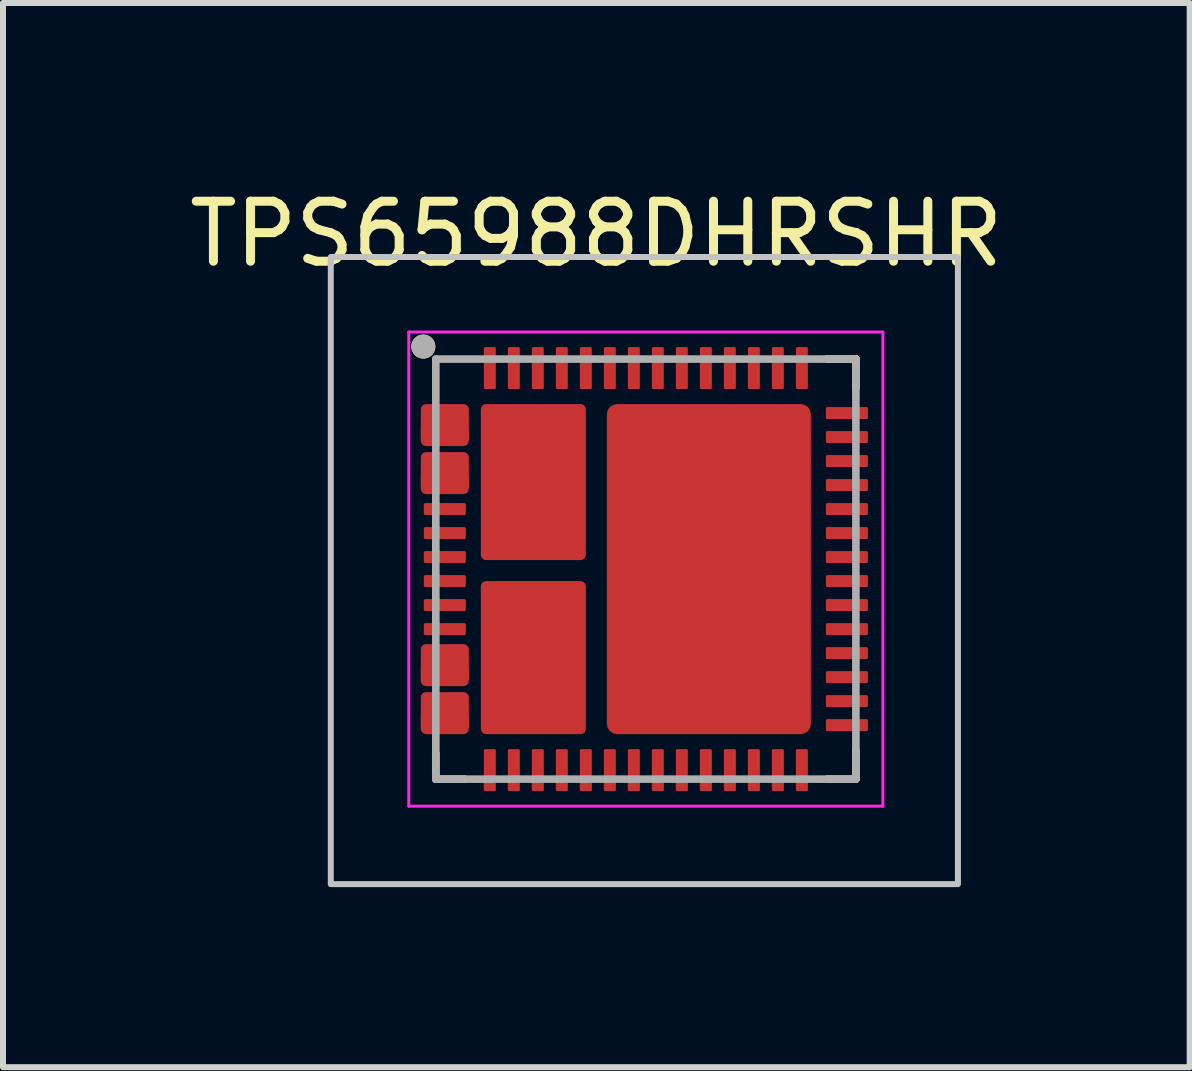
<source format=kicad_pcb>
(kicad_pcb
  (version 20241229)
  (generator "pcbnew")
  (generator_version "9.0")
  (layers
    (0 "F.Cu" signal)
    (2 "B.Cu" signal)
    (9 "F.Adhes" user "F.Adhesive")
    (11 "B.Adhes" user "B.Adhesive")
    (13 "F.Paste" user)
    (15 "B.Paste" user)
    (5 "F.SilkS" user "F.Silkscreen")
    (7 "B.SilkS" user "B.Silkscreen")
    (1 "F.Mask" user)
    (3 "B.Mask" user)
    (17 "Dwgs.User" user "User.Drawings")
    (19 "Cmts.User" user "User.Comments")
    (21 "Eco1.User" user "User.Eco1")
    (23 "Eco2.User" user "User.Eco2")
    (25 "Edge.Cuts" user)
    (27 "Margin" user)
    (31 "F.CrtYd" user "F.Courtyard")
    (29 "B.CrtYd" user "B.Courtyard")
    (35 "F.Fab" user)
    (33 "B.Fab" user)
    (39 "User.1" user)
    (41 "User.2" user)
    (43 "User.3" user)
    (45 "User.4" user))
  (footprint "TPS65988DHRSHR"
    (layer "F.Cu")
    (at 7.712 6.433)
    (property "Reference" "TPS65988DHRSHR" (at -0.825 -5.585 0) (layer "F.SilkS") (effects (font (size 1 1) (thickness 0.15))))
    (attr smd)
    (fp_poly (pts (xy -3.625 -1.05) (xy -3.075 -1.05) (xy -3.074 -1.05) (xy -3.072 -1.05) (xy -3.071 -1.05) (xy -3.07 -1.049) (xy -3.069 -1.049) (xy -3.067 -1.049) (xy -3.066 -1.048) (xy -3.065 -1.048) (xy -3.064 -1.047) (xy -3.063 -1.047) (xy -3.061 -1.046) (xy -3.06 -1.045) (xy -3.059 -1.044) (xy -3.058 -1.044) (xy -3.057 -1.043) (xy -3.056 -1.042) (xy -3.056 -1.041) (xy -3.055 -1.04) (xy -3.054 -1.039) (xy -3.053 -1.038) (xy -3.053 -1.036) (xy -3.052 -1.035) (xy -3.052 -1.034) (xy -3.051 -1.033) (xy -3.051 -1.031) (xy -3.051 -1.03) (xy -3.05 -1.029) (xy -3.05 -1.028) (xy -3.05 -1.026) (xy -3.05 -1.025) (xy -3.05 -0.975) (xy -3.05 -0.974) (xy -3.05 -0.972) (xy -3.05 -0.971) (xy -3.051 -0.97) (xy -3.051 -0.969) (xy -3.051 -0.967) (xy -3.052 -0.966) (xy -3.052 -0.965) (xy -3.053 -0.964) (xy -3.053 -0.963) (xy -3.054 -0.961) (xy -3.055 -0.96) (xy -3.056 -0.959) (xy -3.056 -0.958) (xy -3.057 -0.957) (xy -3.058 -0.956) (xy -3.059 -0.956) (xy -3.06 -0.955) (xy -3.061 -0.954) (xy -3.063 -0.953) (xy -3.064 -0.953) (xy -3.065 -0.952) (xy -3.066 -0.952) (xy -3.067 -0.951) (xy -3.069 -0.951) (xy -3.07 -0.951) (xy -3.071 -0.95) (xy -3.072 -0.95) (xy -3.074 -0.95) (xy -3.075 -0.95) (xy -3.625 -0.95) (xy -3.626 -0.95) (xy -3.628 -0.95) (xy -3.629 -0.95) (xy -3.63 -0.951) (xy -3.631 -0.951) (xy -3.633 -0.951) (xy -3.634 -0.952) (xy -3.635 -0.952) (xy -3.636 -0.953) (xy -3.638 -0.953) (xy -3.639 -0.954) (xy -3.64 -0.955) (xy -3.641 -0.956) (xy -3.642 -0.956) (xy -3.643 -0.957) (xy -3.644 -0.958) (xy -3.644 -0.959) (xy -3.645 -0.96) (xy -3.646 -0.961) (xy -3.647 -0.962) (xy -3.647 -0.964) (xy -3.648 -0.965) (xy -3.648 -0.966) (xy -3.649 -0.967) (xy -3.649 -0.969) (xy -3.649 -0.97) (xy -3.65 -0.971) (xy -3.65 -0.972) (xy -3.65 -0.974) (xy -3.65 -0.975) (xy -3.65 -1.025) (xy -3.65 -1.026) (xy -3.65 -1.028) (xy -3.65 -1.029) (xy -3.649 -1.03) (xy -3.649 -1.031) (xy -3.649 -1.033) (xy -3.648 -1.034) (xy -3.648 -1.035) (xy -3.647 -1.036) (xy -3.647 -1.038) (xy -3.646 -1.039) (xy -3.645 -1.04) (xy -3.644 -1.041) (xy -3.644 -1.042) (xy -3.643 -1.043) (xy -3.642 -1.044) (xy -3.641 -1.044) (xy -3.64 -1.045) (xy -3.639 -1.046) (xy -3.638 -1.047) (xy -3.636 -1.047) (xy -3.635 -1.048) (xy -3.634 -1.048) (xy -3.633 -1.049) (xy -3.631 -1.049) (xy -3.63 -1.049) (xy -3.629 -1.05) (xy -3.628 -1.05) (xy -3.626 -1.05) (xy -3.625 -1.05)) (stroke (width 0.01) (type solid)) (fill yes) (layer "F.Mask"))
    (fp_poly (pts (xy -3.625 -0.65) (xy -3.075 -0.65) (xy -3.074 -0.65) (xy -3.072 -0.65) (xy -3.071 -0.65) (xy -3.07 -0.649) (xy -3.069 -0.649) (xy -3.067 -0.649) (xy -3.066 -0.648) (xy -3.065 -0.648) (xy -3.064 -0.647) (xy -3.063 -0.647) (xy -3.061 -0.646) (xy -3.06 -0.645) (xy -3.059 -0.644) (xy -3.058 -0.644) (xy -3.057 -0.643) (xy -3.056 -0.642) (xy -3.056 -0.641) (xy -3.055 -0.64) (xy -3.054 -0.639) (xy -3.053 -0.637) (xy -3.053 -0.636) (xy -3.052 -0.635) (xy -3.052 -0.634) (xy -3.051 -0.633) (xy -3.051 -0.631) (xy -3.051 -0.63) (xy -3.05 -0.629) (xy -3.05 -0.628) (xy -3.05 -0.626) (xy -3.05 -0.625) (xy -3.05 -0.575) (xy -3.05 -0.574) (xy -3.05 -0.572) (xy -3.05 -0.571) (xy -3.051 -0.57) (xy -3.051 -0.569) (xy -3.051 -0.567) (xy -3.052 -0.566) (xy -3.052 -0.565) (xy -3.053 -0.564) (xy -3.053 -0.563) (xy -3.054 -0.561) (xy -3.055 -0.56) (xy -3.056 -0.559) (xy -3.056 -0.558) (xy -3.057 -0.557) (xy -3.058 -0.556) (xy -3.059 -0.556) (xy -3.06 -0.555) (xy -3.061 -0.554) (xy -3.063 -0.553) (xy -3.064 -0.553) (xy -3.065 -0.552) (xy -3.066 -0.552) (xy -3.067 -0.551) (xy -3.069 -0.551) (xy -3.07 -0.551) (xy -3.071 -0.55) (xy -3.072 -0.55) (xy -3.074 -0.55) (xy -3.075 -0.55) (xy -3.625 -0.55) (xy -3.626 -0.55) (xy -3.628 -0.55) (xy -3.629 -0.55) (xy -3.63 -0.551) (xy -3.631 -0.551) (xy -3.633 -0.551) (xy -3.634 -0.552) (xy -3.635 -0.552) (xy -3.636 -0.553) (xy -3.638 -0.553) (xy -3.639 -0.554) (xy -3.64 -0.555) (xy -3.641 -0.556) (xy -3.642 -0.556) (xy -3.643 -0.557) (xy -3.644 -0.558) (xy -3.644 -0.559) (xy -3.645 -0.56) (xy -3.646 -0.561) (xy -3.647 -0.563) (xy -3.647 -0.564) (xy -3.648 -0.565) (xy -3.648 -0.566) (xy -3.649 -0.567) (xy -3.649 -0.569) (xy -3.649 -0.57) (xy -3.65 -0.571) (xy -3.65 -0.572) (xy -3.65 -0.574) (xy -3.65 -0.575) (xy -3.65 -0.625) (xy -3.65 -0.626) (xy -3.65 -0.628) (xy -3.65 -0.629) (xy -3.649 -0.63) (xy -3.649 -0.631) (xy -3.649 -0.633) (xy -3.648 -0.634) (xy -3.648 -0.635) (xy -3.647 -0.636) (xy -3.647 -0.637) (xy -3.646 -0.639) (xy -3.645 -0.64) (xy -3.644 -0.641) (xy -3.644 -0.642) (xy -3.643 -0.643) (xy -3.642 -0.644) (xy -3.641 -0.644) (xy -3.64 -0.645) (xy -3.639 -0.646) (xy -3.638 -0.647) (xy -3.636 -0.647) (xy -3.635 -0.648) (xy -3.634 -0.648) (xy -3.633 -0.649) (xy -3.631 -0.649) (xy -3.63 -0.649) (xy -3.629 -0.65) (xy -3.628 -0.65) (xy -3.626 -0.65) (xy -3.625 -0.65)) (stroke (width 0.01) (type solid)) (fill yes) (layer "F.Mask"))
    (fp_poly (pts (xy -3.625 -0.25) (xy -3.075 -0.25) (xy -3.074 -0.25) (xy -3.072 -0.25) (xy -3.071 -0.25) (xy -3.07 -0.249) (xy -3.069 -0.249) (xy -3.067 -0.249) (xy -3.066 -0.248) (xy -3.065 -0.248) (xy -3.064 -0.247) (xy -3.063 -0.247) (xy -3.061 -0.246) (xy -3.06 -0.245) (xy -3.059 -0.244) (xy -3.058 -0.244) (xy -3.057 -0.243) (xy -3.056 -0.242) (xy -3.056 -0.241) (xy -3.055 -0.24) (xy -3.054 -0.239) (xy -3.053 -0.237) (xy -3.053 -0.236) (xy -3.052 -0.235) (xy -3.052 -0.234) (xy -3.051 -0.233) (xy -3.051 -0.231) (xy -3.051 -0.23) (xy -3.05 -0.229) (xy -3.05 -0.228) (xy -3.05 -0.226) (xy -3.05 -0.225) (xy -3.05 -0.175) (xy -3.05 -0.174) (xy -3.05 -0.172) (xy -3.05 -0.171) (xy -3.051 -0.17) (xy -3.051 -0.169) (xy -3.051 -0.167) (xy -3.052 -0.166) (xy -3.052 -0.165) (xy -3.053 -0.164) (xy -3.053 -0.163) (xy -3.054 -0.161) (xy -3.055 -0.16) (xy -3.056 -0.159) (xy -3.056 -0.158) (xy -3.057 -0.157) (xy -3.058 -0.156) (xy -3.059 -0.156) (xy -3.06 -0.155) (xy -3.061 -0.154) (xy -3.063 -0.153) (xy -3.064 -0.153) (xy -3.065 -0.152) (xy -3.066 -0.152) (xy -3.067 -0.151) (xy -3.069 -0.151) (xy -3.07 -0.151) (xy -3.071 -0.15) (xy -3.072 -0.15) (xy -3.074 -0.15) (xy -3.075 -0.15) (xy -3.625 -0.15) (xy -3.626 -0.15) (xy -3.628 -0.15) (xy -3.629 -0.15) (xy -3.63 -0.151) (xy -3.631 -0.151) (xy -3.633 -0.151) (xy -3.634 -0.152) (xy -3.635 -0.152) (xy -3.636 -0.153) (xy -3.638 -0.153) (xy -3.639 -0.154) (xy -3.64 -0.155) (xy -3.641 -0.156) (xy -3.642 -0.156) (xy -3.643 -0.157) (xy -3.644 -0.158) (xy -3.644 -0.159) (xy -3.645 -0.16) (xy -3.646 -0.161) (xy -3.647 -0.162) (xy -3.647 -0.164) (xy -3.648 -0.165) (xy -3.648 -0.166) (xy -3.649 -0.167) (xy -3.649 -0.169) (xy -3.649 -0.17) (xy -3.65 -0.171) (xy -3.65 -0.172) (xy -3.65 -0.174) (xy -3.65 -0.175) (xy -3.65 -0.225) (xy -3.65 -0.226) (xy -3.65 -0.228) (xy -3.65 -0.229) (xy -3.649 -0.23) (xy -3.649 -0.231) (xy -3.649 -0.233) (xy -3.648 -0.234) (xy -3.648 -0.235) (xy -3.647 -0.236) (xy -3.647 -0.238) (xy -3.646 -0.239) (xy -3.645 -0.24) (xy -3.644 -0.241) (xy -3.644 -0.242) (xy -3.643 -0.243) (xy -3.642 -0.244) (xy -3.641 -0.244) (xy -3.64 -0.245) (xy -3.639 -0.246) (xy -3.638 -0.247) (xy -3.636 -0.247) (xy -3.635 -0.248) (xy -3.634 -0.248) (xy -3.633 -0.249) (xy -3.631 -0.249) (xy -3.63 -0.249) (xy -3.629 -0.25) (xy -3.628 -0.25) (xy -3.626 -0.25) (xy -3.625 -0.25)) (stroke (width 0.01) (type solid)) (fill yes) (layer "F.Mask"))
    (fp_poly (pts (xy -3.625 0.15) (xy -3.075 0.15) (xy -3.074 0.15) (xy -3.072 0.15) (xy -3.071 0.15) (xy -3.07 0.151) (xy -3.069 0.151) (xy -3.067 0.151) (xy -3.066 0.152) (xy -3.065 0.152) (xy -3.064 0.153) (xy -3.063 0.153) (xy -3.061 0.154) (xy -3.06 0.155) (xy -3.059 0.156) (xy -3.058 0.156) (xy -3.057 0.157) (xy -3.056 0.158) (xy -3.056 0.159) (xy -3.055 0.16) (xy -3.054 0.161) (xy -3.053 0.163) (xy -3.053 0.164) (xy -3.052 0.165) (xy -3.052 0.166) (xy -3.051 0.167) (xy -3.051 0.169) (xy -3.051 0.17) (xy -3.05 0.171) (xy -3.05 0.172) (xy -3.05 0.174) (xy -3.05 0.175) (xy -3.05 0.225) (xy -3.05 0.226) (xy -3.05 0.228) (xy -3.05 0.229) (xy -3.051 0.23) (xy -3.051 0.231) (xy -3.051 0.233) (xy -3.052 0.234) (xy -3.052 0.235) (xy -3.053 0.236) (xy -3.053 0.237) (xy -3.054 0.239) (xy -3.055 0.24) (xy -3.056 0.241) (xy -3.056 0.242) (xy -3.057 0.243) (xy -3.058 0.244) (xy -3.059 0.244) (xy -3.06 0.245) (xy -3.061 0.246) (xy -3.063 0.247) (xy -3.064 0.247) (xy -3.065 0.248) (xy -3.066 0.248) (xy -3.067 0.249) (xy -3.069 0.249) (xy -3.07 0.249) (xy -3.071 0.25) (xy -3.072 0.25) (xy -3.074 0.25) (xy -3.075 0.25) (xy -3.625 0.25) (xy -3.626 0.25) (xy -3.628 0.25) (xy -3.629 0.25) (xy -3.63 0.249) (xy -3.631 0.249) (xy -3.633 0.249) (xy -3.634 0.248) (xy -3.635 0.248) (xy -3.636 0.247) (xy -3.638 0.247) (xy -3.639 0.246) (xy -3.64 0.245) (xy -3.641 0.244) (xy -3.642 0.244) (xy -3.643 0.243) (xy -3.644 0.242) (xy -3.644 0.241) (xy -3.645 0.24) (xy -3.646 0.239) (xy -3.647 0.238) (xy -3.647 0.236) (xy -3.648 0.235) (xy -3.648 0.234) (xy -3.649 0.233) (xy -3.649 0.231) (xy -3.649 0.23) (xy -3.65 0.229) (xy -3.65 0.228) (xy -3.65 0.226) (xy -3.65 0.225) (xy -3.65 0.175) (xy -3.65 0.174) (xy -3.65 0.172) (xy -3.65 0.171) (xy -3.649 0.17) (xy -3.649 0.169) (xy -3.649 0.167) (xy -3.648 0.166) (xy -3.648 0.165) (xy -3.647 0.164) (xy -3.647 0.162) (xy -3.646 0.161) (xy -3.645 0.16) (xy -3.644 0.159) (xy -3.644 0.158) (xy -3.643 0.157) (xy -3.642 0.156) (xy -3.641 0.156) (xy -3.64 0.155) (xy -3.639 0.154) (xy -3.638 0.153) (xy -3.636 0.153) (xy -3.635 0.152) (xy -3.634 0.152) (xy -3.633 0.151) (xy -3.631 0.151) (xy -3.63 0.151) (xy -3.629 0.15) (xy -3.628 0.15) (xy -3.626 0.15) (xy -3.625 0.15)) (stroke (width 0.01) (type solid)) (fill yes) (layer "F.Mask"))
    (fp_poly (pts (xy -3.625 0.55) (xy -3.075 0.55) (xy -3.074 0.55) (xy -3.072 0.55) (xy -3.071 0.55) (xy -3.07 0.551) (xy -3.069 0.551) (xy -3.067 0.551) (xy -3.066 0.552) (xy -3.065 0.552) (xy -3.064 0.553) (xy -3.063 0.553) (xy -3.061 0.554) (xy -3.06 0.555) (xy -3.059 0.556) (xy -3.058 0.556) (xy -3.057 0.557) (xy -3.056 0.558) (xy -3.056 0.559) (xy -3.055 0.56) (xy -3.054 0.561) (xy -3.053 0.563) (xy -3.053 0.564) (xy -3.052 0.565) (xy -3.052 0.566) (xy -3.051 0.567) (xy -3.051 0.569) (xy -3.051 0.57) (xy -3.05 0.571) (xy -3.05 0.572) (xy -3.05 0.574) (xy -3.05 0.575) (xy -3.05 0.625) (xy -3.05 0.626) (xy -3.05 0.628) (xy -3.05 0.629) (xy -3.051 0.63) (xy -3.051 0.631) (xy -3.051 0.633) (xy -3.052 0.634) (xy -3.052 0.635) (xy -3.053 0.636) (xy -3.053 0.637) (xy -3.054 0.639) (xy -3.055 0.64) (xy -3.056 0.641) (xy -3.056 0.642) (xy -3.057 0.643) (xy -3.058 0.644) (xy -3.059 0.644) (xy -3.06 0.645) (xy -3.061 0.646) (xy -3.063 0.647) (xy -3.064 0.647) (xy -3.065 0.648) (xy -3.066 0.648) (xy -3.067 0.649) (xy -3.069 0.649) (xy -3.07 0.649) (xy -3.071 0.65) (xy -3.072 0.65) (xy -3.074 0.65) (xy -3.075 0.65) (xy -3.625 0.65) (xy -3.626 0.65) (xy -3.628 0.65) (xy -3.629 0.65) (xy -3.63 0.649) (xy -3.631 0.649) (xy -3.633 0.649) (xy -3.634 0.648) (xy -3.635 0.648) (xy -3.636 0.647) (xy -3.638 0.647) (xy -3.639 0.646) (xy -3.64 0.645) (xy -3.641 0.644) (xy -3.642 0.644) (xy -3.643 0.643) (xy -3.644 0.642) (xy -3.644 0.641) (xy -3.645 0.64) (xy -3.646 0.639) (xy -3.647 0.637) (xy -3.647 0.636) (xy -3.648 0.635) (xy -3.648 0.634) (xy -3.649 0.633) (xy -3.649 0.631) (xy -3.649 0.63) (xy -3.65 0.629) (xy -3.65 0.628) (xy -3.65 0.626) (xy -3.65 0.625) (xy -3.65 0.575) (xy -3.65 0.574) (xy -3.65 0.572) (xy -3.65 0.571) (xy -3.649 0.57) (xy -3.649 0.569) (xy -3.649 0.567) (xy -3.648 0.566) (xy -3.648 0.565) (xy -3.647 0.564) (xy -3.647 0.563) (xy -3.646 0.561) (xy -3.645 0.56) (xy -3.644 0.559) (xy -3.644 0.558) (xy -3.643 0.557) (xy -3.642 0.556) (xy -3.641 0.556) (xy -3.64 0.555) (xy -3.639 0.554) (xy -3.637 0.553) (xy -3.636 0.553) (xy -3.635 0.552) (xy -3.634 0.552) (xy -3.633 0.551) (xy -3.631 0.551) (xy -3.63 0.551) (xy -3.629 0.55) (xy -3.628 0.55) (xy -3.626 0.55) (xy -3.625 0.55)) (stroke (width 0.01) (type solid)) (fill yes) (layer "F.Mask"))
    (fp_poly (pts (xy -3.625 0.95) (xy -3.075 0.95) (xy -3.074 0.95) (xy -3.072 0.95) (xy -3.071 0.95) (xy -3.07 0.951) (xy -3.069 0.951) (xy -3.067 0.951) (xy -3.066 0.952) (xy -3.065 0.952) (xy -3.064 0.953) (xy -3.063 0.953) (xy -3.061 0.954) (xy -3.06 0.955) (xy -3.059 0.956) (xy -3.058 0.956) (xy -3.057 0.957) (xy -3.056 0.958) (xy -3.056 0.959) (xy -3.055 0.96) (xy -3.054 0.961) (xy -3.053 0.963) (xy -3.053 0.964) (xy -3.052 0.965) (xy -3.052 0.966) (xy -3.051 0.967) (xy -3.051 0.969) (xy -3.051 0.97) (xy -3.05 0.971) (xy -3.05 0.972) (xy -3.05 0.974) (xy -3.05 0.975) (xy -3.05 1.025) (xy -3.05 1.026) (xy -3.05 1.028) (xy -3.05 1.029) (xy -3.051 1.03) (xy -3.051 1.031) (xy -3.051 1.033) (xy -3.052 1.034) (xy -3.052 1.035) (xy -3.053 1.036) (xy -3.053 1.038) (xy -3.054 1.039) (xy -3.055 1.04) (xy -3.056 1.041) (xy -3.056 1.042) (xy -3.057 1.043) (xy -3.058 1.044) (xy -3.059 1.044) (xy -3.06 1.045) (xy -3.061 1.046) (xy -3.063 1.047) (xy -3.064 1.047) (xy -3.065 1.048) (xy -3.066 1.048) (xy -3.067 1.049) (xy -3.069 1.049) (xy -3.07 1.049) (xy -3.071 1.05) (xy -3.072 1.05) (xy -3.074 1.05) (xy -3.075 1.05) (xy -3.625 1.05) (xy -3.626 1.05) (xy -3.628 1.05) (xy -3.629 1.05) (xy -3.63 1.049) (xy -3.631 1.049) (xy -3.633 1.049) (xy -3.634 1.048) (xy -3.635 1.048) (xy -3.636 1.047) (xy -3.638 1.047) (xy -3.639 1.046) (xy -3.64 1.045) (xy -3.641 1.044) (xy -3.642 1.044) (xy -3.643 1.043) (xy -3.644 1.042) (xy -3.644 1.041) (xy -3.645 1.04) (xy -3.646 1.039) (xy -3.647 1.038) (xy -3.647 1.036) (xy -3.648 1.035) (xy -3.648 1.034) (xy -3.649 1.033) (xy -3.649 1.031) (xy -3.649 1.03) (xy -3.65 1.029) (xy -3.65 1.028) (xy -3.65 1.026) (xy -3.65 1.025) (xy -3.65 0.975) (xy -3.65 0.974) (xy -3.65 0.972) (xy -3.65 0.971) (xy -3.649 0.97) (xy -3.649 0.969) (xy -3.649 0.967) (xy -3.648 0.966) (xy -3.648 0.965) (xy -3.647 0.964) (xy -3.647 0.962) (xy -3.646 0.961) (xy -3.645 0.96) (xy -3.644 0.959) (xy -3.644 0.958) (xy -3.643 0.957) (xy -3.642 0.956) (xy -3.641 0.956) (xy -3.64 0.955) (xy -3.639 0.954) (xy -3.638 0.953) (xy -3.636 0.953) (xy -3.635 0.952) (xy -3.634 0.952) (xy -3.633 0.951) (xy -3.631 0.951) (xy -3.63 0.951) (xy -3.629 0.95) (xy -3.628 0.95) (xy -3.626 0.95) (xy -3.625 0.95)) (stroke (width 0.01) (type solid)) (fill yes) (layer "F.Mask"))
    (fp_poly (pts (xy -2.65 -3.075) (xy -2.65 -3.625) (xy -2.65 -3.626) (xy -2.65 -3.628) (xy -2.65 -3.629) (xy -2.649 -3.63) (xy -2.649 -3.631) (xy -2.649 -3.633) (xy -2.648 -3.634) (xy -2.648 -3.635) (xy -2.647 -3.636) (xy -2.647 -3.638) (xy -2.646 -3.639) (xy -2.645 -3.64) (xy -2.644 -3.641) (xy -2.644 -3.642) (xy -2.643 -3.643) (xy -2.642 -3.644) (xy -2.641 -3.644) (xy -2.64 -3.645) (xy -2.639 -3.646) (xy -2.637 -3.647) (xy -2.636 -3.647) (xy -2.635 -3.648) (xy -2.634 -3.648) (xy -2.633 -3.649) (xy -2.631 -3.649) (xy -2.63 -3.649) (xy -2.629 -3.65) (xy -2.628 -3.65) (xy -2.626 -3.65) (xy -2.625 -3.65) (xy -2.575 -3.65) (xy -2.574 -3.65) (xy -2.572 -3.65) (xy -2.571 -3.65) (xy -2.57 -3.649) (xy -2.569 -3.649) (xy -2.567 -3.649) (xy -2.566 -3.648) (xy -2.565 -3.648) (xy -2.564 -3.647) (xy -2.563 -3.647) (xy -2.561 -3.646) (xy -2.56 -3.645) (xy -2.559 -3.644) (xy -2.558 -3.644) (xy -2.557 -3.643) (xy -2.556 -3.642) (xy -2.556 -3.641) (xy -2.555 -3.64) (xy -2.554 -3.639) (xy -2.553 -3.638) (xy -2.553 -3.636) (xy -2.552 -3.635) (xy -2.552 -3.634) (xy -2.551 -3.633) (xy -2.551 -3.631) (xy -2.551 -3.63) (xy -2.55 -3.629) (xy -2.55 -3.628) (xy -2.55 -3.626) (xy -2.55 -3.625) (xy -2.55 -3.075) (xy -2.55 -3.074) (xy -2.55 -3.072) (xy -2.55 -3.071) (xy -2.551 -3.07) (xy -2.551 -3.069) (xy -2.551 -3.067) (xy -2.552 -3.066) (xy -2.552 -3.065) (xy -2.553 -3.064) (xy -2.553 -3.063) (xy -2.554 -3.061) (xy -2.555 -3.06) (xy -2.556 -3.059) (xy -2.556 -3.058) (xy -2.557 -3.057) (xy -2.558 -3.056) (xy -2.559 -3.056) (xy -2.56 -3.055) (xy -2.561 -3.054) (xy -2.563 -3.053) (xy -2.564 -3.053) (xy -2.565 -3.052) (xy -2.566 -3.052) (xy -2.567 -3.051) (xy -2.569 -3.051) (xy -2.57 -3.051) (xy -2.571 -3.05) (xy -2.572 -3.05) (xy -2.574 -3.05) (xy -2.575 -3.05) (xy -2.625 -3.05) (xy -2.626 -3.05) (xy -2.628 -3.05) (xy -2.629 -3.05) (xy -2.63 -3.051) (xy -2.631 -3.051) (xy -2.633 -3.051) (xy -2.634 -3.052) (xy -2.635 -3.052) (xy -2.636 -3.053) (xy -2.638 -3.053) (xy -2.639 -3.054) (xy -2.64 -3.055) (xy -2.641 -3.056) (xy -2.642 -3.056) (xy -2.643 -3.057) (xy -2.644 -3.058) (xy -2.644 -3.059) (xy -2.645 -3.06) (xy -2.646 -3.061) (xy -2.647 -3.063) (xy -2.647 -3.064) (xy -2.648 -3.065) (xy -2.648 -3.066) (xy -2.649 -3.067) (xy -2.649 -3.069) (xy -2.649 -3.07) (xy -2.65 -3.071) (xy -2.65 -3.072) (xy -2.65 -3.074) (xy -2.65 -3.075)) (stroke (width 0.01) (type solid)) (fill yes) (layer "F.Mask"))
    (fp_poly (pts (xy -2.65 3.625) (xy -2.65 3.075) (xy -2.65 3.074) (xy -2.65 3.072) (xy -2.65 3.071) (xy -2.649 3.07) (xy -2.649 3.069) (xy -2.649 3.067) (xy -2.648 3.066) (xy -2.648 3.065) (xy -2.647 3.064) (xy -2.647 3.063) (xy -2.646 3.061) (xy -2.645 3.06) (xy -2.644 3.059) (xy -2.644 3.058) (xy -2.643 3.057) (xy -2.642 3.056) (xy -2.641 3.056) (xy -2.64 3.055) (xy -2.639 3.054) (xy -2.638 3.053) (xy -2.636 3.053) (xy -2.635 3.052) (xy -2.634 3.052) (xy -2.633 3.051) (xy -2.631 3.051) (xy -2.63 3.051) (xy -2.629 3.05) (xy -2.628 3.05) (xy -2.626 3.05) (xy -2.625 3.05) (xy -2.575 3.05) (xy -2.574 3.05) (xy -2.572 3.05) (xy -2.571 3.05) (xy -2.57 3.051) (xy -2.569 3.051) (xy -2.567 3.051) (xy -2.566 3.052) (xy -2.565 3.052) (xy -2.564 3.053) (xy -2.563 3.053) (xy -2.561 3.054) (xy -2.56 3.055) (xy -2.559 3.056) (xy -2.558 3.056) (xy -2.557 3.057) (xy -2.556 3.058) (xy -2.556 3.059) (xy -2.555 3.06) (xy -2.554 3.061) (xy -2.553 3.063) (xy -2.553 3.064) (xy -2.552 3.065) (xy -2.552 3.066) (xy -2.551 3.067) (xy -2.551 3.069) (xy -2.551 3.07) (xy -2.55 3.071) (xy -2.55 3.072) (xy -2.55 3.074) (xy -2.55 3.075) (xy -2.55 3.625) (xy -2.55 3.626) (xy -2.55 3.628) (xy -2.55 3.629) (xy -2.551 3.63) (xy -2.551 3.631) (xy -2.551 3.633) (xy -2.552 3.634) (xy -2.552 3.635) (xy -2.553 3.636) (xy -2.553 3.638) (xy -2.554 3.639) (xy -2.555 3.64) (xy -2.556 3.641) (xy -2.556 3.642) (xy -2.557 3.643) (xy -2.558 3.644) (xy -2.559 3.644) (xy -2.56 3.645) (xy -2.561 3.646) (xy -2.563 3.647) (xy -2.564 3.647) (xy -2.565 3.648) (xy -2.566 3.648) (xy -2.567 3.649) (xy -2.569 3.649) (xy -2.57 3.649) (xy -2.571 3.65) (xy -2.572 3.65) (xy -2.574 3.65) (xy -2.575 3.65) (xy -2.625 3.65) (xy -2.626 3.65) (xy -2.628 3.65) (xy -2.629 3.65) (xy -2.63 3.649) (xy -2.631 3.649) (xy -2.633 3.649) (xy -2.634 3.648) (xy -2.635 3.648) (xy -2.636 3.647) (xy -2.638 3.647) (xy -2.639 3.646) (xy -2.64 3.645) (xy -2.641 3.644) (xy -2.642 3.644) (xy -2.643 3.643) (xy -2.644 3.642) (xy -2.644 3.641) (xy -2.645 3.64) (xy -2.646 3.639) (xy -2.647 3.638) (xy -2.647 3.636) (xy -2.648 3.635) (xy -2.648 3.634) (xy -2.649 3.633) (xy -2.649 3.631) (xy -2.649 3.63) (xy -2.65 3.629) (xy -2.65 3.628) (xy -2.65 3.626) (xy -2.65 3.625)) (stroke (width 0.01) (type solid)) (fill yes) (layer "F.Mask"))
    (fp_poly (pts (xy -2.25 -3.075) (xy -2.25 -3.625) (xy -2.25 -3.626) (xy -2.25 -3.628) (xy -2.25 -3.629) (xy -2.249 -3.63) (xy -2.249 -3.631) (xy -2.249 -3.633) (xy -2.248 -3.634) (xy -2.248 -3.635) (xy -2.247 -3.636) (xy -2.247 -3.638) (xy -2.246 -3.639) (xy -2.245 -3.64) (xy -2.244 -3.641) (xy -2.244 -3.642) (xy -2.243 -3.643) (xy -2.242 -3.644) (xy -2.241 -3.644) (xy -2.24 -3.645) (xy -2.239 -3.646) (xy -2.237 -3.647) (xy -2.236 -3.647) (xy -2.235 -3.648) (xy -2.234 -3.648) (xy -2.233 -3.649) (xy -2.231 -3.649) (xy -2.23 -3.649) (xy -2.229 -3.65) (xy -2.228 -3.65) (xy -2.226 -3.65) (xy -2.225 -3.65) (xy -2.175 -3.65) (xy -2.174 -3.65) (xy -2.172 -3.65) (xy -2.171 -3.65) (xy -2.17 -3.649) (xy -2.169 -3.649) (xy -2.167 -3.649) (xy -2.166 -3.648) (xy -2.165 -3.648) (xy -2.164 -3.647) (xy -2.162 -3.647) (xy -2.161 -3.646) (xy -2.16 -3.645) (xy -2.159 -3.644) (xy -2.158 -3.644) (xy -2.157 -3.643) (xy -2.156 -3.642) (xy -2.156 -3.641) (xy -2.155 -3.64) (xy -2.154 -3.639) (xy -2.153 -3.638) (xy -2.153 -3.636) (xy -2.152 -3.635) (xy -2.152 -3.634) (xy -2.151 -3.633) (xy -2.151 -3.631) (xy -2.151 -3.63) (xy -2.15 -3.629) (xy -2.15 -3.628) (xy -2.15 -3.626) (xy -2.15 -3.625) (xy -2.15 -3.075) (xy -2.15 -3.074) (xy -2.15 -3.072) (xy -2.15 -3.071) (xy -2.151 -3.07) (xy -2.151 -3.069) (xy -2.151 -3.067) (xy -2.152 -3.066) (xy -2.152 -3.065) (xy -2.153 -3.064) (xy -2.153 -3.063) (xy -2.154 -3.061) (xy -2.155 -3.06) (xy -2.156 -3.059) (xy -2.156 -3.058) (xy -2.157 -3.057) (xy -2.158 -3.056) (xy -2.159 -3.056) (xy -2.16 -3.055) (xy -2.161 -3.054) (xy -2.162 -3.053) (xy -2.164 -3.053) (xy -2.165 -3.052) (xy -2.166 -3.052) (xy -2.167 -3.051) (xy -2.169 -3.051) (xy -2.17 -3.051) (xy -2.171 -3.05) (xy -2.172 -3.05) (xy -2.174 -3.05) (xy -2.175 -3.05) (xy -2.225 -3.05) (xy -2.226 -3.05) (xy -2.228 -3.05) (xy -2.229 -3.05) (xy -2.23 -3.051) (xy -2.231 -3.051) (xy -2.233 -3.051) (xy -2.234 -3.052) (xy -2.235 -3.052) (xy -2.236 -3.053) (xy -2.237 -3.053) (xy -2.239 -3.054) (xy -2.24 -3.055) (xy -2.241 -3.056) (xy -2.242 -3.056) (xy -2.243 -3.057) (xy -2.244 -3.058) (xy -2.244 -3.059) (xy -2.245 -3.06) (xy -2.246 -3.061) (xy -2.247 -3.063) (xy -2.247 -3.064) (xy -2.248 -3.065) (xy -2.248 -3.066) (xy -2.249 -3.067) (xy -2.249 -3.069) (xy -2.249 -3.07) (xy -2.25 -3.071) (xy -2.25 -3.072) (xy -2.25 -3.074) (xy -2.25 -3.075)) (stroke (width 0.01) (type solid)) (fill yes) (layer "F.Mask"))
    (fp_poly (pts (xy -2.25 3.625) (xy -2.25 3.075) (xy -2.25 3.074) (xy -2.25 3.072) (xy -2.25 3.071) (xy -2.249 3.07) (xy -2.249 3.069) (xy -2.249 3.067) (xy -2.248 3.066) (xy -2.248 3.065) (xy -2.247 3.064) (xy -2.247 3.063) (xy -2.246 3.061) (xy -2.245 3.06) (xy -2.244 3.059) (xy -2.244 3.058) (xy -2.243 3.057) (xy -2.242 3.056) (xy -2.241 3.056) (xy -2.24 3.055) (xy -2.239 3.054) (xy -2.237 3.053) (xy -2.236 3.053) (xy -2.235 3.052) (xy -2.234 3.052) (xy -2.233 3.051) (xy -2.231 3.051) (xy -2.23 3.051) (xy -2.229 3.05) (xy -2.228 3.05) (xy -2.226 3.05) (xy -2.225 3.05) (xy -2.175 3.05) (xy -2.174 3.05) (xy -2.172 3.05) (xy -2.171 3.05) (xy -2.17 3.051) (xy -2.169 3.051) (xy -2.167 3.051) (xy -2.166 3.052) (xy -2.165 3.052) (xy -2.164 3.053) (xy -2.162 3.053) (xy -2.161 3.054) (xy -2.16 3.055) (xy -2.159 3.056) (xy -2.158 3.056) (xy -2.157 3.057) (xy -2.156 3.058) (xy -2.156 3.059) (xy -2.155 3.06) (xy -2.154 3.061) (xy -2.153 3.063) (xy -2.153 3.064) (xy -2.152 3.065) (xy -2.152 3.066) (xy -2.151 3.067) (xy -2.151 3.069) (xy -2.151 3.07) (xy -2.15 3.071) (xy -2.15 3.072) (xy -2.15 3.074) (xy -2.15 3.075) (xy -2.15 3.625) (xy -2.15 3.626) (xy -2.15 3.628) (xy -2.15 3.629) (xy -2.151 3.63) (xy -2.151 3.631) (xy -2.151 3.633) (xy -2.152 3.634) (xy -2.152 3.635) (xy -2.153 3.636) (xy -2.153 3.638) (xy -2.154 3.639) (xy -2.155 3.64) (xy -2.156 3.641) (xy -2.156 3.642) (xy -2.157 3.643) (xy -2.158 3.644) (xy -2.159 3.644) (xy -2.16 3.645) (xy -2.161 3.646) (xy -2.162 3.647) (xy -2.164 3.647) (xy -2.165 3.648) (xy -2.166 3.648) (xy -2.167 3.649) (xy -2.169 3.649) (xy -2.17 3.649) (xy -2.171 3.65) (xy -2.172 3.65) (xy -2.174 3.65) (xy -2.175 3.65) (xy -2.225 3.65) (xy -2.226 3.65) (xy -2.228 3.65) (xy -2.229 3.65) (xy -2.23 3.649) (xy -2.231 3.649) (xy -2.233 3.649) (xy -2.234 3.648) (xy -2.235 3.648) (xy -2.236 3.647) (xy -2.237 3.647) (xy -2.239 3.646) (xy -2.24 3.645) (xy -2.241 3.644) (xy -2.242 3.644) (xy -2.243 3.643) (xy -2.244 3.642) (xy -2.244 3.641) (xy -2.245 3.64) (xy -2.246 3.639) (xy -2.247 3.638) (xy -2.247 3.636) (xy -2.248 3.635) (xy -2.248 3.634) (xy -2.249 3.633) (xy -2.249 3.631) (xy -2.249 3.63) (xy -2.25 3.629) (xy -2.25 3.628) (xy -2.25 3.626) (xy -2.25 3.625)) (stroke (width 0.01) (type solid)) (fill yes) (layer "F.Mask"))
    (fp_poly (pts (xy -1.85 -3.075) (xy -1.85 -3.625) (xy -1.85 -3.626) (xy -1.85 -3.628) (xy -1.85 -3.629) (xy -1.849 -3.63) (xy -1.849 -3.631) (xy -1.849 -3.633) (xy -1.848 -3.634) (xy -1.848 -3.635) (xy -1.847 -3.636) (xy -1.847 -3.638) (xy -1.846 -3.639) (xy -1.845 -3.64) (xy -1.844 -3.641) (xy -1.844 -3.642) (xy -1.843 -3.643) (xy -1.842 -3.644) (xy -1.841 -3.644) (xy -1.84 -3.645) (xy -1.839 -3.646) (xy -1.837 -3.647) (xy -1.836 -3.647) (xy -1.835 -3.648) (xy -1.834 -3.648) (xy -1.833 -3.649) (xy -1.831 -3.649) (xy -1.83 -3.649) (xy -1.829 -3.65) (xy -1.828 -3.65) (xy -1.826 -3.65) (xy -1.825 -3.65) (xy -1.775 -3.65) (xy -1.774 -3.65) (xy -1.772 -3.65) (xy -1.771 -3.65) (xy -1.77 -3.649) (xy -1.769 -3.649) (xy -1.767 -3.649) (xy -1.766 -3.648) (xy -1.765 -3.648) (xy -1.764 -3.647) (xy -1.762 -3.647) (xy -1.761 -3.646) (xy -1.76 -3.645) (xy -1.759 -3.644) (xy -1.758 -3.644) (xy -1.757 -3.643) (xy -1.756 -3.642) (xy -1.756 -3.641) (xy -1.755 -3.64) (xy -1.754 -3.639) (xy -1.753 -3.638) (xy -1.753 -3.636) (xy -1.752 -3.635) (xy -1.752 -3.634) (xy -1.751 -3.633) (xy -1.751 -3.631) (xy -1.751 -3.63) (xy -1.75 -3.629) (xy -1.75 -3.628) (xy -1.75 -3.626) (xy -1.75 -3.625) (xy -1.75 -3.075) (xy -1.75 -3.074) (xy -1.75 -3.072) (xy -1.75 -3.071) (xy -1.751 -3.07) (xy -1.751 -3.069) (xy -1.751 -3.067) (xy -1.752 -3.066) (xy -1.752 -3.065) (xy -1.753 -3.064) (xy -1.753 -3.063) (xy -1.754 -3.061) (xy -1.755 -3.06) (xy -1.756 -3.059) (xy -1.756 -3.058) (xy -1.757 -3.057) (xy -1.758 -3.056) (xy -1.759 -3.056) (xy -1.76 -3.055) (xy -1.761 -3.054) (xy -1.762 -3.053) (xy -1.764 -3.053) (xy -1.765 -3.052) (xy -1.766 -3.052) (xy -1.767 -3.051) (xy -1.769 -3.051) (xy -1.77 -3.051) (xy -1.771 -3.05) (xy -1.772 -3.05) (xy -1.774 -3.05) (xy -1.775 -3.05) (xy -1.825 -3.05) (xy -1.826 -3.05) (xy -1.828 -3.05) (xy -1.829 -3.05) (xy -1.83 -3.051) (xy -1.831 -3.051) (xy -1.833 -3.051) (xy -1.834 -3.052) (xy -1.835 -3.052) (xy -1.836 -3.053) (xy -1.837 -3.053) (xy -1.839 -3.054) (xy -1.84 -3.055) (xy -1.841 -3.056) (xy -1.842 -3.056) (xy -1.843 -3.057) (xy -1.844 -3.058) (xy -1.844 -3.059) (xy -1.845 -3.06) (xy -1.846 -3.061) (xy -1.847 -3.063) (xy -1.847 -3.064) (xy -1.848 -3.065) (xy -1.848 -3.066) (xy -1.849 -3.067) (xy -1.849 -3.069) (xy -1.849 -3.07) (xy -1.85 -3.071) (xy -1.85 -3.072) (xy -1.85 -3.074) (xy -1.85 -3.075)) (stroke (width 0.01) (type solid)) (fill yes) (layer "F.Mask"))
    (fp_poly (pts (xy -1.85 3.625) (xy -1.85 3.075) (xy -1.85 3.074) (xy -1.85 3.072) (xy -1.85 3.071) (xy -1.849 3.07) (xy -1.849 3.069) (xy -1.849 3.067) (xy -1.848 3.066) (xy -1.848 3.065) (xy -1.847 3.064) (xy -1.847 3.063) (xy -1.846 3.061) (xy -1.845 3.06) (xy -1.844 3.059) (xy -1.844 3.058) (xy -1.843 3.057) (xy -1.842 3.056) (xy -1.841 3.056) (xy -1.84 3.055) (xy -1.839 3.054) (xy -1.837 3.053) (xy -1.836 3.053) (xy -1.835 3.052) (xy -1.834 3.052) (xy -1.833 3.051) (xy -1.831 3.051) (xy -1.83 3.051) (xy -1.829 3.05) (xy -1.828 3.05) (xy -1.826 3.05) (xy -1.825 3.05) (xy -1.775 3.05) (xy -1.774 3.05) (xy -1.772 3.05) (xy -1.771 3.05) (xy -1.77 3.051) (xy -1.769 3.051) (xy -1.767 3.051) (xy -1.766 3.052) (xy -1.765 3.052) (xy -1.764 3.053) (xy -1.762 3.053) (xy -1.761 3.054) (xy -1.76 3.055) (xy -1.759 3.056) (xy -1.758 3.056) (xy -1.757 3.057) (xy -1.756 3.058) (xy -1.756 3.059) (xy -1.755 3.06) (xy -1.754 3.061) (xy -1.753 3.063) (xy -1.753 3.064) (xy -1.752 3.065) (xy -1.752 3.066) (xy -1.751 3.067) (xy -1.751 3.069) (xy -1.751 3.07) (xy -1.75 3.071) (xy -1.75 3.072) (xy -1.75 3.074) (xy -1.75 3.075) (xy -1.75 3.625) (xy -1.75 3.626) (xy -1.75 3.628) (xy -1.75 3.629) (xy -1.751 3.63) (xy -1.751 3.631) (xy -1.751 3.633) (xy -1.752 3.634) (xy -1.752 3.635) (xy -1.753 3.636) (xy -1.753 3.638) (xy -1.754 3.639) (xy -1.755 3.64) (xy -1.756 3.641) (xy -1.756 3.642) (xy -1.757 3.643) (xy -1.758 3.644) (xy -1.759 3.644) (xy -1.76 3.645) (xy -1.761 3.646) (xy -1.762 3.647) (xy -1.764 3.647) (xy -1.765 3.648) (xy -1.766 3.648) (xy -1.767 3.649) (xy -1.769 3.649) (xy -1.77 3.649) (xy -1.771 3.65) (xy -1.772 3.65) (xy -1.774 3.65) (xy -1.775 3.65) (xy -1.825 3.65) (xy -1.826 3.65) (xy -1.828 3.65) (xy -1.829 3.65) (xy -1.83 3.649) (xy -1.831 3.649) (xy -1.833 3.649) (xy -1.834 3.648) (xy -1.835 3.648) (xy -1.836 3.647) (xy -1.837 3.647) (xy -1.839 3.646) (xy -1.84 3.645) (xy -1.841 3.644) (xy -1.842 3.644) (xy -1.843 3.643) (xy -1.844 3.642) (xy -1.844 3.641) (xy -1.845 3.64) (xy -1.846 3.639) (xy -1.847 3.638) (xy -1.847 3.636) (xy -1.848 3.635) (xy -1.848 3.634) (xy -1.849 3.633) (xy -1.849 3.631) (xy -1.849 3.63) (xy -1.85 3.629) (xy -1.85 3.628) (xy -1.85 3.626) (xy -1.85 3.625)) (stroke (width 0.01) (type solid)) (fill yes) (layer "F.Mask"))
    (fp_poly (pts (xy -1.45 -3.075) (xy -1.45 -3.625) (xy -1.45 -3.626) (xy -1.45 -3.628) (xy -1.45 -3.629) (xy -1.449 -3.63) (xy -1.449 -3.631) (xy -1.449 -3.633) (xy -1.448 -3.634) (xy -1.448 -3.635) (xy -1.447 -3.636) (xy -1.447 -3.638) (xy -1.446 -3.639) (xy -1.445 -3.64) (xy -1.444 -3.641) (xy -1.444 -3.642) (xy -1.443 -3.643) (xy -1.442 -3.644) (xy -1.441 -3.644) (xy -1.44 -3.645) (xy -1.439 -3.646) (xy -1.438 -3.647) (xy -1.436 -3.647) (xy -1.435 -3.648) (xy -1.434 -3.648) (xy -1.433 -3.649) (xy -1.431 -3.649) (xy -1.43 -3.649) (xy -1.429 -3.65) (xy -1.428 -3.65) (xy -1.426 -3.65) (xy -1.425 -3.65) (xy -1.375 -3.65) (xy -1.374 -3.65) (xy -1.372 -3.65) (xy -1.371 -3.65) (xy -1.37 -3.649) (xy -1.369 -3.649) (xy -1.367 -3.649) (xy -1.366 -3.648) (xy -1.365 -3.648) (xy -1.364 -3.647) (xy -1.363 -3.647) (xy -1.361 -3.646) (xy -1.36 -3.645) (xy -1.359 -3.644) (xy -1.358 -3.644) (xy -1.357 -3.643) (xy -1.356 -3.642) (xy -1.356 -3.641) (xy -1.355 -3.64) (xy -1.354 -3.639) (xy -1.353 -3.638) (xy -1.353 -3.636) (xy -1.352 -3.635) (xy -1.352 -3.634) (xy -1.351 -3.633) (xy -1.351 -3.631) (xy -1.351 -3.63) (xy -1.35 -3.629) (xy -1.35 -3.628) (xy -1.35 -3.626) (xy -1.35 -3.625) (xy -1.35 -3.075) (xy -1.35 -3.074) (xy -1.35 -3.072) (xy -1.35 -3.071) (xy -1.351 -3.07) (xy -1.351 -3.069) (xy -1.351 -3.067) (xy -1.352 -3.066) (xy -1.352 -3.065) (xy -1.353 -3.064) (xy -1.353 -3.063) (xy -1.354 -3.061) (xy -1.355 -3.06) (xy -1.356 -3.059) (xy -1.356 -3.058) (xy -1.357 -3.057) (xy -1.358 -3.056) (xy -1.359 -3.056) (xy -1.36 -3.055) (xy -1.361 -3.054) (xy -1.363 -3.053) (xy -1.364 -3.053) (xy -1.365 -3.052) (xy -1.366 -3.052) (xy -1.367 -3.051) (xy -1.369 -3.051) (xy -1.37 -3.051) (xy -1.371 -3.05) (xy -1.372 -3.05) (xy -1.374 -3.05) (xy -1.375 -3.05) (xy -1.425 -3.05) (xy -1.426 -3.05) (xy -1.428 -3.05) (xy -1.429 -3.05) (xy -1.43 -3.051) (xy -1.431 -3.051) (xy -1.433 -3.051) (xy -1.434 -3.052) (xy -1.435 -3.052) (xy -1.436 -3.053) (xy -1.438 -3.053) (xy -1.439 -3.054) (xy -1.44 -3.055) (xy -1.441 -3.056) (xy -1.442 -3.056) (xy -1.443 -3.057) (xy -1.444 -3.058) (xy -1.444 -3.059) (xy -1.445 -3.06) (xy -1.446 -3.061) (xy -1.447 -3.063) (xy -1.447 -3.064) (xy -1.448 -3.065) (xy -1.448 -3.066) (xy -1.449 -3.067) (xy -1.449 -3.069) (xy -1.449 -3.07) (xy -1.45 -3.071) (xy -1.45 -3.072) (xy -1.45 -3.074) (xy -1.45 -3.075)) (stroke (width 0.01) (type solid)) (fill yes) (layer "F.Mask"))
    (fp_poly (pts (xy -1.45 3.625) (xy -1.45 3.075) (xy -1.45 3.074) (xy -1.45 3.072) (xy -1.45 3.071) (xy -1.449 3.07) (xy -1.449 3.069) (xy -1.449 3.067) (xy -1.448 3.066) (xy -1.448 3.065) (xy -1.447 3.064) (xy -1.447 3.063) (xy -1.446 3.061) (xy -1.445 3.06) (xy -1.444 3.059) (xy -1.444 3.058) (xy -1.443 3.057) (xy -1.442 3.056) (xy -1.441 3.056) (xy -1.44 3.055) (xy -1.439 3.054) (xy -1.437 3.053) (xy -1.436 3.053) (xy -1.435 3.052) (xy -1.434 3.052) (xy -1.433 3.051) (xy -1.431 3.051) (xy -1.43 3.051) (xy -1.429 3.05) (xy -1.428 3.05) (xy -1.426 3.05) (xy -1.425 3.05) (xy -1.375 3.05) (xy -1.374 3.05) (xy -1.372 3.05) (xy -1.371 3.05) (xy -1.37 3.051) (xy -1.369 3.051) (xy -1.367 3.051) (xy -1.366 3.052) (xy -1.365 3.052) (xy -1.364 3.053) (xy -1.363 3.053) (xy -1.361 3.054) (xy -1.36 3.055) (xy -1.359 3.056) (xy -1.358 3.056) (xy -1.357 3.057) (xy -1.356 3.058) (xy -1.356 3.059) (xy -1.355 3.06) (xy -1.354 3.061) (xy -1.353 3.063) (xy -1.353 3.064) (xy -1.352 3.065) (xy -1.352 3.066) (xy -1.351 3.067) (xy -1.351 3.069) (xy -1.351 3.07) (xy -1.35 3.071) (xy -1.35 3.072) (xy -1.35 3.074) (xy -1.35 3.075) (xy -1.35 3.625) (xy -1.35 3.626) (xy -1.35 3.628) (xy -1.35 3.629) (xy -1.351 3.63) (xy -1.351 3.631) (xy -1.351 3.633) (xy -1.352 3.634) (xy -1.352 3.635) (xy -1.353 3.636) (xy -1.353 3.638) (xy -1.354 3.639) (xy -1.355 3.64) (xy -1.356 3.641) (xy -1.356 3.642) (xy -1.357 3.643) (xy -1.358 3.644) (xy -1.359 3.644) (xy -1.36 3.645) (xy -1.361 3.646) (xy -1.363 3.647) (xy -1.364 3.647) (xy -1.365 3.648) (xy -1.366 3.648) (xy -1.367 3.649) (xy -1.369 3.649) (xy -1.37 3.649) (xy -1.371 3.65) (xy -1.372 3.65) (xy -1.374 3.65) (xy -1.375 3.65) (xy -1.425 3.65) (xy -1.426 3.65) (xy -1.428 3.65) (xy -1.429 3.65) (xy -1.43 3.649) (xy -1.431 3.649) (xy -1.433 3.649) (xy -1.434 3.648) (xy -1.435 3.648) (xy -1.436 3.647) (xy -1.438 3.647) (xy -1.439 3.646) (xy -1.44 3.645) (xy -1.441 3.644) (xy -1.442 3.644) (xy -1.443 3.643) (xy -1.444 3.642) (xy -1.444 3.641) (xy -1.445 3.64) (xy -1.446 3.639) (xy -1.447 3.638) (xy -1.447 3.636) (xy -1.448 3.635) (xy -1.448 3.634) (xy -1.449 3.633) (xy -1.449 3.631) (xy -1.449 3.63) (xy -1.45 3.629) (xy -1.45 3.628) (xy -1.45 3.626) (xy -1.45 3.625)) (stroke (width 0.01) (type solid)) (fill yes) (layer "F.Mask"))
    (fp_poly (pts (xy -1.05 -3.075) (xy -1.05 -3.625) (xy -1.05 -3.626) (xy -1.05 -3.628) (xy -1.05 -3.629) (xy -1.049 -3.63) (xy -1.049 -3.631) (xy -1.049 -3.633) (xy -1.048 -3.634) (xy -1.048 -3.635) (xy -1.047 -3.636) (xy -1.047 -3.638) (xy -1.046 -3.639) (xy -1.045 -3.64) (xy -1.044 -3.641) (xy -1.044 -3.642) (xy -1.043 -3.643) (xy -1.042 -3.644) (xy -1.041 -3.644) (xy -1.04 -3.645) (xy -1.039 -3.646) (xy -1.038 -3.647) (xy -1.036 -3.647) (xy -1.035 -3.648) (xy -1.034 -3.648) (xy -1.033 -3.649) (xy -1.031 -3.649) (xy -1.03 -3.649) (xy -1.029 -3.65) (xy -1.028 -3.65) (xy -1.026 -3.65) (xy -1.025 -3.65) (xy -0.975 -3.65) (xy -0.974 -3.65) (xy -0.972 -3.65) (xy -0.971 -3.65) (xy -0.97 -3.649) (xy -0.969 -3.649) (xy -0.967 -3.649) (xy -0.966 -3.648) (xy -0.965 -3.648) (xy -0.964 -3.647) (xy -0.962 -3.647) (xy -0.961 -3.646) (xy -0.96 -3.645) (xy -0.959 -3.644) (xy -0.958 -3.644) (xy -0.957 -3.643) (xy -0.956 -3.642) (xy -0.956 -3.641) (xy -0.955 -3.64) (xy -0.954 -3.639) (xy -0.953 -3.638) (xy -0.953 -3.636) (xy -0.952 -3.635) (xy -0.952 -3.634) (xy -0.951 -3.633) (xy -0.951 -3.631) (xy -0.951 -3.63) (xy -0.95 -3.629) (xy -0.95 -3.628) (xy -0.95 -3.626) (xy -0.95 -3.625) (xy -0.95 -3.075) (xy -0.95 -3.074) (xy -0.95 -3.072) (xy -0.95 -3.071) (xy -0.951 -3.07) (xy -0.951 -3.069) (xy -0.951 -3.067) (xy -0.952 -3.066) (xy -0.952 -3.065) (xy -0.953 -3.064) (xy -0.953 -3.063) (xy -0.954 -3.061) (xy -0.955 -3.06) (xy -0.956 -3.059) (xy -0.956 -3.058) (xy -0.957 -3.057) (xy -0.958 -3.056) (xy -0.959 -3.056) (xy -0.96 -3.055) (xy -0.961 -3.054) (xy -0.963 -3.053) (xy -0.964 -3.053) (xy -0.965 -3.052) (xy -0.966 -3.052) (xy -0.967 -3.051) (xy -0.969 -3.051) (xy -0.97 -3.051) (xy -0.971 -3.05) (xy -0.972 -3.05) (xy -0.974 -3.05) (xy -0.975 -3.05) (xy -1.025 -3.05) (xy -1.026 -3.05) (xy -1.028 -3.05) (xy -1.029 -3.05) (xy -1.03 -3.051) (xy -1.031 -3.051) (xy -1.033 -3.051) (xy -1.034 -3.052) (xy -1.035 -3.052) (xy -1.036 -3.053) (xy -1.038 -3.053) (xy -1.039 -3.054) (xy -1.04 -3.055) (xy -1.041 -3.056) (xy -1.042 -3.056) (xy -1.043 -3.057) (xy -1.044 -3.058) (xy -1.044 -3.059) (xy -1.045 -3.06) (xy -1.046 -3.061) (xy -1.047 -3.063) (xy -1.047 -3.064) (xy -1.048 -3.065) (xy -1.048 -3.066) (xy -1.049 -3.067) (xy -1.049 -3.069) (xy -1.049 -3.07) (xy -1.05 -3.071) (xy -1.05 -3.072) (xy -1.05 -3.074) (xy -1.05 -3.075)) (stroke (width 0.01) (type solid)) (fill yes) (layer "F.Mask"))
    (fp_poly (pts (xy -1.05 3.625) (xy -1.05 3.075) (xy -1.05 3.074) (xy -1.05 3.072) (xy -1.05 3.071) (xy -1.049 3.07) (xy -1.049 3.069) (xy -1.049 3.067) (xy -1.048 3.066) (xy -1.048 3.065) (xy -1.047 3.064) (xy -1.047 3.063) (xy -1.046 3.061) (xy -1.045 3.06) (xy -1.044 3.059) (xy -1.044 3.058) (xy -1.043 3.057) (xy -1.042 3.056) (xy -1.041 3.056) (xy -1.04 3.055) (xy -1.039 3.054) (xy -1.038 3.053) (xy -1.036 3.053) (xy -1.035 3.052) (xy -1.034 3.052) (xy -1.033 3.051) (xy -1.031 3.051) (xy -1.03 3.051) (xy -1.029 3.05) (xy -1.028 3.05) (xy -1.026 3.05) (xy -1.025 3.05) (xy -0.975 3.05) (xy -0.974 3.05) (xy -0.972 3.05) (xy -0.971 3.05) (xy -0.97 3.051) (xy -0.969 3.051) (xy -0.967 3.051) (xy -0.966 3.052) (xy -0.965 3.052) (xy -0.964 3.053) (xy -0.963 3.053) (xy -0.961 3.054) (xy -0.96 3.055) (xy -0.959 3.056) (xy -0.958 3.056) (xy -0.957 3.057) (xy -0.956 3.058) (xy -0.956 3.059) (xy -0.955 3.06) (xy -0.954 3.061) (xy -0.953 3.063) (xy -0.953 3.064) (xy -0.952 3.065) (xy -0.952 3.066) (xy -0.951 3.067) (xy -0.951 3.069) (xy -0.951 3.07) (xy -0.95 3.071) (xy -0.95 3.072) (xy -0.95 3.074) (xy -0.95 3.075) (xy -0.95 3.625) (xy -0.95 3.626) (xy -0.95 3.628) (xy -0.95 3.629) (xy -0.951 3.63) (xy -0.951 3.631) (xy -0.951 3.633) (xy -0.952 3.634) (xy -0.952 3.635) (xy -0.953 3.636) (xy -0.953 3.638) (xy -0.954 3.639) (xy -0.955 3.64) (xy -0.956 3.641) (xy -0.956 3.642) (xy -0.957 3.643) (xy -0.958 3.644) (xy -0.959 3.644) (xy -0.96 3.645) (xy -0.961 3.646) (xy -0.962 3.647) (xy -0.964 3.647) (xy -0.965 3.648) (xy -0.966 3.648) (xy -0.967 3.649) (xy -0.969 3.649) (xy -0.97 3.649) (xy -0.971 3.65) (xy -0.972 3.65) (xy -0.974 3.65) (xy -0.975 3.65) (xy -1.025 3.65) (xy -1.026 3.65) (xy -1.028 3.65) (xy -1.029 3.65) (xy -1.03 3.649) (xy -1.031 3.649) (xy -1.033 3.649) (xy -1.034 3.648) (xy -1.035 3.648) (xy -1.036 3.647) (xy -1.038 3.647) (xy -1.039 3.646) (xy -1.04 3.645) (xy -1.041 3.644) (xy -1.042 3.644) (xy -1.043 3.643) (xy -1.044 3.642) (xy -1.044 3.641) (xy -1.045 3.64) (xy -1.046 3.639) (xy -1.047 3.638) (xy -1.047 3.636) (xy -1.048 3.635) (xy -1.048 3.634) (xy -1.049 3.633) (xy -1.049 3.631) (xy -1.049 3.63) (xy -1.05 3.629) (xy -1.05 3.628) (xy -1.05 3.626) (xy -1.05 3.625)) (stroke (width 0.01) (type solid)) (fill yes) (layer "F.Mask"))
    (fp_poly (pts (xy -0.65 -3.075) (xy -0.65 -3.625) (xy -0.65 -3.626) (xy -0.65 -3.628) (xy -0.65 -3.629) (xy -0.649 -3.63) (xy -0.649 -3.631) (xy -0.649 -3.633) (xy -0.648 -3.634) (xy -0.648 -3.635) (xy -0.647 -3.636) (xy -0.647 -3.638) (xy -0.646 -3.639) (xy -0.645 -3.64) (xy -0.644 -3.641) (xy -0.644 -3.642) (xy -0.643 -3.643) (xy -0.642 -3.644) (xy -0.641 -3.644) (xy -0.64 -3.645) (xy -0.639 -3.646) (xy -0.637 -3.647) (xy -0.636 -3.647) (xy -0.635 -3.648) (xy -0.634 -3.648) (xy -0.633 -3.649) (xy -0.631 -3.649) (xy -0.63 -3.649) (xy -0.629 -3.65) (xy -0.628 -3.65) (xy -0.626 -3.65) (xy -0.625 -3.65) (xy -0.575 -3.65) (xy -0.574 -3.65) (xy -0.572 -3.65) (xy -0.571 -3.65) (xy -0.57 -3.649) (xy -0.569 -3.649) (xy -0.567 -3.649) (xy -0.566 -3.648) (xy -0.565 -3.648) (xy -0.564 -3.647) (xy -0.563 -3.647) (xy -0.561 -3.646) (xy -0.56 -3.645) (xy -0.559 -3.644) (xy -0.558 -3.644) (xy -0.557 -3.643) (xy -0.556 -3.642) (xy -0.556 -3.641) (xy -0.555 -3.64) (xy -0.554 -3.639) (xy -0.553 -3.638) (xy -0.553 -3.636) (xy -0.552 -3.635) (xy -0.552 -3.634) (xy -0.551 -3.633) (xy -0.551 -3.631) (xy -0.551 -3.63) (xy -0.55 -3.629) (xy -0.55 -3.628) (xy -0.55 -3.626) (xy -0.55 -3.625) (xy -0.55 -3.075) (xy -0.55 -3.074) (xy -0.55 -3.072) (xy -0.55 -3.071) (xy -0.551 -3.07) (xy -0.551 -3.069) (xy -0.551 -3.067) (xy -0.552 -3.066) (xy -0.552 -3.065) (xy -0.553 -3.064) (xy -0.553 -3.063) (xy -0.554 -3.061) (xy -0.555 -3.06) (xy -0.556 -3.059) (xy -0.556 -3.058) (xy -0.557 -3.057) (xy -0.558 -3.056) (xy -0.559 -3.056) (xy -0.56 -3.055) (xy -0.561 -3.054) (xy -0.563 -3.053) (xy -0.564 -3.053) (xy -0.565 -3.052) (xy -0.566 -3.052) (xy -0.567 -3.051) (xy -0.569 -3.051) (xy -0.57 -3.051) (xy -0.571 -3.05) (xy -0.572 -3.05) (xy -0.574 -3.05) (xy -0.575 -3.05) (xy -0.625 -3.05) (xy -0.626 -3.05) (xy -0.628 -3.05) (xy -0.629 -3.05) (xy -0.63 -3.051) (xy -0.631 -3.051) (xy -0.633 -3.051) (xy -0.634 -3.052) (xy -0.635 -3.052) (xy -0.636 -3.053) (xy -0.637 -3.053) (xy -0.639 -3.054) (xy -0.64 -3.055) (xy -0.641 -3.056) (xy -0.642 -3.056) (xy -0.643 -3.057) (xy -0.644 -3.058) (xy -0.644 -3.059) (xy -0.645 -3.06) (xy -0.646 -3.061) (xy -0.647 -3.063) (xy -0.647 -3.064) (xy -0.648 -3.065) (xy -0.648 -3.066) (xy -0.649 -3.067) (xy -0.649 -3.069) (xy -0.649 -3.07) (xy -0.65 -3.071) (xy -0.65 -3.072) (xy -0.65 -3.074) (xy -0.65 -3.075)) (stroke (width 0.01) (type solid)) (fill yes) (layer "F.Mask"))
    (fp_poly (pts (xy -0.65 3.625) (xy -0.65 3.075) (xy -0.65 3.074) (xy -0.65 3.072) (xy -0.65 3.071) (xy -0.649 3.07) (xy -0.649 3.069) (xy -0.649 3.067) (xy -0.648 3.066) (xy -0.648 3.065) (xy -0.647 3.064) (xy -0.647 3.063) (xy -0.646 3.061) (xy -0.645 3.06) (xy -0.644 3.059) (xy -0.644 3.058) (xy -0.643 3.057) (xy -0.642 3.056) (xy -0.641 3.056) (xy -0.64 3.055) (xy -0.639 3.054) (xy -0.637 3.053) (xy -0.636 3.053) (xy -0.635 3.052) (xy -0.634 3.052) (xy -0.633 3.051) (xy -0.631 3.051) (xy -0.63 3.051) (xy -0.629 3.05) (xy -0.628 3.05) (xy -0.626 3.05) (xy -0.625 3.05) (xy -0.575 3.05) (xy -0.574 3.05) (xy -0.572 3.05) (xy -0.571 3.05) (xy -0.57 3.051) (xy -0.569 3.051) (xy -0.567 3.051) (xy -0.566 3.052) (xy -0.565 3.052) (xy -0.564 3.053) (xy -0.563 3.053) (xy -0.561 3.054) (xy -0.56 3.055) (xy -0.559 3.056) (xy -0.558 3.056) (xy -0.557 3.057) (xy -0.556 3.058) (xy -0.556 3.059) (xy -0.555 3.06) (xy -0.554 3.061) (xy -0.553 3.063) (xy -0.553 3.064) (xy -0.552 3.065) (xy -0.552 3.066) (xy -0.551 3.067) (xy -0.551 3.069) (xy -0.551 3.07) (xy -0.55 3.071) (xy -0.55 3.072) (xy -0.55 3.074) (xy -0.55 3.075) (xy -0.55 3.625) (xy -0.55 3.626) (xy -0.55 3.628) (xy -0.55 3.629) (xy -0.551 3.63) (xy -0.551 3.631) (xy -0.551 3.633) (xy -0.552 3.634) (xy -0.552 3.635) (xy -0.553 3.636) (xy -0.553 3.638) (xy -0.554 3.639) (xy -0.555 3.64) (xy -0.556 3.641) (xy -0.556 3.642) (xy -0.557 3.643) (xy -0.558 3.644) (xy -0.559 3.644) (xy -0.56 3.645) (xy -0.561 3.646) (xy -0.563 3.647) (xy -0.564 3.647) (xy -0.565 3.648) (xy -0.566 3.648) (xy -0.567 3.649) (xy -0.569 3.649) (xy -0.57 3.649) (xy -0.571 3.65) (xy -0.572 3.65) (xy -0.574 3.65) (xy -0.575 3.65) (xy -0.625 3.65) (xy -0.626 3.65) (xy -0.628 3.65) (xy -0.629 3.65) (xy -0.63 3.649) (xy -0.631 3.649) (xy -0.633 3.649) (xy -0.634 3.648) (xy -0.635 3.648) (xy -0.636 3.647) (xy -0.637 3.647) (xy -0.639 3.646) (xy -0.64 3.645) (xy -0.641 3.644) (xy -0.642 3.644) (xy -0.643 3.643) (xy -0.644 3.642) (xy -0.644 3.641) (xy -0.645 3.64) (xy -0.646 3.639) (xy -0.647 3.638) (xy -0.647 3.636) (xy -0.648 3.635) (xy -0.648 3.634) (xy -0.649 3.633) (xy -0.649 3.631) (xy -0.649 3.63) (xy -0.65 3.629) (xy -0.65 3.628) (xy -0.65 3.626) (xy -0.65 3.625)) (stroke (width 0.01) (type solid)) (fill yes) (layer "F.Mask"))
    (fp_poly (pts (xy -0.25 -3.075) (xy -0.25 -3.625) (xy -0.25 -3.626) (xy -0.25 -3.628) (xy -0.25 -3.629) (xy -0.249 -3.63) (xy -0.249 -3.631) (xy -0.249 -3.633) (xy -0.248 -3.634) (xy -0.248 -3.635) (xy -0.247 -3.636) (xy -0.247 -3.638) (xy -0.246 -3.639) (xy -0.245 -3.64) (xy -0.244 -3.641) (xy -0.244 -3.642) (xy -0.243 -3.643) (xy -0.242 -3.644) (xy -0.241 -3.644) (xy -0.24 -3.645) (xy -0.239 -3.646) (xy -0.238 -3.647) (xy -0.236 -3.647) (xy -0.235 -3.648) (xy -0.234 -3.648) (xy -0.233 -3.649) (xy -0.231 -3.649) (xy -0.23 -3.649) (xy -0.229 -3.65) (xy -0.228 -3.65) (xy -0.226 -3.65) (xy -0.225 -3.65) (xy -0.175 -3.65) (xy -0.174 -3.65) (xy -0.172 -3.65) (xy -0.171 -3.65) (xy -0.17 -3.649) (xy -0.169 -3.649) (xy -0.167 -3.649) (xy -0.166 -3.648) (xy -0.165 -3.648) (xy -0.164 -3.647) (xy -0.162 -3.647) (xy -0.161 -3.646) (xy -0.16 -3.645) (xy -0.159 -3.644) (xy -0.158 -3.644) (xy -0.157 -3.643) (xy -0.156 -3.642) (xy -0.156 -3.641) (xy -0.155 -3.64) (xy -0.154 -3.639) (xy -0.153 -3.638) (xy -0.153 -3.636) (xy -0.152 -3.635) (xy -0.152 -3.634) (xy -0.151 -3.633) (xy -0.151 -3.631) (xy -0.151 -3.63) (xy -0.15 -3.629) (xy -0.15 -3.628) (xy -0.15 -3.626) (xy -0.15 -3.625) (xy -0.15 -3.075) (xy -0.15 -3.074) (xy -0.15 -3.072) (xy -0.15 -3.071) (xy -0.151 -3.07) (xy -0.151 -3.069) (xy -0.151 -3.067) (xy -0.152 -3.066) (xy -0.152 -3.065) (xy -0.153 -3.064) (xy -0.153 -3.063) (xy -0.154 -3.061) (xy -0.155 -3.06) (xy -0.156 -3.059) (xy -0.156 -3.058) (xy -0.157 -3.057) (xy -0.158 -3.056) (xy -0.159 -3.056) (xy -0.16 -3.055) (xy -0.161 -3.054) (xy -0.163 -3.053) (xy -0.164 -3.053) (xy -0.165 -3.052) (xy -0.166 -3.052) (xy -0.167 -3.051) (xy -0.169 -3.051) (xy -0.17 -3.051) (xy -0.171 -3.05) (xy -0.172 -3.05) (xy -0.174 -3.05) (xy -0.175 -3.05) (xy -0.225 -3.05) (xy -0.226 -3.05) (xy -0.228 -3.05) (xy -0.229 -3.05) (xy -0.23 -3.051) (xy -0.231 -3.051) (xy -0.233 -3.051) (xy -0.234 -3.052) (xy -0.235 -3.052) (xy -0.236 -3.053) (xy -0.237 -3.053) (xy -0.239 -3.054) (xy -0.24 -3.055) (xy -0.241 -3.056) (xy -0.242 -3.056) (xy -0.243 -3.057) (xy -0.244 -3.058) (xy -0.244 -3.059) (xy -0.245 -3.06) (xy -0.246 -3.061) (xy -0.247 -3.063) (xy -0.247 -3.064) (xy -0.248 -3.065) (xy -0.248 -3.066) (xy -0.249 -3.067) (xy -0.249 -3.069) (xy -0.249 -3.07) (xy -0.25 -3.071) (xy -0.25 -3.072) (xy -0.25 -3.074) (xy -0.25 -3.075)) (stroke (width 0.01) (type solid)) (fill yes) (layer "F.Mask"))
    (fp_poly (pts (xy -0.25 3.625) (xy -0.25 3.075) (xy -0.25 3.074) (xy -0.25 3.072) (xy -0.25 3.071) (xy -0.249 3.07) (xy -0.249 3.069) (xy -0.249 3.067) (xy -0.248 3.066) (xy -0.248 3.065) (xy -0.247 3.064) (xy -0.247 3.063) (xy -0.246 3.061) (xy -0.245 3.06) (xy -0.244 3.059) (xy -0.244 3.058) (xy -0.243 3.057) (xy -0.242 3.056) (xy -0.241 3.056) (xy -0.24 3.055) (xy -0.239 3.054) (xy -0.237 3.053) (xy -0.236 3.053) (xy -0.235 3.052) (xy -0.234 3.052) (xy -0.233 3.051) (xy -0.231 3.051) (xy -0.23 3.051) (xy -0.229 3.05) (xy -0.228 3.05) (xy -0.226 3.05) (xy -0.225 3.05) (xy -0.175 3.05) (xy -0.174 3.05) (xy -0.172 3.05) (xy -0.171 3.05) (xy -0.17 3.051) (xy -0.169 3.051) (xy -0.167 3.051) (xy -0.166 3.052) (xy -0.165 3.052) (xy -0.164 3.053) (xy -0.163 3.053) (xy -0.161 3.054) (xy -0.16 3.055) (xy -0.159 3.056) (xy -0.158 3.056) (xy -0.157 3.057) (xy -0.156 3.058) (xy -0.156 3.059) (xy -0.155 3.06) (xy -0.154 3.061) (xy -0.153 3.063) (xy -0.153 3.064) (xy -0.152 3.065) (xy -0.152 3.066) (xy -0.151 3.067) (xy -0.151 3.069) (xy -0.151 3.07) (xy -0.15 3.071) (xy -0.15 3.072) (xy -0.15 3.074) (xy -0.15 3.075) (xy -0.15 3.625) (xy -0.15 3.626) (xy -0.15 3.628) (xy -0.15 3.629) (xy -0.151 3.63) (xy -0.151 3.631) (xy -0.151 3.633) (xy -0.152 3.634) (xy -0.152 3.635) (xy -0.153 3.636) (xy -0.153 3.638) (xy -0.154 3.639) (xy -0.155 3.64) (xy -0.156 3.641) (xy -0.156 3.642) (xy -0.157 3.643) (xy -0.158 3.644) (xy -0.159 3.644) (xy -0.16 3.645) (xy -0.161 3.646) (xy -0.162 3.647) (xy -0.164 3.647) (xy -0.165 3.648) (xy -0.166 3.648) (xy -0.167 3.649) (xy -0.169 3.649) (xy -0.17 3.649) (xy -0.171 3.65) (xy -0.172 3.65) (xy -0.174 3.65) (xy -0.175 3.65) (xy -0.225 3.65) (xy -0.226 3.65) (xy -0.228 3.65) (xy -0.229 3.65) (xy -0.23 3.649) (xy -0.231 3.649) (xy -0.233 3.649) (xy -0.234 3.648) (xy -0.235 3.648) (xy -0.236 3.647) (xy -0.238 3.647) (xy -0.239 3.646) (xy -0.24 3.645) (xy -0.241 3.644) (xy -0.242 3.644) (xy -0.243 3.643) (xy -0.244 3.642) (xy -0.244 3.641) (xy -0.245 3.64) (xy -0.246 3.639) (xy -0.247 3.638) (xy -0.247 3.636) (xy -0.248 3.635) (xy -0.248 3.634) (xy -0.249 3.633) (xy -0.249 3.631) (xy -0.249 3.63) (xy -0.25 3.629) (xy -0.25 3.628) (xy -0.25 3.626) (xy -0.25 3.625)) (stroke (width 0.01) (type solid)) (fill yes) (layer "F.Mask"))
    (fp_poly (pts (xy 0.15 -3.075) (xy 0.15 -3.625) (xy 0.15 -3.626) (xy 0.15 -3.628) (xy 0.15 -3.629) (xy 0.151 -3.63) (xy 0.151 -3.631) (xy 0.151 -3.633) (xy 0.152 -3.634) (xy 0.152 -3.635) (xy 0.153 -3.636) (xy 0.153 -3.638) (xy 0.154 -3.639) (xy 0.155 -3.64) (xy 0.156 -3.641) (xy 0.156 -3.642) (xy 0.157 -3.643) (xy 0.158 -3.644) (xy 0.159 -3.644) (xy 0.16 -3.645) (xy 0.161 -3.646) (xy 0.162 -3.647) (xy 0.164 -3.647) (xy 0.165 -3.648) (xy 0.166 -3.648) (xy 0.167 -3.649) (xy 0.169 -3.649) (xy 0.17 -3.649) (xy 0.171 -3.65) (xy 0.172 -3.65) (xy 0.174 -3.65) (xy 0.175 -3.65) (xy 0.225 -3.65) (xy 0.226 -3.65) (xy 0.228 -3.65) (xy 0.229 -3.65) (xy 0.23 -3.649) (xy 0.231 -3.649) (xy 0.233 -3.649) (xy 0.234 -3.648) (xy 0.235 -3.648) (xy 0.236 -3.647) (xy 0.238 -3.647) (xy 0.239 -3.646) (xy 0.24 -3.645) (xy 0.241 -3.644) (xy 0.242 -3.644) (xy 0.243 -3.643) (xy 0.244 -3.642) (xy 0.244 -3.641) (xy 0.245 -3.64) (xy 0.246 -3.639) (xy 0.247 -3.638) (xy 0.247 -3.636) (xy 0.248 -3.635) (xy 0.248 -3.634) (xy 0.249 -3.633) (xy 0.249 -3.631) (xy 0.249 -3.63) (xy 0.25 -3.629) (xy 0.25 -3.628) (xy 0.25 -3.626) (xy 0.25 -3.625) (xy 0.25 -3.075) (xy 0.25 -3.074) (xy 0.25 -3.072) (xy 0.25 -3.071) (xy 0.249 -3.07) (xy 0.249 -3.069) (xy 0.249 -3.067) (xy 0.248 -3.066) (xy 0.248 -3.065) (xy 0.247 -3.064) (xy 0.247 -3.063) (xy 0.246 -3.061) (xy 0.245 -3.06) (xy 0.244 -3.059) (xy 0.244 -3.058) (xy 0.243 -3.057) (xy 0.242 -3.056) (xy 0.241 -3.056) (xy 0.24 -3.055) (xy 0.239 -3.054) (xy 0.237 -3.053) (xy 0.236 -3.053) (xy 0.235 -3.052) (xy 0.234 -3.052) (xy 0.233 -3.051) (xy 0.231 -3.051) (xy 0.23 -3.051) (xy 0.229 -3.05) (xy 0.228 -3.05) (xy 0.226 -3.05) (xy 0.225 -3.05) (xy 0.175 -3.05) (xy 0.174 -3.05) (xy 0.172 -3.05) (xy 0.171 -3.05) (xy 0.17 -3.051) (xy 0.169 -3.051) (xy 0.167 -3.051) (xy 0.166 -3.052) (xy 0.165 -3.052) (xy 0.164 -3.053) (xy 0.163 -3.053) (xy 0.161 -3.054) (xy 0.16 -3.055) (xy 0.159 -3.056) (xy 0.158 -3.056) (xy 0.157 -3.057) (xy 0.156 -3.058) (xy 0.156 -3.059) (xy 0.155 -3.06) (xy 0.154 -3.061) (xy 0.153 -3.063) (xy 0.153 -3.064) (xy 0.152 -3.065) (xy 0.152 -3.066) (xy 0.151 -3.067) (xy 0.151 -3.069) (xy 0.151 -3.07) (xy 0.15 -3.071) (xy 0.15 -3.072) (xy 0.15 -3.074) (xy 0.15 -3.075)) (stroke (width 0.01) (type solid)) (fill yes) (layer "F.Mask"))
    (fp_poly (pts (xy 0.15 3.625) (xy 0.15 3.075) (xy 0.15 3.074) (xy 0.15 3.072) (xy 0.15 3.071) (xy 0.151 3.07) (xy 0.151 3.069) (xy 0.151 3.067) (xy 0.152 3.066) (xy 0.152 3.065) (xy 0.153 3.064) (xy 0.153 3.063) (xy 0.154 3.061) (xy 0.155 3.06) (xy 0.156 3.059) (xy 0.156 3.058) (xy 0.157 3.057) (xy 0.158 3.056) (xy 0.159 3.056) (xy 0.16 3.055) (xy 0.161 3.054) (xy 0.163 3.053) (xy 0.164 3.053) (xy 0.165 3.052) (xy 0.166 3.052) (xy 0.167 3.051) (xy 0.169 3.051) (xy 0.17 3.051) (xy 0.171 3.05) (xy 0.172 3.05) (xy 0.174 3.05) (xy 0.175 3.05) (xy 0.225 3.05) (xy 0.226 3.05) (xy 0.228 3.05) (xy 0.229 3.05) (xy 0.23 3.051) (xy 0.231 3.051) (xy 0.233 3.051) (xy 0.234 3.052) (xy 0.235 3.052) (xy 0.236 3.053) (xy 0.237 3.053) (xy 0.239 3.054) (xy 0.24 3.055) (xy 0.241 3.056) (xy 0.242 3.056) (xy 0.243 3.057) (xy 0.244 3.058) (xy 0.244 3.059) (xy 0.245 3.06) (xy 0.246 3.061) (xy 0.247 3.063) (xy 0.247 3.064) (xy 0.248 3.065) (xy 0.248 3.066) (xy 0.249 3.067) (xy 0.249 3.069) (xy 0.249 3.07) (xy 0.25 3.071) (xy 0.25 3.072) (xy 0.25 3.074) (xy 0.25 3.075) (xy 0.25 3.625) (xy 0.25 3.626) (xy 0.25 3.628) (xy 0.25 3.629) (xy 0.249 3.63) (xy 0.249 3.631) (xy 0.249 3.633) (xy 0.248 3.634) (xy 0.248 3.635) (xy 0.247 3.636) (xy 0.247 3.638) (xy 0.246 3.639) (xy 0.245 3.64) (xy 0.244 3.641) (xy 0.244 3.642) (xy 0.243 3.643) (xy 0.242 3.644) (xy 0.241 3.644) (xy 0.24 3.645) (xy 0.239 3.646) (xy 0.238 3.647) (xy 0.236 3.647) (xy 0.235 3.648) (xy 0.234 3.648) (xy 0.233 3.649) (xy 0.231 3.649) (xy 0.23 3.649) (xy 0.229 3.65) (xy 0.228 3.65) (xy 0.226 3.65) (xy 0.225 3.65) (xy 0.175 3.65) (xy 0.174 3.65) (xy 0.172 3.65) (xy 0.171 3.65) (xy 0.17 3.649) (xy 0.169 3.649) (xy 0.167 3.649) (xy 0.166 3.648) (xy 0.165 3.648) (xy 0.164 3.647) (xy 0.162 3.647) (xy 0.161 3.646) (xy 0.16 3.645) (xy 0.159 3.644) (xy 0.158 3.644) (xy 0.157 3.643) (xy 0.156 3.642) (xy 0.156 3.641) (xy 0.155 3.64) (xy 0.154 3.639) (xy 0.153 3.638) (xy 0.153 3.636) (xy 0.152 3.635) (xy 0.152 3.634) (xy 0.151 3.633) (xy 0.151 3.631) (xy 0.151 3.63) (xy 0.15 3.629) (xy 0.15 3.628) (xy 0.15 3.626) (xy 0.15 3.625)) (stroke (width 0.01) (type solid)) (fill yes) (layer "F.Mask"))
    (fp_poly (pts (xy 0.55 -3.075) (xy 0.55 -3.625) (xy 0.55 -3.626) (xy 0.55 -3.628) (xy 0.55 -3.629) (xy 0.551 -3.63) (xy 0.551 -3.631) (xy 0.551 -3.633) (xy 0.552 -3.634) (xy 0.552 -3.635) (xy 0.553 -3.636) (xy 0.553 -3.638) (xy 0.554 -3.639) (xy 0.555 -3.64) (xy 0.556 -3.641) (xy 0.556 -3.642) (xy 0.557 -3.643) (xy 0.558 -3.644) (xy 0.559 -3.644) (xy 0.56 -3.645) (xy 0.561 -3.646) (xy 0.563 -3.647) (xy 0.564 -3.647) (xy 0.565 -3.648) (xy 0.566 -3.648) (xy 0.567 -3.649) (xy 0.569 -3.649) (xy 0.57 -3.649) (xy 0.571 -3.65) (xy 0.572 -3.65) (xy 0.574 -3.65) (xy 0.575 -3.65) (xy 0.625 -3.65) (xy 0.626 -3.65) (xy 0.628 -3.65) (xy 0.629 -3.65) (xy 0.63 -3.649) (xy 0.631 -3.649) (xy 0.633 -3.649) (xy 0.634 -3.648) (xy 0.635 -3.648) (xy 0.636 -3.647) (xy 0.637 -3.647) (xy 0.639 -3.646) (xy 0.64 -3.645) (xy 0.641 -3.644) (xy 0.642 -3.644) (xy 0.643 -3.643) (xy 0.644 -3.642) (xy 0.644 -3.641) (xy 0.645 -3.64) (xy 0.646 -3.639) (xy 0.647 -3.638) (xy 0.647 -3.636) (xy 0.648 -3.635) (xy 0.648 -3.634) (xy 0.649 -3.633) (xy 0.649 -3.631) (xy 0.649 -3.63) (xy 0.65 -3.629) (xy 0.65 -3.628) (xy 0.65 -3.626) (xy 0.65 -3.625) (xy 0.65 -3.075) (xy 0.65 -3.074) (xy 0.65 -3.072) (xy 0.65 -3.071) (xy 0.649 -3.07) (xy 0.649 -3.069) (xy 0.649 -3.067) (xy 0.648 -3.066) (xy 0.648 -3.065) (xy 0.647 -3.064) (xy 0.647 -3.063) (xy 0.646 -3.061) (xy 0.645 -3.06) (xy 0.644 -3.059) (xy 0.644 -3.058) (xy 0.643 -3.057) (xy 0.642 -3.056) (xy 0.641 -3.056) (xy 0.64 -3.055) (xy 0.639 -3.054) (xy 0.637 -3.053) (xy 0.636 -3.053) (xy 0.635 -3.052) (xy 0.634 -3.052) (xy 0.633 -3.051) (xy 0.631 -3.051) (xy 0.63 -3.051) (xy 0.629 -3.05) (xy 0.628 -3.05) (xy 0.626 -3.05) (xy 0.625 -3.05) (xy 0.575 -3.05) (xy 0.574 -3.05) (xy 0.572 -3.05) (xy 0.571 -3.05) (xy 0.57 -3.051) (xy 0.569 -3.051) (xy 0.567 -3.051) (xy 0.566 -3.052) (xy 0.565 -3.052) (xy 0.564 -3.053) (xy 0.563 -3.053) (xy 0.561 -3.054) (xy 0.56 -3.055) (xy 0.559 -3.056) (xy 0.558 -3.056) (xy 0.557 -3.057) (xy 0.556 -3.058) (xy 0.556 -3.059) (xy 0.555 -3.06) (xy 0.554 -3.061) (xy 0.553 -3.063) (xy 0.553 -3.064) (xy 0.552 -3.065) (xy 0.552 -3.066) (xy 0.551 -3.067) (xy 0.551 -3.069) (xy 0.551 -3.07) (xy 0.55 -3.071) (xy 0.55 -3.072) (xy 0.55 -3.074) (xy 0.55 -3.075)) (stroke (width 0.01) (type solid)) (fill yes) (layer "F.Mask"))
    (fp_poly (pts (xy 0.55 3.625) (xy 0.55 3.075) (xy 0.55 3.074) (xy 0.55 3.072) (xy 0.55 3.071) (xy 0.551 3.07) (xy 0.551 3.069) (xy 0.551 3.067) (xy 0.552 3.066) (xy 0.552 3.065) (xy 0.553 3.064) (xy 0.553 3.063) (xy 0.554 3.061) (xy 0.555 3.06) (xy 0.556 3.059) (xy 0.556 3.058) (xy 0.557 3.057) (xy 0.558 3.056) (xy 0.559 3.056) (xy 0.56 3.055) (xy 0.561 3.054) (xy 0.563 3.053) (xy 0.564 3.053) (xy 0.565 3.052) (xy 0.566 3.052) (xy 0.567 3.051) (xy 0.569 3.051) (xy 0.57 3.051) (xy 0.571 3.05) (xy 0.572 3.05) (xy 0.574 3.05) (xy 0.575 3.05) (xy 0.625 3.05) (xy 0.626 3.05) (xy 0.628 3.05) (xy 0.629 3.05) (xy 0.63 3.051) (xy 0.631 3.051) (xy 0.633 3.051) (xy 0.634 3.052) (xy 0.635 3.052) (xy 0.636 3.053) (xy 0.637 3.053) (xy 0.639 3.054) (xy 0.64 3.055) (xy 0.641 3.056) (xy 0.642 3.056) (xy 0.643 3.057) (xy 0.644 3.058) (xy 0.644 3.059) (xy 0.645 3.06) (xy 0.646 3.061) (xy 0.647 3.063) (xy 0.647 3.064) (xy 0.648 3.065) (xy 0.648 3.066) (xy 0.649 3.067) (xy 0.649 3.069) (xy 0.649 3.07) (xy 0.65 3.071) (xy 0.65 3.072) (xy 0.65 3.074) (xy 0.65 3.075) (xy 0.65 3.625) (xy 0.65 3.626) (xy 0.65 3.628) (xy 0.65 3.629) (xy 0.649 3.63) (xy 0.649 3.631) (xy 0.649 3.633) (xy 0.648 3.634) (xy 0.648 3.635) (xy 0.647 3.636) (xy 0.647 3.638) (xy 0.646 3.639) (xy 0.645 3.64) (xy 0.644 3.641) (xy 0.644 3.642) (xy 0.643 3.643) (xy 0.642 3.644) (xy 0.641 3.644) (xy 0.64 3.645) (xy 0.639 3.646) (xy 0.637 3.647) (xy 0.636 3.647) (xy 0.635 3.648) (xy 0.634 3.648) (xy 0.633 3.649) (xy 0.631 3.649) (xy 0.63 3.649) (xy 0.629 3.65) (xy 0.628 3.65) (xy 0.626 3.65) (xy 0.625 3.65) (xy 0.575 3.65) (xy 0.574 3.65) (xy 0.572 3.65) (xy 0.571 3.65) (xy 0.57 3.649) (xy 0.569 3.649) (xy 0.567 3.649) (xy 0.566 3.648) (xy 0.565 3.648) (xy 0.564 3.647) (xy 0.563 3.647) (xy 0.561 3.646) (xy 0.56 3.645) (xy 0.559 3.644) (xy 0.558 3.644) (xy 0.557 3.643) (xy 0.556 3.642) (xy 0.556 3.641) (xy 0.555 3.64) (xy 0.554 3.639) (xy 0.553 3.638) (xy 0.553 3.636) (xy 0.552 3.635) (xy 0.552 3.634) (xy 0.551 3.633) (xy 0.551 3.631) (xy 0.551 3.63) (xy 0.55 3.629) (xy 0.55 3.628) (xy 0.55 3.626) (xy 0.55 3.625)) (stroke (width 0.01) (type solid)) (fill yes) (layer "F.Mask"))
    (fp_poly (pts (xy 0.95 -3.075) (xy 0.95 -3.625) (xy 0.95 -3.626) (xy 0.95 -3.628) (xy 0.95 -3.629) (xy 0.951 -3.63) (xy 0.951 -3.631) (xy 0.951 -3.633) (xy 0.952 -3.634) (xy 0.952 -3.635) (xy 0.953 -3.636) (xy 0.953 -3.638) (xy 0.954 -3.639) (xy 0.955 -3.64) (xy 0.956 -3.641) (xy 0.956 -3.642) (xy 0.957 -3.643) (xy 0.958 -3.644) (xy 0.959 -3.644) (xy 0.96 -3.645) (xy 0.961 -3.646) (xy 0.962 -3.647) (xy 0.964 -3.647) (xy 0.965 -3.648) (xy 0.966 -3.648) (xy 0.967 -3.649) (xy 0.969 -3.649) (xy 0.97 -3.649) (xy 0.971 -3.65) (xy 0.972 -3.65) (xy 0.974 -3.65) (xy 0.975 -3.65) (xy 1.025 -3.65) (xy 1.026 -3.65) (xy 1.028 -3.65) (xy 1.029 -3.65) (xy 1.03 -3.649) (xy 1.031 -3.649) (xy 1.033 -3.649) (xy 1.034 -3.648) (xy 1.035 -3.648) (xy 1.036 -3.647) (xy 1.038 -3.647) (xy 1.039 -3.646) (xy 1.04 -3.645) (xy 1.041 -3.644) (xy 1.042 -3.644) (xy 1.043 -3.643) (xy 1.044 -3.642) (xy 1.044 -3.641) (xy 1.045 -3.64) (xy 1.046 -3.639) (xy 1.047 -3.638) (xy 1.047 -3.636) (xy 1.048 -3.635) (xy 1.048 -3.634) (xy 1.049 -3.633) (xy 1.049 -3.631) (xy 1.049 -3.63) (xy 1.05 -3.629) (xy 1.05 -3.628) (xy 1.05 -3.626) (xy 1.05 -3.625) (xy 1.05 -3.075) (xy 1.05 -3.074) (xy 1.05 -3.072) (xy 1.05 -3.071) (xy 1.049 -3.07) (xy 1.049 -3.069) (xy 1.049 -3.067) (xy 1.048 -3.066) (xy 1.048 -3.065) (xy 1.047 -3.064) (xy 1.047 -3.063) (xy 1.046 -3.061) (xy 1.045 -3.06) (xy 1.044 -3.059) (xy 1.044 -3.058) (xy 1.043 -3.057) (xy 1.042 -3.056) (xy 1.041 -3.056) (xy 1.04 -3.055) (xy 1.039 -3.054) (xy 1.038 -3.053) (xy 1.036 -3.053) (xy 1.035 -3.052) (xy 1.034 -3.052) (xy 1.033 -3.051) (xy 1.031 -3.051) (xy 1.03 -3.051) (xy 1.029 -3.05) (xy 1.028 -3.05) (xy 1.026 -3.05) (xy 1.025 -3.05) (xy 0.975 -3.05) (xy 0.974 -3.05) (xy 0.972 -3.05) (xy 0.971 -3.05) (xy 0.97 -3.051) (xy 0.969 -3.051) (xy 0.967 -3.051) (xy 0.966 -3.052) (xy 0.965 -3.052) (xy 0.964 -3.053) (xy 0.963 -3.053) (xy 0.961 -3.054) (xy 0.96 -3.055) (xy 0.959 -3.056) (xy 0.958 -3.056) (xy 0.957 -3.057) (xy 0.956 -3.058) (xy 0.956 -3.059) (xy 0.955 -3.06) (xy 0.954 -3.061) (xy 0.953 -3.063) (xy 0.953 -3.064) (xy 0.952 -3.065) (xy 0.952 -3.066) (xy 0.951 -3.067) (xy 0.951 -3.069) (xy 0.951 -3.07) (xy 0.95 -3.071) (xy 0.95 -3.072) (xy 0.95 -3.074) (xy 0.95 -3.075)) (stroke (width 0.01) (type solid)) (fill yes) (layer "F.Mask"))
    (fp_poly (pts (xy 0.95 3.625) (xy 0.95 3.075) (xy 0.95 3.074) (xy 0.95 3.072) (xy 0.95 3.071) (xy 0.951 3.07) (xy 0.951 3.069) (xy 0.951 3.067) (xy 0.952 3.066) (xy 0.952 3.065) (xy 0.953 3.064) (xy 0.953 3.063) (xy 0.954 3.061) (xy 0.955 3.06) (xy 0.956 3.059) (xy 0.956 3.058) (xy 0.957 3.057) (xy 0.958 3.056) (xy 0.959 3.056) (xy 0.96 3.055) (xy 0.961 3.054) (xy 0.963 3.053) (xy 0.964 3.053) (xy 0.965 3.052) (xy 0.966 3.052) (xy 0.967 3.051) (xy 0.969 3.051) (xy 0.97 3.051) (xy 0.971 3.05) (xy 0.972 3.05) (xy 0.974 3.05) (xy 0.975 3.05) (xy 1.025 3.05) (xy 1.026 3.05) (xy 1.028 3.05) (xy 1.029 3.05) (xy 1.03 3.051) (xy 1.031 3.051) (xy 1.033 3.051) (xy 1.034 3.052) (xy 1.035 3.052) (xy 1.036 3.053) (xy 1.038 3.053) (xy 1.039 3.054) (xy 1.04 3.055) (xy 1.041 3.056) (xy 1.042 3.056) (xy 1.043 3.057) (xy 1.044 3.058) (xy 1.044 3.059) (xy 1.045 3.06) (xy 1.046 3.061) (xy 1.047 3.063) (xy 1.047 3.064) (xy 1.048 3.065) (xy 1.048 3.066) (xy 1.049 3.067) (xy 1.049 3.069) (xy 1.049 3.07) (xy 1.05 3.071) (xy 1.05 3.072) (xy 1.05 3.074) (xy 1.05 3.075) (xy 1.05 3.625) (xy 1.05 3.626) (xy 1.05 3.628) (xy 1.05 3.629) (xy 1.049 3.63) (xy 1.049 3.631) (xy 1.049 3.633) (xy 1.048 3.634) (xy 1.048 3.635) (xy 1.047 3.636) (xy 1.047 3.638) (xy 1.046 3.639) (xy 1.045 3.64) (xy 1.044 3.641) (xy 1.044 3.642) (xy 1.043 3.643) (xy 1.042 3.644) (xy 1.041 3.644) (xy 1.04 3.645) (xy 1.039 3.646) (xy 1.038 3.647) (xy 1.036 3.647) (xy 1.035 3.648) (xy 1.034 3.648) (xy 1.033 3.649) (xy 1.031 3.649) (xy 1.03 3.649) (xy 1.029 3.65) (xy 1.028 3.65) (xy 1.026 3.65) (xy 1.025 3.65) (xy 0.975 3.65) (xy 0.974 3.65) (xy 0.972 3.65) (xy 0.971 3.65) (xy 0.97 3.649) (xy 0.969 3.649) (xy 0.967 3.649) (xy 0.966 3.648) (xy 0.965 3.648) (xy 0.964 3.647) (xy 0.962 3.647) (xy 0.961 3.646) (xy 0.96 3.645) (xy 0.959 3.644) (xy 0.958 3.644) (xy 0.957 3.643) (xy 0.956 3.642) (xy 0.956 3.641) (xy 0.955 3.64) (xy 0.954 3.639) (xy 0.953 3.638) (xy 0.953 3.636) (xy 0.952 3.635) (xy 0.952 3.634) (xy 0.951 3.633) (xy 0.951 3.631) (xy 0.951 3.63) (xy 0.95 3.629) (xy 0.95 3.628) (xy 0.95 3.626) (xy 0.95 3.625)) (stroke (width 0.01) (type solid)) (fill yes) (layer "F.Mask"))
    (fp_poly (pts (xy 1.35 -3.075) (xy 1.35 -3.625) (xy 1.35 -3.626) (xy 1.35 -3.628) (xy 1.35 -3.629) (xy 1.351 -3.63) (xy 1.351 -3.631) (xy 1.351 -3.633) (xy 1.352 -3.634) (xy 1.352 -3.635) (xy 1.353 -3.636) (xy 1.353 -3.638) (xy 1.354 -3.639) (xy 1.355 -3.64) (xy 1.356 -3.641) (xy 1.356 -3.642) (xy 1.357 -3.643) (xy 1.358 -3.644) (xy 1.359 -3.644) (xy 1.36 -3.645) (xy 1.361 -3.646) (xy 1.363 -3.647) (xy 1.364 -3.647) (xy 1.365 -3.648) (xy 1.366 -3.648) (xy 1.367 -3.649) (xy 1.369 -3.649) (xy 1.37 -3.649) (xy 1.371 -3.65) (xy 1.372 -3.65) (xy 1.374 -3.65) (xy 1.375 -3.65) (xy 1.425 -3.65) (xy 1.426 -3.65) (xy 1.428 -3.65) (xy 1.429 -3.65) (xy 1.43 -3.649) (xy 1.431 -3.649) (xy 1.433 -3.649) (xy 1.434 -3.648) (xy 1.435 -3.648) (xy 1.436 -3.647) (xy 1.438 -3.647) (xy 1.439 -3.646) (xy 1.44 -3.645) (xy 1.441 -3.644) (xy 1.442 -3.644) (xy 1.443 -3.643) (xy 1.444 -3.642) (xy 1.444 -3.641) (xy 1.445 -3.64) (xy 1.446 -3.639) (xy 1.447 -3.638) (xy 1.447 -3.636) (xy 1.448 -3.635) (xy 1.448 -3.634) (xy 1.449 -3.633) (xy 1.449 -3.631) (xy 1.449 -3.63) (xy 1.45 -3.629) (xy 1.45 -3.628) (xy 1.45 -3.626) (xy 1.45 -3.625) (xy 1.45 -3.075) (xy 1.45 -3.074) (xy 1.45 -3.072) (xy 1.45 -3.071) (xy 1.449 -3.07) (xy 1.449 -3.069) (xy 1.449 -3.067) (xy 1.448 -3.066) (xy 1.448 -3.065) (xy 1.447 -3.064) (xy 1.447 -3.063) (xy 1.446 -3.061) (xy 1.445 -3.06) (xy 1.444 -3.059) (xy 1.444 -3.058) (xy 1.443 -3.057) (xy 1.442 -3.056) (xy 1.441 -3.056) (xy 1.44 -3.055) (xy 1.439 -3.054) (xy 1.438 -3.053) (xy 1.436 -3.053) (xy 1.435 -3.052) (xy 1.434 -3.052) (xy 1.433 -3.051) (xy 1.431 -3.051) (xy 1.43 -3.051) (xy 1.429 -3.05) (xy 1.428 -3.05) (xy 1.426 -3.05) (xy 1.425 -3.05) (xy 1.375 -3.05) (xy 1.374 -3.05) (xy 1.372 -3.05) (xy 1.371 -3.05) (xy 1.37 -3.051) (xy 1.369 -3.051) (xy 1.367 -3.051) (xy 1.366 -3.052) (xy 1.365 -3.052) (xy 1.364 -3.053) (xy 1.363 -3.053) (xy 1.361 -3.054) (xy 1.36 -3.055) (xy 1.359 -3.056) (xy 1.358 -3.056) (xy 1.357 -3.057) (xy 1.356 -3.058) (xy 1.356 -3.059) (xy 1.355 -3.06) (xy 1.354 -3.061) (xy 1.353 -3.063) (xy 1.353 -3.064) (xy 1.352 -3.065) (xy 1.352 -3.066) (xy 1.351 -3.067) (xy 1.351 -3.069) (xy 1.351 -3.07) (xy 1.35 -3.071) (xy 1.35 -3.072) (xy 1.35 -3.074) (xy 1.35 -3.075)) (stroke (width 0.01) (type solid)) (fill yes) (layer "F.Mask"))
    (fp_poly (pts (xy 1.35 3.625) (xy 1.35 3.075) (xy 1.35 3.074) (xy 1.35 3.072) (xy 1.35 3.071) (xy 1.351 3.07) (xy 1.351 3.069) (xy 1.351 3.067) (xy 1.352 3.066) (xy 1.352 3.065) (xy 1.353 3.064) (xy 1.353 3.063) (xy 1.354 3.061) (xy 1.355 3.06) (xy 1.356 3.059) (xy 1.356 3.058) (xy 1.357 3.057) (xy 1.358 3.056) (xy 1.359 3.056) (xy 1.36 3.055) (xy 1.361 3.054) (xy 1.363 3.053) (xy 1.364 3.053) (xy 1.365 3.052) (xy 1.366 3.052) (xy 1.367 3.051) (xy 1.369 3.051) (xy 1.37 3.051) (xy 1.371 3.05) (xy 1.372 3.05) (xy 1.374 3.05) (xy 1.375 3.05) (xy 1.425 3.05) (xy 1.426 3.05) (xy 1.428 3.05) (xy 1.429 3.05) (xy 1.43 3.051) (xy 1.431 3.051) (xy 1.433 3.051) (xy 1.434 3.052) (xy 1.435 3.052) (xy 1.436 3.053) (xy 1.438 3.053) (xy 1.439 3.054) (xy 1.44 3.055) (xy 1.441 3.056) (xy 1.442 3.056) (xy 1.443 3.057) (xy 1.444 3.058) (xy 1.444 3.059) (xy 1.445 3.06) (xy 1.446 3.061) (xy 1.447 3.063) (xy 1.447 3.064) (xy 1.448 3.065) (xy 1.448 3.066) (xy 1.449 3.067) (xy 1.449 3.069) (xy 1.449 3.07) (xy 1.45 3.071) (xy 1.45 3.072) (xy 1.45 3.074) (xy 1.45 3.075) (xy 1.45 3.625) (xy 1.45 3.626) (xy 1.45 3.628) (xy 1.45 3.629) (xy 1.449 3.63) (xy 1.449 3.631) (xy 1.449 3.633) (xy 1.448 3.634) (xy 1.448 3.635) (xy 1.447 3.636) (xy 1.447 3.638) (xy 1.446 3.639) (xy 1.445 3.64) (xy 1.444 3.641) (xy 1.444 3.642) (xy 1.443 3.643) (xy 1.442 3.644) (xy 1.441 3.644) (xy 1.44 3.645) (xy 1.439 3.646) (xy 1.438 3.647) (xy 1.436 3.647) (xy 1.435 3.648) (xy 1.434 3.648) (xy 1.433 3.649) (xy 1.431 3.649) (xy 1.43 3.649) (xy 1.429 3.65) (xy 1.428 3.65) (xy 1.426 3.65) (xy 1.425 3.65) (xy 1.375 3.65) (xy 1.374 3.65) (xy 1.372 3.65) (xy 1.371 3.65) (xy 1.37 3.649) (xy 1.369 3.649) (xy 1.367 3.649) (xy 1.366 3.648) (xy 1.365 3.648) (xy 1.364 3.647) (xy 1.363 3.647) (xy 1.361 3.646) (xy 1.36 3.645) (xy 1.359 3.644) (xy 1.358 3.644) (xy 1.357 3.643) (xy 1.356 3.642) (xy 1.356 3.641) (xy 1.355 3.64) (xy 1.354 3.639) (xy 1.353 3.638) (xy 1.353 3.636) (xy 1.352 3.635) (xy 1.352 3.634) (xy 1.351 3.633) (xy 1.351 3.631) (xy 1.351 3.63) (xy 1.35 3.629) (xy 1.35 3.628) (xy 1.35 3.626) (xy 1.35 3.625)) (stroke (width 0.01) (type solid)) (fill yes) (layer "F.Mask"))
    (fp_poly (pts (xy 1.75 -3.075) (xy 1.75 -3.625) (xy 1.75 -3.626) (xy 1.75 -3.628) (xy 1.75 -3.629) (xy 1.751 -3.63) (xy 1.751 -3.631) (xy 1.751 -3.633) (xy 1.752 -3.634) (xy 1.752 -3.635) (xy 1.753 -3.636) (xy 1.753 -3.638) (xy 1.754 -3.639) (xy 1.755 -3.64) (xy 1.756 -3.641) (xy 1.756 -3.642) (xy 1.757 -3.643) (xy 1.758 -3.644) (xy 1.759 -3.644) (xy 1.76 -3.645) (xy 1.761 -3.646) (xy 1.762 -3.647) (xy 1.764 -3.647) (xy 1.765 -3.648) (xy 1.766 -3.648) (xy 1.767 -3.649) (xy 1.769 -3.649) (xy 1.77 -3.649) (xy 1.771 -3.65) (xy 1.772 -3.65) (xy 1.774 -3.65) (xy 1.775 -3.65) (xy 1.825 -3.65) (xy 1.826 -3.65) (xy 1.828 -3.65) (xy 1.829 -3.65) (xy 1.83 -3.649) (xy 1.831 -3.649) (xy 1.833 -3.649) (xy 1.834 -3.648) (xy 1.835 -3.648) (xy 1.836 -3.647) (xy 1.837 -3.647) (xy 1.839 -3.646) (xy 1.84 -3.645) (xy 1.841 -3.644) (xy 1.842 -3.644) (xy 1.843 -3.643) (xy 1.844 -3.642) (xy 1.844 -3.641) (xy 1.845 -3.64) (xy 1.846 -3.639) (xy 1.847 -3.638) (xy 1.847 -3.636) (xy 1.848 -3.635) (xy 1.848 -3.634) (xy 1.849 -3.633) (xy 1.849 -3.631) (xy 1.849 -3.63) (xy 1.85 -3.629) (xy 1.85 -3.628) (xy 1.85 -3.626) (xy 1.85 -3.625) (xy 1.85 -3.075) (xy 1.85 -3.074) (xy 1.85 -3.072) (xy 1.85 -3.071) (xy 1.849 -3.07) (xy 1.849 -3.069) (xy 1.849 -3.067) (xy 1.848 -3.066) (xy 1.848 -3.065) (xy 1.847 -3.064) (xy 1.847 -3.063) (xy 1.846 -3.061) (xy 1.845 -3.06) (xy 1.844 -3.059) (xy 1.844 -3.058) (xy 1.843 -3.057) (xy 1.842 -3.056) (xy 1.841 -3.056) (xy 1.84 -3.055) (xy 1.839 -3.054) (xy 1.837 -3.053) (xy 1.836 -3.053) (xy 1.835 -3.052) (xy 1.834 -3.052) (xy 1.833 -3.051) (xy 1.831 -3.051) (xy 1.83 -3.051) (xy 1.829 -3.05) (xy 1.828 -3.05) (xy 1.826 -3.05) (xy 1.825 -3.05) (xy 1.775 -3.05) (xy 1.774 -3.05) (xy 1.772 -3.05) (xy 1.771 -3.05) (xy 1.77 -3.051) (xy 1.769 -3.051) (xy 1.767 -3.051) (xy 1.766 -3.052) (xy 1.765 -3.052) (xy 1.764 -3.053) (xy 1.762 -3.053) (xy 1.761 -3.054) (xy 1.76 -3.055) (xy 1.759 -3.056) (xy 1.758 -3.056) (xy 1.757 -3.057) (xy 1.756 -3.058) (xy 1.756 -3.059) (xy 1.755 -3.06) (xy 1.754 -3.061) (xy 1.753 -3.063) (xy 1.753 -3.064) (xy 1.752 -3.065) (xy 1.752 -3.066) (xy 1.751 -3.067) (xy 1.751 -3.069) (xy 1.751 -3.07) (xy 1.75 -3.071) (xy 1.75 -3.072) (xy 1.75 -3.074) (xy 1.75 -3.075)) (stroke (width 0.01) (type solid)) (fill yes) (layer "F.Mask"))
    (fp_poly (pts (xy 1.75 3.625) (xy 1.75 3.075) (xy 1.75 3.074) (xy 1.75 3.072) (xy 1.75 3.071) (xy 1.751 3.07) (xy 1.751 3.069) (xy 1.751 3.067) (xy 1.752 3.066) (xy 1.752 3.065) (xy 1.753 3.064) (xy 1.753 3.063) (xy 1.754 3.061) (xy 1.755 3.06) (xy 1.756 3.059) (xy 1.756 3.058) (xy 1.757 3.057) (xy 1.758 3.056) (xy 1.759 3.056) (xy 1.76 3.055) (xy 1.761 3.054) (xy 1.763 3.053) (xy 1.764 3.053) (xy 1.765 3.052) (xy 1.766 3.052) (xy 1.767 3.051) (xy 1.769 3.051) (xy 1.77 3.051) (xy 1.771 3.05) (xy 1.772 3.05) (xy 1.774 3.05) (xy 1.775 3.05) (xy 1.825 3.05) (xy 1.826 3.05) (xy 1.828 3.05) (xy 1.829 3.05) (xy 1.83 3.051) (xy 1.831 3.051) (xy 1.833 3.051) (xy 1.834 3.052) (xy 1.835 3.052) (xy 1.836 3.053) (xy 1.837 3.053) (xy 1.839 3.054) (xy 1.84 3.055) (xy 1.841 3.056) (xy 1.842 3.056) (xy 1.843 3.057) (xy 1.844 3.058) (xy 1.844 3.059) (xy 1.845 3.06) (xy 1.846 3.061) (xy 1.847 3.063) (xy 1.847 3.064) (xy 1.848 3.065) (xy 1.848 3.066) (xy 1.849 3.067) (xy 1.849 3.069) (xy 1.849 3.07) (xy 1.85 3.071) (xy 1.85 3.072) (xy 1.85 3.074) (xy 1.85 3.075) (xy 1.85 3.625) (xy 1.85 3.626) (xy 1.85 3.628) (xy 1.85 3.629) (xy 1.849 3.63) (xy 1.849 3.631) (xy 1.849 3.633) (xy 1.848 3.634) (xy 1.848 3.635) (xy 1.847 3.636) (xy 1.847 3.638) (xy 1.846 3.639) (xy 1.845 3.64) (xy 1.844 3.641) (xy 1.844 3.642) (xy 1.843 3.643) (xy 1.842 3.644) (xy 1.841 3.644) (xy 1.84 3.645) (xy 1.839 3.646) (xy 1.837 3.647) (xy 1.836 3.647) (xy 1.835 3.648) (xy 1.834 3.648) (xy 1.833 3.649) (xy 1.831 3.649) (xy 1.83 3.649) (xy 1.829 3.65) (xy 1.828 3.65) (xy 1.826 3.65) (xy 1.825 3.65) (xy 1.775 3.65) (xy 1.774 3.65) (xy 1.772 3.65) (xy 1.771 3.65) (xy 1.77 3.649) (xy 1.769 3.649) (xy 1.767 3.649) (xy 1.766 3.648) (xy 1.765 3.648) (xy 1.764 3.647) (xy 1.762 3.647) (xy 1.761 3.646) (xy 1.76 3.645) (xy 1.759 3.644) (xy 1.758 3.644) (xy 1.757 3.643) (xy 1.756 3.642) (xy 1.756 3.641) (xy 1.755 3.64) (xy 1.754 3.639) (xy 1.753 3.638) (xy 1.753 3.636) (xy 1.752 3.635) (xy 1.752 3.634) (xy 1.751 3.633) (xy 1.751 3.631) (xy 1.751 3.63) (xy 1.75 3.629) (xy 1.75 3.628) (xy 1.75 3.626) (xy 1.75 3.625)) (stroke (width 0.01) (type solid)) (fill yes) (layer "F.Mask"))
    (fp_poly (pts (xy 2.15 -3.075) (xy 2.15 -3.625) (xy 2.15 -3.626) (xy 2.15 -3.628) (xy 2.15 -3.629) (xy 2.151 -3.63) (xy 2.151 -3.631) (xy 2.151 -3.633) (xy 2.152 -3.634) (xy 2.152 -3.635) (xy 2.153 -3.636) (xy 2.153 -3.638) (xy 2.154 -3.639) (xy 2.155 -3.64) (xy 2.156 -3.641) (xy 2.156 -3.642) (xy 2.157 -3.643) (xy 2.158 -3.644) (xy 2.159 -3.644) (xy 2.16 -3.645) (xy 2.161 -3.646) (xy 2.163 -3.647) (xy 2.164 -3.647) (xy 2.165 -3.648) (xy 2.166 -3.648) (xy 2.167 -3.649) (xy 2.169 -3.649) (xy 2.17 -3.649) (xy 2.171 -3.65) (xy 2.172 -3.65) (xy 2.174 -3.65) (xy 2.175 -3.65) (xy 2.225 -3.65) (xy 2.226 -3.65) (xy 2.228 -3.65) (xy 2.229 -3.65) (xy 2.23 -3.649) (xy 2.231 -3.649) (xy 2.233 -3.649) (xy 2.234 -3.648) (xy 2.235 -3.648) (xy 2.236 -3.647) (xy 2.237 -3.647) (xy 2.239 -3.646) (xy 2.24 -3.645) (xy 2.241 -3.644) (xy 2.242 -3.644) (xy 2.243 -3.643) (xy 2.244 -3.642) (xy 2.244 -3.641) (xy 2.245 -3.64) (xy 2.246 -3.639) (xy 2.247 -3.638) (xy 2.247 -3.636) (xy 2.248 -3.635) (xy 2.248 -3.634) (xy 2.249 -3.633) (xy 2.249 -3.631) (xy 2.249 -3.63) (xy 2.25 -3.629) (xy 2.25 -3.628) (xy 2.25 -3.626) (xy 2.25 -3.625) (xy 2.25 -3.075) (xy 2.25 -3.074) (xy 2.25 -3.072) (xy 2.25 -3.071) (xy 2.249 -3.07) (xy 2.249 -3.069) (xy 2.249 -3.067) (xy 2.248 -3.066) (xy 2.248 -3.065) (xy 2.247 -3.064) (xy 2.247 -3.063) (xy 2.246 -3.061) (xy 2.245 -3.06) (xy 2.244 -3.059) (xy 2.244 -3.058) (xy 2.243 -3.057) (xy 2.242 -3.056) (xy 2.241 -3.056) (xy 2.24 -3.055) (xy 2.239 -3.054) (xy 2.237 -3.053) (xy 2.236 -3.053) (xy 2.235 -3.052) (xy 2.234 -3.052) (xy 2.233 -3.051) (xy 2.231 -3.051) (xy 2.23 -3.051) (xy 2.229 -3.05) (xy 2.228 -3.05) (xy 2.226 -3.05) (xy 2.225 -3.05) (xy 2.175 -3.05) (xy 2.174 -3.05) (xy 2.172 -3.05) (xy 2.171 -3.05) (xy 2.17 -3.051) (xy 2.169 -3.051) (xy 2.167 -3.051) (xy 2.166 -3.052) (xy 2.165 -3.052) (xy 2.164 -3.053) (xy 2.162 -3.053) (xy 2.161 -3.054) (xy 2.16 -3.055) (xy 2.159 -3.056) (xy 2.158 -3.056) (xy 2.157 -3.057) (xy 2.156 -3.058) (xy 2.156 -3.059) (xy 2.155 -3.06) (xy 2.154 -3.061) (xy 2.153 -3.063) (xy 2.153 -3.064) (xy 2.152 -3.065) (xy 2.152 -3.066) (xy 2.151 -3.067) (xy 2.151 -3.069) (xy 2.151 -3.07) (xy 2.15 -3.071) (xy 2.15 -3.072) (xy 2.15 -3.074) (xy 2.15 -3.075)) (stroke (width 0.01) (type solid)) (fill yes) (layer "F.Mask"))
    (fp_poly (pts (xy 2.15 3.625) (xy 2.15 3.075) (xy 2.15 3.074) (xy 2.15 3.072) (xy 2.15 3.071) (xy 2.151 3.07) (xy 2.151 3.069) (xy 2.151 3.067) (xy 2.152 3.066) (xy 2.152 3.065) (xy 2.153 3.064) (xy 2.153 3.063) (xy 2.154 3.061) (xy 2.155 3.06) (xy 2.156 3.059) (xy 2.156 3.058) (xy 2.157 3.057) (xy 2.158 3.056) (xy 2.159 3.056) (xy 2.16 3.055) (xy 2.161 3.054) (xy 2.162 3.053) (xy 2.164 3.053) (xy 2.165 3.052) (xy 2.166 3.052) (xy 2.167 3.051) (xy 2.169 3.051) (xy 2.17 3.051) (xy 2.171 3.05) (xy 2.172 3.05) (xy 2.174 3.05) (xy 2.175 3.05) (xy 2.225 3.05) (xy 2.226 3.05) (xy 2.228 3.05) (xy 2.229 3.05) (xy 2.23 3.051) (xy 2.231 3.051) (xy 2.233 3.051) (xy 2.234 3.052) (xy 2.235 3.052) (xy 2.236 3.053) (xy 2.237 3.053) (xy 2.239 3.054) (xy 2.24 3.055) (xy 2.241 3.056) (xy 2.242 3.056) (xy 2.243 3.057) (xy 2.244 3.058) (xy 2.244 3.059) (xy 2.245 3.06) (xy 2.246 3.061) (xy 2.247 3.063) (xy 2.247 3.064) (xy 2.248 3.065) (xy 2.248 3.066) (xy 2.249 3.067) (xy 2.249 3.069) (xy 2.249 3.07) (xy 2.25 3.071) (xy 2.25 3.072) (xy 2.25 3.074) (xy 2.25 3.075) (xy 2.25 3.625) (xy 2.25 3.626) (xy 2.25 3.628) (xy 2.25 3.629) (xy 2.249 3.63) (xy 2.249 3.631) (xy 2.249 3.633) (xy 2.248 3.634) (xy 2.248 3.635) (xy 2.247 3.636) (xy 2.247 3.638) (xy 2.246 3.639) (xy 2.245 3.64) (xy 2.244 3.641) (xy 2.244 3.642) (xy 2.243 3.643) (xy 2.242 3.644) (xy 2.241 3.644) (xy 2.24 3.645) (xy 2.239 3.646) (xy 2.237 3.647) (xy 2.236 3.647) (xy 2.235 3.648) (xy 2.234 3.648) (xy 2.233 3.649) (xy 2.231 3.649) (xy 2.23 3.649) (xy 2.229 3.65) (xy 2.228 3.65) (xy 2.226 3.65) (xy 2.225 3.65) (xy 2.175 3.65) (xy 2.174 3.65) (xy 2.172 3.65) (xy 2.171 3.65) (xy 2.17 3.649) (xy 2.169 3.649) (xy 2.167 3.649) (xy 2.166 3.648) (xy 2.165 3.648) (xy 2.164 3.647) (xy 2.162 3.647) (xy 2.161 3.646) (xy 2.16 3.645) (xy 2.159 3.644) (xy 2.158 3.644) (xy 2.157 3.643) (xy 2.156 3.642) (xy 2.156 3.641) (xy 2.155 3.64) (xy 2.154 3.639) (xy 2.153 3.638) (xy 2.153 3.636) (xy 2.152 3.635) (xy 2.152 3.634) (xy 2.151 3.633) (xy 2.151 3.631) (xy 2.151 3.63) (xy 2.15 3.629) (xy 2.15 3.628) (xy 2.15 3.626) (xy 2.15 3.625)) (stroke (width 0.01) (type solid)) (fill yes) (layer "F.Mask"))
    (fp_poly (pts (xy 2.55 -3.075) (xy 2.55 -3.625) (xy 2.55 -3.626) (xy 2.55 -3.628) (xy 2.55 -3.629) (xy 2.551 -3.63) (xy 2.551 -3.631) (xy 2.551 -3.633) (xy 2.552 -3.634) (xy 2.552 -3.635) (xy 2.553 -3.636) (xy 2.553 -3.638) (xy 2.554 -3.639) (xy 2.555 -3.64) (xy 2.556 -3.641) (xy 2.556 -3.642) (xy 2.557 -3.643) (xy 2.558 -3.644) (xy 2.559 -3.644) (xy 2.56 -3.645) (xy 2.561 -3.646) (xy 2.563 -3.647) (xy 2.564 -3.647) (xy 2.565 -3.648) (xy 2.566 -3.648) (xy 2.567 -3.649) (xy 2.569 -3.649) (xy 2.57 -3.649) (xy 2.571 -3.65) (xy 2.572 -3.65) (xy 2.574 -3.65) (xy 2.575 -3.65) (xy 2.625 -3.65) (xy 2.626 -3.65) (xy 2.628 -3.65) (xy 2.629 -3.65) (xy 2.63 -3.649) (xy 2.631 -3.649) (xy 2.633 -3.649) (xy 2.634 -3.648) (xy 2.635 -3.648) (xy 2.636 -3.647) (xy 2.638 -3.647) (xy 2.639 -3.646) (xy 2.64 -3.645) (xy 2.641 -3.644) (xy 2.642 -3.644) (xy 2.643 -3.643) (xy 2.644 -3.642) (xy 2.644 -3.641) (xy 2.645 -3.64) (xy 2.646 -3.639) (xy 2.647 -3.638) (xy 2.647 -3.636) (xy 2.648 -3.635) (xy 2.648 -3.634) (xy 2.649 -3.633) (xy 2.649 -3.631) (xy 2.649 -3.63) (xy 2.65 -3.629) (xy 2.65 -3.628) (xy 2.65 -3.626) (xy 2.65 -3.625) (xy 2.65 -3.075) (xy 2.65 -3.074) (xy 2.65 -3.072) (xy 2.65 -3.071) (xy 2.649 -3.07) (xy 2.649 -3.069) (xy 2.649 -3.067) (xy 2.648 -3.066) (xy 2.648 -3.065) (xy 2.647 -3.064) (xy 2.647 -3.063) (xy 2.646 -3.061) (xy 2.645 -3.06) (xy 2.644 -3.059) (xy 2.644 -3.058) (xy 2.643 -3.057) (xy 2.642 -3.056) (xy 2.641 -3.056) (xy 2.64 -3.055) (xy 2.639 -3.054) (xy 2.638 -3.053) (xy 2.636 -3.053) (xy 2.635 -3.052) (xy 2.634 -3.052) (xy 2.633 -3.051) (xy 2.631 -3.051) (xy 2.63 -3.051) (xy 2.629 -3.05) (xy 2.628 -3.05) (xy 2.626 -3.05) (xy 2.625 -3.05) (xy 2.575 -3.05) (xy 2.574 -3.05) (xy 2.572 -3.05) (xy 2.571 -3.05) (xy 2.57 -3.051) (xy 2.569 -3.051) (xy 2.567 -3.051) (xy 2.566 -3.052) (xy 2.565 -3.052) (xy 2.564 -3.053) (xy 2.563 -3.053) (xy 2.561 -3.054) (xy 2.56 -3.055) (xy 2.559 -3.056) (xy 2.558 -3.056) (xy 2.557 -3.057) (xy 2.556 -3.058) (xy 2.556 -3.059) (xy 2.555 -3.06) (xy 2.554 -3.061) (xy 2.553 -3.063) (xy 2.553 -3.064) (xy 2.552 -3.065) (xy 2.552 -3.066) (xy 2.551 -3.067) (xy 2.551 -3.069) (xy 2.551 -3.07) (xy 2.55 -3.071) (xy 2.55 -3.072) (xy 2.55 -3.074) (xy 2.55 -3.075)) (stroke (width 0.01) (type solid)) (fill yes) (layer "F.Mask"))
    (fp_poly (pts (xy 2.55 3.625) (xy 2.55 3.075) (xy 2.55 3.074) (xy 2.55 3.072) (xy 2.55 3.071) (xy 2.551 3.07) (xy 2.551 3.069) (xy 2.551 3.067) (xy 2.552 3.066) (xy 2.552 3.065) (xy 2.553 3.064) (xy 2.553 3.063) (xy 2.554 3.061) (xy 2.555 3.06) (xy 2.556 3.059) (xy 2.556 3.058) (xy 2.557 3.057) (xy 2.558 3.056) (xy 2.559 3.056) (xy 2.56 3.055) (xy 2.561 3.054) (xy 2.563 3.053) (xy 2.564 3.053) (xy 2.565 3.052) (xy 2.566 3.052) (xy 2.567 3.051) (xy 2.569 3.051) (xy 2.57 3.051) (xy 2.571 3.05) (xy 2.572 3.05) (xy 2.574 3.05) (xy 2.575 3.05) (xy 2.625 3.05) (xy 2.626 3.05) (xy 2.628 3.05) (xy 2.629 3.05) (xy 2.63 3.051) (xy 2.631 3.051) (xy 2.633 3.051) (xy 2.634 3.052) (xy 2.635 3.052) (xy 2.636 3.053) (xy 2.638 3.053) (xy 2.639 3.054) (xy 2.64 3.055) (xy 2.641 3.056) (xy 2.642 3.056) (xy 2.643 3.057) (xy 2.644 3.058) (xy 2.644 3.059) (xy 2.645 3.06) (xy 2.646 3.061) (xy 2.647 3.063) (xy 2.647 3.064) (xy 2.648 3.065) (xy 2.648 3.066) (xy 2.649 3.067) (xy 2.649 3.069) (xy 2.649 3.07) (xy 2.65 3.071) (xy 2.65 3.072) (xy 2.65 3.074) (xy 2.65 3.075) (xy 2.65 3.625) (xy 2.65 3.626) (xy 2.65 3.628) (xy 2.65 3.629) (xy 2.649 3.63) (xy 2.649 3.631) (xy 2.649 3.633) (xy 2.648 3.634) (xy 2.648 3.635) (xy 2.647 3.636) (xy 2.647 3.638) (xy 2.646 3.639) (xy 2.645 3.64) (xy 2.644 3.641) (xy 2.644 3.642) (xy 2.643 3.643) (xy 2.642 3.644) (xy 2.641 3.644) (xy 2.64 3.645) (xy 2.639 3.646) (xy 2.638 3.647) (xy 2.636 3.647) (xy 2.635 3.648) (xy 2.634 3.648) (xy 2.633 3.649) (xy 2.631 3.649) (xy 2.63 3.649) (xy 2.629 3.65) (xy 2.628 3.65) (xy 2.626 3.65) (xy 2.625 3.65) (xy 2.575 3.65) (xy 2.574 3.65) (xy 2.572 3.65) (xy 2.571 3.65) (xy 2.57 3.649) (xy 2.569 3.649) (xy 2.567 3.649) (xy 2.566 3.648) (xy 2.565 3.648) (xy 2.564 3.647) (xy 2.563 3.647) (xy 2.561 3.646) (xy 2.56 3.645) (xy 2.559 3.644) (xy 2.558 3.644) (xy 2.557 3.643) (xy 2.556 3.642) (xy 2.556 3.641) (xy 2.555 3.64) (xy 2.554 3.639) (xy 2.553 3.638) (xy 2.553 3.636) (xy 2.552 3.635) (xy 2.552 3.634) (xy 2.551 3.633) (xy 2.551 3.631) (xy 2.551 3.63) (xy 2.55 3.629) (xy 2.55 3.628) (xy 2.55 3.626) (xy 2.55 3.625)) (stroke (width 0.01) (type solid)) (fill yes) (layer "F.Mask"))
    (fp_poly (pts (xy 3.075 -2.65) (xy 3.625 -2.65) (xy 3.626 -2.65) (xy 3.628 -2.65) (xy 3.629 -2.65) (xy 3.63 -2.649) (xy 3.631 -2.649) (xy 3.633 -2.649) (xy 3.634 -2.648) (xy 3.635 -2.648) (xy 3.636 -2.647) (xy 3.638 -2.647) (xy 3.639 -2.646) (xy 3.64 -2.645) (xy 3.641 -2.644) (xy 3.642 -2.644) (xy 3.643 -2.643) (xy 3.644 -2.642) (xy 3.644 -2.641) (xy 3.645 -2.64) (xy 3.646 -2.639) (xy 3.647 -2.638) (xy 3.647 -2.636) (xy 3.648 -2.635) (xy 3.648 -2.634) (xy 3.649 -2.633) (xy 3.649 -2.631) (xy 3.649 -2.63) (xy 3.65 -2.629) (xy 3.65 -2.628) (xy 3.65 -2.626) (xy 3.65 -2.625) (xy 3.65 -2.575) (xy 3.65 -2.574) (xy 3.65 -2.572) (xy 3.65 -2.571) (xy 3.649 -2.57) (xy 3.649 -2.569) (xy 3.649 -2.567) (xy 3.648 -2.566) (xy 3.648 -2.565) (xy 3.647 -2.564) (xy 3.647 -2.563) (xy 3.646 -2.561) (xy 3.645 -2.56) (xy 3.644 -2.559) (xy 3.644 -2.558) (xy 3.643 -2.557) (xy 3.642 -2.556) (xy 3.641 -2.556) (xy 3.64 -2.555) (xy 3.639 -2.554) (xy 3.638 -2.553) (xy 3.636 -2.553) (xy 3.635 -2.552) (xy 3.634 -2.552) (xy 3.633 -2.551) (xy 3.631 -2.551) (xy 3.63 -2.551) (xy 3.629 -2.55) (xy 3.628 -2.55) (xy 3.626 -2.55) (xy 3.625 -2.55) (xy 3.075 -2.55) (xy 3.074 -2.55) (xy 3.072 -2.55) (xy 3.071 -2.55) (xy 3.07 -2.551) (xy 3.069 -2.551) (xy 3.067 -2.551) (xy 3.066 -2.552) (xy 3.065 -2.552) (xy 3.064 -2.553) (xy 3.063 -2.553) (xy 3.061 -2.554) (xy 3.06 -2.555) (xy 3.059 -2.556) (xy 3.058 -2.556) (xy 3.057 -2.557) (xy 3.056 -2.558) (xy 3.056 -2.559) (xy 3.055 -2.56) (xy 3.054 -2.561) (xy 3.053 -2.563) (xy 3.053 -2.564) (xy 3.052 -2.565) (xy 3.052 -2.566) (xy 3.051 -2.567) (xy 3.051 -2.569) (xy 3.051 -2.57) (xy 3.05 -2.571) (xy 3.05 -2.572) (xy 3.05 -2.574) (xy 3.05 -2.575) (xy 3.05 -2.625) (xy 3.05 -2.626) (xy 3.05 -2.628) (xy 3.05 -2.629) (xy 3.051 -2.63) (xy 3.051 -2.631) (xy 3.051 -2.633) (xy 3.052 -2.634) (xy 3.052 -2.635) (xy 3.053 -2.636) (xy 3.053 -2.638) (xy 3.054 -2.639) (xy 3.055 -2.64) (xy 3.056 -2.641) (xy 3.056 -2.642) (xy 3.057 -2.643) (xy 3.058 -2.644) (xy 3.059 -2.644) (xy 3.06 -2.645) (xy 3.061 -2.646) (xy 3.063 -2.647) (xy 3.064 -2.647) (xy 3.065 -2.648) (xy 3.066 -2.648) (xy 3.067 -2.649) (xy 3.069 -2.649) (xy 3.07 -2.649) (xy 3.071 -2.65) (xy 3.072 -2.65) (xy 3.074 -2.65) (xy 3.075 -2.65)) (stroke (width 0.01) (type solid)) (fill yes) (layer "F.Mask"))
    (fp_poly (pts (xy 3.075 -2.25) (xy 3.625 -2.25) (xy 3.626 -2.25) (xy 3.628 -2.25) (xy 3.629 -2.25) (xy 3.63 -2.249) (xy 3.631 -2.249) (xy 3.633 -2.249) (xy 3.634 -2.248) (xy 3.635 -2.248) (xy 3.636 -2.247) (xy 3.638 -2.247) (xy 3.639 -2.246) (xy 3.64 -2.245) (xy 3.641 -2.244) (xy 3.642 -2.244) (xy 3.643 -2.243) (xy 3.644 -2.242) (xy 3.644 -2.241) (xy 3.645 -2.24) (xy 3.646 -2.239) (xy 3.647 -2.237) (xy 3.647 -2.236) (xy 3.648 -2.235) (xy 3.648 -2.234) (xy 3.649 -2.233) (xy 3.649 -2.231) (xy 3.649 -2.23) (xy 3.65 -2.229) (xy 3.65 -2.228) (xy 3.65 -2.226) (xy 3.65 -2.225) (xy 3.65 -2.175) (xy 3.65 -2.174) (xy 3.65 -2.172) (xy 3.65 -2.171) (xy 3.649 -2.17) (xy 3.649 -2.169) (xy 3.649 -2.167) (xy 3.648 -2.166) (xy 3.648 -2.165) (xy 3.647 -2.164) (xy 3.647 -2.162) (xy 3.646 -2.161) (xy 3.645 -2.16) (xy 3.644 -2.159) (xy 3.644 -2.158) (xy 3.643 -2.157) (xy 3.642 -2.156) (xy 3.641 -2.156) (xy 3.64 -2.155) (xy 3.639 -2.154) (xy 3.638 -2.153) (xy 3.636 -2.153) (xy 3.635 -2.152) (xy 3.634 -2.152) (xy 3.633 -2.151) (xy 3.631 -2.151) (xy 3.63 -2.151) (xy 3.629 -2.15) (xy 3.628 -2.15) (xy 3.626 -2.15) (xy 3.625 -2.15) (xy 3.075 -2.15) (xy 3.074 -2.15) (xy 3.072 -2.15) (xy 3.071 -2.15) (xy 3.07 -2.151) (xy 3.069 -2.151) (xy 3.067 -2.151) (xy 3.066 -2.152) (xy 3.065 -2.152) (xy 3.064 -2.153) (xy 3.063 -2.153) (xy 3.061 -2.154) (xy 3.06 -2.155) (xy 3.059 -2.156) (xy 3.058 -2.156) (xy 3.057 -2.157) (xy 3.056 -2.158) (xy 3.056 -2.159) (xy 3.055 -2.16) (xy 3.054 -2.161) (xy 3.053 -2.162) (xy 3.053 -2.164) (xy 3.052 -2.165) (xy 3.052 -2.166) (xy 3.051 -2.167) (xy 3.051 -2.169) (xy 3.051 -2.17) (xy 3.05 -2.171) (xy 3.05 -2.172) (xy 3.05 -2.174) (xy 3.05 -2.175) (xy 3.05 -2.225) (xy 3.05 -2.226) (xy 3.05 -2.228) (xy 3.05 -2.229) (xy 3.051 -2.23) (xy 3.051 -2.231) (xy 3.051 -2.233) (xy 3.052 -2.234) (xy 3.052 -2.235) (xy 3.053 -2.236) (xy 3.053 -2.237) (xy 3.054 -2.239) (xy 3.055 -2.24) (xy 3.056 -2.241) (xy 3.056 -2.242) (xy 3.057 -2.243) (xy 3.058 -2.244) (xy 3.059 -2.244) (xy 3.06 -2.245) (xy 3.061 -2.246) (xy 3.063 -2.247) (xy 3.064 -2.247) (xy 3.065 -2.248) (xy 3.066 -2.248) (xy 3.067 -2.249) (xy 3.069 -2.249) (xy 3.07 -2.249) (xy 3.071 -2.25) (xy 3.072 -2.25) (xy 3.074 -2.25) (xy 3.075 -2.25)) (stroke (width 0.01) (type solid)) (fill yes) (layer "F.Mask"))
    (fp_poly (pts (xy 3.075 -1.85) (xy 3.625 -1.85) (xy 3.626 -1.85) (xy 3.628 -1.85) (xy 3.629 -1.85) (xy 3.63 -1.849) (xy 3.631 -1.849) (xy 3.633 -1.849) (xy 3.634 -1.848) (xy 3.635 -1.848) (xy 3.636 -1.847) (xy 3.638 -1.847) (xy 3.639 -1.846) (xy 3.64 -1.845) (xy 3.641 -1.844) (xy 3.642 -1.844) (xy 3.643 -1.843) (xy 3.644 -1.842) (xy 3.644 -1.841) (xy 3.645 -1.84) (xy 3.646 -1.839) (xy 3.647 -1.837) (xy 3.647 -1.836) (xy 3.648 -1.835) (xy 3.648 -1.834) (xy 3.649 -1.833) (xy 3.649 -1.831) (xy 3.649 -1.83) (xy 3.65 -1.829) (xy 3.65 -1.828) (xy 3.65 -1.826) (xy 3.65 -1.825) (xy 3.65 -1.775) (xy 3.65 -1.774) (xy 3.65 -1.772) (xy 3.65 -1.771) (xy 3.649 -1.77) (xy 3.649 -1.769) (xy 3.649 -1.767) (xy 3.648 -1.766) (xy 3.648 -1.765) (xy 3.647 -1.764) (xy 3.647 -1.762) (xy 3.646 -1.761) (xy 3.645 -1.76) (xy 3.644 -1.759) (xy 3.644 -1.758) (xy 3.643 -1.757) (xy 3.642 -1.756) (xy 3.641 -1.756) (xy 3.64 -1.755) (xy 3.639 -1.754) (xy 3.638 -1.753) (xy 3.636 -1.753) (xy 3.635 -1.752) (xy 3.634 -1.752) (xy 3.633 -1.751) (xy 3.631 -1.751) (xy 3.63 -1.751) (xy 3.629 -1.75) (xy 3.628 -1.75) (xy 3.626 -1.75) (xy 3.625 -1.75) (xy 3.075 -1.75) (xy 3.074 -1.75) (xy 3.072 -1.75) (xy 3.071 -1.75) (xy 3.07 -1.751) (xy 3.069 -1.751) (xy 3.067 -1.751) (xy 3.066 -1.752) (xy 3.065 -1.752) (xy 3.064 -1.753) (xy 3.063 -1.753) (xy 3.061 -1.754) (xy 3.06 -1.755) (xy 3.059 -1.756) (xy 3.058 -1.756) (xy 3.057 -1.757) (xy 3.056 -1.758) (xy 3.056 -1.759) (xy 3.055 -1.76) (xy 3.054 -1.761) (xy 3.053 -1.763) (xy 3.053 -1.764) (xy 3.052 -1.765) (xy 3.052 -1.766) (xy 3.051 -1.767) (xy 3.051 -1.769) (xy 3.051 -1.77) (xy 3.05 -1.771) (xy 3.05 -1.772) (xy 3.05 -1.774) (xy 3.05 -1.775) (xy 3.05 -1.825) (xy 3.05 -1.826) (xy 3.05 -1.828) (xy 3.05 -1.829) (xy 3.051 -1.83) (xy 3.051 -1.831) (xy 3.051 -1.833) (xy 3.052 -1.834) (xy 3.052 -1.835) (xy 3.053 -1.836) (xy 3.053 -1.837) (xy 3.054 -1.839) (xy 3.055 -1.84) (xy 3.056 -1.841) (xy 3.056 -1.842) (xy 3.057 -1.843) (xy 3.058 -1.844) (xy 3.059 -1.844) (xy 3.06 -1.845) (xy 3.061 -1.846) (xy 3.063 -1.847) (xy 3.064 -1.847) (xy 3.065 -1.848) (xy 3.066 -1.848) (xy 3.067 -1.849) (xy 3.069 -1.849) (xy 3.07 -1.849) (xy 3.071 -1.85) (xy 3.072 -1.85) (xy 3.074 -1.85) (xy 3.075 -1.85)) (stroke (width 0.01) (type solid)) (fill yes) (layer "F.Mask"))
    (fp_poly (pts (xy 3.075 -1.45) (xy 3.625 -1.45) (xy 3.626 -1.45) (xy 3.628 -1.45) (xy 3.629 -1.45) (xy 3.63 -1.449) (xy 3.631 -1.449) (xy 3.633 -1.449) (xy 3.634 -1.448) (xy 3.635 -1.448) (xy 3.636 -1.447) (xy 3.638 -1.447) (xy 3.639 -1.446) (xy 3.64 -1.445) (xy 3.641 -1.444) (xy 3.642 -1.444) (xy 3.643 -1.443) (xy 3.644 -1.442) (xy 3.644 -1.441) (xy 3.645 -1.44) (xy 3.646 -1.439) (xy 3.647 -1.438) (xy 3.647 -1.436) (xy 3.648 -1.435) (xy 3.648 -1.434) (xy 3.649 -1.433) (xy 3.649 -1.431) (xy 3.649 -1.43) (xy 3.65 -1.429) (xy 3.65 -1.428) (xy 3.65 -1.426) (xy 3.65 -1.425) (xy 3.65 -1.375) (xy 3.65 -1.374) (xy 3.65 -1.372) (xy 3.65 -1.371) (xy 3.649 -1.37) (xy 3.649 -1.369) (xy 3.649 -1.367) (xy 3.648 -1.366) (xy 3.648 -1.365) (xy 3.647 -1.364) (xy 3.647 -1.363) (xy 3.646 -1.361) (xy 3.645 -1.36) (xy 3.644 -1.359) (xy 3.644 -1.358) (xy 3.643 -1.357) (xy 3.642 -1.356) (xy 3.641 -1.356) (xy 3.64 -1.355) (xy 3.639 -1.354) (xy 3.638 -1.353) (xy 3.636 -1.353) (xy 3.635 -1.352) (xy 3.634 -1.352) (xy 3.633 -1.351) (xy 3.631 -1.351) (xy 3.63 -1.351) (xy 3.629 -1.35) (xy 3.628 -1.35) (xy 3.626 -1.35) (xy 3.625 -1.35) (xy 3.075 -1.35) (xy 3.074 -1.35) (xy 3.072 -1.35) (xy 3.071 -1.35) (xy 3.07 -1.351) (xy 3.069 -1.351) (xy 3.067 -1.351) (xy 3.066 -1.352) (xy 3.065 -1.352) (xy 3.064 -1.353) (xy 3.063 -1.353) (xy 3.061 -1.354) (xy 3.06 -1.355) (xy 3.059 -1.356) (xy 3.058 -1.356) (xy 3.057 -1.357) (xy 3.056 -1.358) (xy 3.056 -1.359) (xy 3.055 -1.36) (xy 3.054 -1.361) (xy 3.053 -1.363) (xy 3.053 -1.364) (xy 3.052 -1.365) (xy 3.052 -1.366) (xy 3.051 -1.367) (xy 3.051 -1.369) (xy 3.051 -1.37) (xy 3.05 -1.371) (xy 3.05 -1.372) (xy 3.05 -1.374) (xy 3.05 -1.375) (xy 3.05 -1.425) (xy 3.05 -1.426) (xy 3.05 -1.428) (xy 3.05 -1.429) (xy 3.051 -1.43) (xy 3.051 -1.431) (xy 3.051 -1.433) (xy 3.052 -1.434) (xy 3.052 -1.435) (xy 3.053 -1.436) (xy 3.053 -1.437) (xy 3.054 -1.439) (xy 3.055 -1.44) (xy 3.056 -1.441) (xy 3.056 -1.442) (xy 3.057 -1.443) (xy 3.058 -1.444) (xy 3.059 -1.444) (xy 3.06 -1.445) (xy 3.061 -1.446) (xy 3.063 -1.447) (xy 3.064 -1.447) (xy 3.065 -1.448) (xy 3.066 -1.448) (xy 3.067 -1.449) (xy 3.069 -1.449) (xy 3.07 -1.449) (xy 3.071 -1.45) (xy 3.072 -1.45) (xy 3.074 -1.45) (xy 3.075 -1.45)) (stroke (width 0.01) (type solid)) (fill yes) (layer "F.Mask"))
    (fp_poly (pts (xy 3.075 -1.05) (xy 3.625 -1.05) (xy 3.626 -1.05) (xy 3.628 -1.05) (xy 3.629 -1.05) (xy 3.63 -1.049) (xy 3.631 -1.049) (xy 3.633 -1.049) (xy 3.634 -1.048) (xy 3.635 -1.048) (xy 3.636 -1.047) (xy 3.638 -1.047) (xy 3.639 -1.046) (xy 3.64 -1.045) (xy 3.641 -1.044) (xy 3.642 -1.044) (xy 3.643 -1.043) (xy 3.644 -1.042) (xy 3.644 -1.041) (xy 3.645 -1.04) (xy 3.646 -1.039) (xy 3.647 -1.038) (xy 3.647 -1.036) (xy 3.648 -1.035) (xy 3.648 -1.034) (xy 3.649 -1.033) (xy 3.649 -1.031) (xy 3.649 -1.03) (xy 3.65 -1.029) (xy 3.65 -1.028) (xy 3.65 -1.026) (xy 3.65 -1.025) (xy 3.65 -0.975) (xy 3.65 -0.974) (xy 3.65 -0.972) (xy 3.65 -0.971) (xy 3.649 -0.97) (xy 3.649 -0.969) (xy 3.649 -0.967) (xy 3.648 -0.966) (xy 3.648 -0.965) (xy 3.647 -0.964) (xy 3.647 -0.962) (xy 3.646 -0.961) (xy 3.645 -0.96) (xy 3.644 -0.959) (xy 3.644 -0.958) (xy 3.643 -0.957) (xy 3.642 -0.956) (xy 3.641 -0.956) (xy 3.64 -0.955) (xy 3.639 -0.954) (xy 3.638 -0.953) (xy 3.636 -0.953) (xy 3.635 -0.952) (xy 3.634 -0.952) (xy 3.633 -0.951) (xy 3.631 -0.951) (xy 3.63 -0.951) (xy 3.629 -0.95) (xy 3.628 -0.95) (xy 3.626 -0.95) (xy 3.625 -0.95) (xy 3.075 -0.95) (xy 3.074 -0.95) (xy 3.072 -0.95) (xy 3.071 -0.95) (xy 3.07 -0.951) (xy 3.069 -0.951) (xy 3.067 -0.951) (xy 3.066 -0.952) (xy 3.065 -0.952) (xy 3.064 -0.953) (xy 3.063 -0.953) (xy 3.061 -0.954) (xy 3.06 -0.955) (xy 3.059 -0.956) (xy 3.058 -0.956) (xy 3.057 -0.957) (xy 3.056 -0.958) (xy 3.056 -0.959) (xy 3.055 -0.96) (xy 3.054 -0.961) (xy 3.053 -0.963) (xy 3.053 -0.964) (xy 3.052 -0.965) (xy 3.052 -0.966) (xy 3.051 -0.967) (xy 3.051 -0.969) (xy 3.051 -0.97) (xy 3.05 -0.971) (xy 3.05 -0.972) (xy 3.05 -0.974) (xy 3.05 -0.975) (xy 3.05 -1.025) (xy 3.05 -1.026) (xy 3.05 -1.028) (xy 3.05 -1.029) (xy 3.051 -1.03) (xy 3.051 -1.031) (xy 3.051 -1.033) (xy 3.052 -1.034) (xy 3.052 -1.035) (xy 3.053 -1.036) (xy 3.053 -1.038) (xy 3.054 -1.039) (xy 3.055 -1.04) (xy 3.056 -1.041) (xy 3.056 -1.042) (xy 3.057 -1.043) (xy 3.058 -1.044) (xy 3.059 -1.044) (xy 3.06 -1.045) (xy 3.061 -1.046) (xy 3.063 -1.047) (xy 3.064 -1.047) (xy 3.065 -1.048) (xy 3.066 -1.048) (xy 3.067 -1.049) (xy 3.069 -1.049) (xy 3.07 -1.049) (xy 3.071 -1.05) (xy 3.072 -1.05) (xy 3.074 -1.05) (xy 3.075 -1.05)) (stroke (width 0.01) (type solid)) (fill yes) (layer "F.Mask"))
    (fp_poly (pts (xy 3.075 -0.65) (xy 3.625 -0.65) (xy 3.626 -0.65) (xy 3.628 -0.65) (xy 3.629 -0.65) (xy 3.63 -0.649) (xy 3.631 -0.649) (xy 3.633 -0.649) (xy 3.634 -0.648) (xy 3.635 -0.648) (xy 3.636 -0.647) (xy 3.638 -0.647) (xy 3.639 -0.646) (xy 3.64 -0.645) (xy 3.641 -0.644) (xy 3.642 -0.644) (xy 3.643 -0.643) (xy 3.644 -0.642) (xy 3.644 -0.641) (xy 3.645 -0.64) (xy 3.646 -0.639) (xy 3.647 -0.637) (xy 3.647 -0.636) (xy 3.648 -0.635) (xy 3.648 -0.634) (xy 3.649 -0.633) (xy 3.649 -0.631) (xy 3.649 -0.63) (xy 3.65 -0.629) (xy 3.65 -0.628) (xy 3.65 -0.626) (xy 3.65 -0.625) (xy 3.65 -0.575) (xy 3.65 -0.574) (xy 3.65 -0.572) (xy 3.65 -0.571) (xy 3.649 -0.57) (xy 3.649 -0.569) (xy 3.649 -0.567) (xy 3.648 -0.566) (xy 3.648 -0.565) (xy 3.647 -0.564) (xy 3.647 -0.563) (xy 3.646 -0.561) (xy 3.645 -0.56) (xy 3.644 -0.559) (xy 3.644 -0.558) (xy 3.643 -0.557) (xy 3.642 -0.556) (xy 3.641 -0.556) (xy 3.64 -0.555) (xy 3.639 -0.554) (xy 3.638 -0.553) (xy 3.636 -0.553) (xy 3.635 -0.552) (xy 3.634 -0.552) (xy 3.633 -0.551) (xy 3.631 -0.551) (xy 3.63 -0.551) (xy 3.629 -0.55) (xy 3.628 -0.55) (xy 3.626 -0.55) (xy 3.625 -0.55) (xy 3.075 -0.55) (xy 3.074 -0.55) (xy 3.072 -0.55) (xy 3.071 -0.55) (xy 3.07 -0.551) (xy 3.069 -0.551) (xy 3.067 -0.551) (xy 3.066 -0.552) (xy 3.065 -0.552) (xy 3.064 -0.553) (xy 3.063 -0.553) (xy 3.061 -0.554) (xy 3.06 -0.555) (xy 3.059 -0.556) (xy 3.058 -0.556) (xy 3.057 -0.557) (xy 3.056 -0.558) (xy 3.056 -0.559) (xy 3.055 -0.56) (xy 3.054 -0.561) (xy 3.053 -0.563) (xy 3.053 -0.564) (xy 3.052 -0.565) (xy 3.052 -0.566) (xy 3.051 -0.567) (xy 3.051 -0.569) (xy 3.051 -0.57) (xy 3.05 -0.571) (xy 3.05 -0.572) (xy 3.05 -0.574) (xy 3.05 -0.575) (xy 3.05 -0.625) (xy 3.05 -0.626) (xy 3.05 -0.628) (xy 3.05 -0.629) (xy 3.051 -0.63) (xy 3.051 -0.631) (xy 3.051 -0.633) (xy 3.052 -0.634) (xy 3.052 -0.635) (xy 3.053 -0.636) (xy 3.053 -0.637) (xy 3.054 -0.639) (xy 3.055 -0.64) (xy 3.056 -0.641) (xy 3.056 -0.642) (xy 3.057 -0.643) (xy 3.058 -0.644) (xy 3.059 -0.644) (xy 3.06 -0.645) (xy 3.061 -0.646) (xy 3.063 -0.647) (xy 3.064 -0.647) (xy 3.065 -0.648) (xy 3.066 -0.648) (xy 3.067 -0.649) (xy 3.069 -0.649) (xy 3.07 -0.649) (xy 3.071 -0.65) (xy 3.072 -0.65) (xy 3.074 -0.65) (xy 3.075 -0.65)) (stroke (width 0.01) (type solid)) (fill yes) (layer "F.Mask"))
    (fp_poly (pts (xy 3.075 -0.25) (xy 3.625 -0.25) (xy 3.626 -0.25) (xy 3.628 -0.25) (xy 3.629 -0.25) (xy 3.63 -0.249) (xy 3.631 -0.249) (xy 3.633 -0.249) (xy 3.634 -0.248) (xy 3.635 -0.248) (xy 3.636 -0.247) (xy 3.638 -0.247) (xy 3.639 -0.246) (xy 3.64 -0.245) (xy 3.641 -0.244) (xy 3.642 -0.244) (xy 3.643 -0.243) (xy 3.644 -0.242) (xy 3.644 -0.241) (xy 3.645 -0.24) (xy 3.646 -0.239) (xy 3.647 -0.238) (xy 3.647 -0.236) (xy 3.648 -0.235) (xy 3.648 -0.234) (xy 3.649 -0.233) (xy 3.649 -0.231) (xy 3.649 -0.23) (xy 3.65 -0.229) (xy 3.65 -0.228) (xy 3.65 -0.226) (xy 3.65 -0.225) (xy 3.65 -0.175) (xy 3.65 -0.174) (xy 3.65 -0.172) (xy 3.65 -0.171) (xy 3.649 -0.17) (xy 3.649 -0.169) (xy 3.649 -0.167) (xy 3.648 -0.166) (xy 3.648 -0.165) (xy 3.647 -0.164) (xy 3.647 -0.162) (xy 3.646 -0.161) (xy 3.645 -0.16) (xy 3.644 -0.159) (xy 3.644 -0.158) (xy 3.643 -0.157) (xy 3.642 -0.156) (xy 3.641 -0.156) (xy 3.64 -0.155) (xy 3.639 -0.154) (xy 3.638 -0.153) (xy 3.636 -0.153) (xy 3.635 -0.152) (xy 3.634 -0.152) (xy 3.633 -0.151) (xy 3.631 -0.151) (xy 3.63 -0.151) (xy 3.629 -0.15) (xy 3.628 -0.15) (xy 3.626 -0.15) (xy 3.625 -0.15) (xy 3.075 -0.15) (xy 3.074 -0.15) (xy 3.072 -0.15) (xy 3.071 -0.15) (xy 3.07 -0.151) (xy 3.069 -0.151) (xy 3.067 -0.151) (xy 3.066 -0.152) (xy 3.065 -0.152) (xy 3.064 -0.153) (xy 3.063 -0.153) (xy 3.061 -0.154) (xy 3.06 -0.155) (xy 3.059 -0.156) (xy 3.058 -0.156) (xy 3.057 -0.157) (xy 3.056 -0.158) (xy 3.056 -0.159) (xy 3.055 -0.16) (xy 3.054 -0.161) (xy 3.053 -0.163) (xy 3.053 -0.164) (xy 3.052 -0.165) (xy 3.052 -0.166) (xy 3.051 -0.167) (xy 3.051 -0.169) (xy 3.051 -0.17) (xy 3.05 -0.171) (xy 3.05 -0.172) (xy 3.05 -0.174) (xy 3.05 -0.175) (xy 3.05 -0.225) (xy 3.05 -0.226) (xy 3.05 -0.228) (xy 3.05 -0.229) (xy 3.051 -0.23) (xy 3.051 -0.231) (xy 3.051 -0.233) (xy 3.052 -0.234) (xy 3.052 -0.235) (xy 3.053 -0.236) (xy 3.053 -0.237) (xy 3.054 -0.239) (xy 3.055 -0.24) (xy 3.056 -0.241) (xy 3.056 -0.242) (xy 3.057 -0.243) (xy 3.058 -0.244) (xy 3.059 -0.244) (xy 3.06 -0.245) (xy 3.061 -0.246) (xy 3.063 -0.247) (xy 3.064 -0.247) (xy 3.065 -0.248) (xy 3.066 -0.248) (xy 3.067 -0.249) (xy 3.069 -0.249) (xy 3.07 -0.249) (xy 3.071 -0.25) (xy 3.072 -0.25) (xy 3.074 -0.25) (xy 3.075 -0.25)) (stroke (width 0.01) (type solid)) (fill yes) (layer "F.Mask"))
    (fp_poly (pts (xy 3.075 0.15) (xy 3.625 0.15) (xy 3.626 0.15) (xy 3.628 0.15) (xy 3.629 0.15) (xy 3.63 0.151) (xy 3.631 0.151) (xy 3.633 0.151) (xy 3.634 0.152) (xy 3.635 0.152) (xy 3.636 0.153) (xy 3.638 0.153) (xy 3.639 0.154) (xy 3.64 0.155) (xy 3.641 0.156) (xy 3.642 0.156) (xy 3.643 0.157) (xy 3.644 0.158) (xy 3.644 0.159) (xy 3.645 0.16) (xy 3.646 0.161) (xy 3.647 0.162) (xy 3.647 0.164) (xy 3.648 0.165) (xy 3.648 0.166) (xy 3.649 0.167) (xy 3.649 0.169) (xy 3.649 0.17) (xy 3.65 0.171) (xy 3.65 0.172) (xy 3.65 0.174) (xy 3.65 0.175) (xy 3.65 0.225) (xy 3.65 0.226) (xy 3.65 0.228) (xy 3.65 0.229) (xy 3.649 0.23) (xy 3.649 0.231) (xy 3.649 0.233) (xy 3.648 0.234) (xy 3.648 0.235) (xy 3.647 0.236) (xy 3.647 0.238) (xy 3.646 0.239) (xy 3.645 0.24) (xy 3.644 0.241) (xy 3.644 0.242) (xy 3.643 0.243) (xy 3.642 0.244) (xy 3.641 0.244) (xy 3.64 0.245) (xy 3.639 0.246) (xy 3.638 0.247) (xy 3.636 0.247) (xy 3.635 0.248) (xy 3.634 0.248) (xy 3.633 0.249) (xy 3.631 0.249) (xy 3.63 0.249) (xy 3.629 0.25) (xy 3.628 0.25) (xy 3.626 0.25) (xy 3.625 0.25) (xy 3.075 0.25) (xy 3.074 0.25) (xy 3.072 0.25) (xy 3.071 0.25) (xy 3.07 0.249) (xy 3.069 0.249) (xy 3.067 0.249) (xy 3.066 0.248) (xy 3.065 0.248) (xy 3.064 0.247) (xy 3.063 0.247) (xy 3.061 0.246) (xy 3.06 0.245) (xy 3.059 0.244) (xy 3.058 0.244) (xy 3.057 0.243) (xy 3.056 0.242) (xy 3.056 0.241) (xy 3.055 0.24) (xy 3.054 0.239) (xy 3.053 0.237) (xy 3.053 0.236) (xy 3.052 0.235) (xy 3.052 0.234) (xy 3.051 0.233) (xy 3.051 0.231) (xy 3.051 0.23) (xy 3.05 0.229) (xy 3.05 0.228) (xy 3.05 0.226) (xy 3.05 0.225) (xy 3.05 0.175) (xy 3.05 0.174) (xy 3.05 0.172) (xy 3.05 0.171) (xy 3.051 0.17) (xy 3.051 0.169) (xy 3.051 0.167) (xy 3.052 0.166) (xy 3.052 0.165) (xy 3.053 0.164) (xy 3.053 0.163) (xy 3.054 0.161) (xy 3.055 0.16) (xy 3.056 0.159) (xy 3.056 0.158) (xy 3.057 0.157) (xy 3.058 0.156) (xy 3.059 0.156) (xy 3.06 0.155) (xy 3.061 0.154) (xy 3.063 0.153) (xy 3.064 0.153) (xy 3.065 0.152) (xy 3.066 0.152) (xy 3.067 0.151) (xy 3.069 0.151) (xy 3.07 0.151) (xy 3.071 0.15) (xy 3.072 0.15) (xy 3.074 0.15) (xy 3.075 0.15)) (stroke (width 0.01) (type solid)) (fill yes) (layer "F.Mask"))
    (fp_poly (pts (xy 3.075 0.55) (xy 3.625 0.55) (xy 3.626 0.55) (xy 3.628 0.55) (xy 3.629 0.55) (xy 3.63 0.551) (xy 3.631 0.551) (xy 3.633 0.551) (xy 3.634 0.552) (xy 3.635 0.552) (xy 3.636 0.553) (xy 3.638 0.553) (xy 3.639 0.554) (xy 3.64 0.555) (xy 3.641 0.556) (xy 3.642 0.556) (xy 3.643 0.557) (xy 3.644 0.558) (xy 3.644 0.559) (xy 3.645 0.56) (xy 3.646 0.561) (xy 3.647 0.563) (xy 3.647 0.564) (xy 3.648 0.565) (xy 3.648 0.566) (xy 3.649 0.567) (xy 3.649 0.569) (xy 3.649 0.57) (xy 3.65 0.571) (xy 3.65 0.572) (xy 3.65 0.574) (xy 3.65 0.575) (xy 3.65 0.625) (xy 3.65 0.626) (xy 3.65 0.628) (xy 3.65 0.629) (xy 3.649 0.63) (xy 3.649 0.631) (xy 3.649 0.633) (xy 3.648 0.634) (xy 3.648 0.635) (xy 3.647 0.636) (xy 3.647 0.637) (xy 3.646 0.639) (xy 3.645 0.64) (xy 3.644 0.641) (xy 3.644 0.642) (xy 3.643 0.643) (xy 3.642 0.644) (xy 3.641 0.644) (xy 3.64 0.645) (xy 3.639 0.646) (xy 3.638 0.647) (xy 3.636 0.647) (xy 3.635 0.648) (xy 3.634 0.648) (xy 3.633 0.649) (xy 3.631 0.649) (xy 3.63 0.649) (xy 3.629 0.65) (xy 3.628 0.65) (xy 3.626 0.65) (xy 3.625 0.65) (xy 3.075 0.65) (xy 3.074 0.65) (xy 3.072 0.65) (xy 3.071 0.65) (xy 3.07 0.649) (xy 3.069 0.649) (xy 3.067 0.649) (xy 3.066 0.648) (xy 3.065 0.648) (xy 3.064 0.647) (xy 3.063 0.647) (xy 3.061 0.646) (xy 3.06 0.645) (xy 3.059 0.644) (xy 3.058 0.644) (xy 3.057 0.643) (xy 3.056 0.642) (xy 3.056 0.641) (xy 3.055 0.64) (xy 3.054 0.639) (xy 3.053 0.637) (xy 3.053 0.636) (xy 3.052 0.635) (xy 3.052 0.634) (xy 3.051 0.633) (xy 3.051 0.631) (xy 3.051 0.63) (xy 3.05 0.629) (xy 3.05 0.628) (xy 3.05 0.626) (xy 3.05 0.625) (xy 3.05 0.575) (xy 3.05 0.574) (xy 3.05 0.572) (xy 3.05 0.571) (xy 3.051 0.57) (xy 3.051 0.569) (xy 3.051 0.567) (xy 3.052 0.566) (xy 3.052 0.565) (xy 3.053 0.564) (xy 3.053 0.563) (xy 3.054 0.561) (xy 3.055 0.56) (xy 3.056 0.559) (xy 3.056 0.558) (xy 3.057 0.557) (xy 3.058 0.556) (xy 3.059 0.556) (xy 3.06 0.555) (xy 3.061 0.554) (xy 3.063 0.553) (xy 3.064 0.553) (xy 3.065 0.552) (xy 3.066 0.552) (xy 3.067 0.551) (xy 3.069 0.551) (xy 3.07 0.551) (xy 3.071 0.55) (xy 3.072 0.55) (xy 3.074 0.55) (xy 3.075 0.55)) (stroke (width 0.01) (type solid)) (fill yes) (layer "F.Mask"))
    (fp_poly (pts (xy 3.075 0.95) (xy 3.625 0.95) (xy 3.626 0.95) (xy 3.628 0.95) (xy 3.629 0.95) (xy 3.63 0.951) (xy 3.631 0.951) (xy 3.633 0.951) (xy 3.634 0.952) (xy 3.635 0.952) (xy 3.636 0.953) (xy 3.638 0.953) (xy 3.639 0.954) (xy 3.64 0.955) (xy 3.641 0.956) (xy 3.642 0.956) (xy 3.643 0.957) (xy 3.644 0.958) (xy 3.644 0.959) (xy 3.645 0.96) (xy 3.646 0.961) (xy 3.647 0.962) (xy 3.647 0.964) (xy 3.648 0.965) (xy 3.648 0.966) (xy 3.649 0.967) (xy 3.649 0.969) (xy 3.649 0.97) (xy 3.65 0.971) (xy 3.65 0.972) (xy 3.65 0.974) (xy 3.65 0.975) (xy 3.65 1.025) (xy 3.65 1.026) (xy 3.65 1.028) (xy 3.65 1.029) (xy 3.649 1.03) (xy 3.649 1.031) (xy 3.649 1.033) (xy 3.648 1.034) (xy 3.648 1.035) (xy 3.647 1.036) (xy 3.647 1.038) (xy 3.646 1.039) (xy 3.645 1.04) (xy 3.644 1.041) (xy 3.644 1.042) (xy 3.643 1.043) (xy 3.642 1.044) (xy 3.641 1.044) (xy 3.64 1.045) (xy 3.639 1.046) (xy 3.638 1.047) (xy 3.636 1.047) (xy 3.635 1.048) (xy 3.634 1.048) (xy 3.633 1.049) (xy 3.631 1.049) (xy 3.63 1.049) (xy 3.629 1.05) (xy 3.628 1.05) (xy 3.626 1.05) (xy 3.625 1.05) (xy 3.075 1.05) (xy 3.074 1.05) (xy 3.072 1.05) (xy 3.071 1.05) (xy 3.07 1.049) (xy 3.069 1.049) (xy 3.067 1.049) (xy 3.066 1.048) (xy 3.065 1.048) (xy 3.064 1.047) (xy 3.063 1.047) (xy 3.061 1.046) (xy 3.06 1.045) (xy 3.059 1.044) (xy 3.058 1.044) (xy 3.057 1.043) (xy 3.056 1.042) (xy 3.056 1.041) (xy 3.055 1.04) (xy 3.054 1.039) (xy 3.053 1.038) (xy 3.053 1.036) (xy 3.052 1.035) (xy 3.052 1.034) (xy 3.051 1.033) (xy 3.051 1.031) (xy 3.051 1.03) (xy 3.05 1.029) (xy 3.05 1.028) (xy 3.05 1.026) (xy 3.05 1.025) (xy 3.05 0.975) (xy 3.05 0.974) (xy 3.05 0.972) (xy 3.05 0.971) (xy 3.051 0.97) (xy 3.051 0.969) (xy 3.051 0.967) (xy 3.052 0.966) (xy 3.052 0.965) (xy 3.053 0.964) (xy 3.053 0.963) (xy 3.054 0.961) (xy 3.055 0.96) (xy 3.056 0.959) (xy 3.056 0.958) (xy 3.057 0.957) (xy 3.058 0.956) (xy 3.059 0.956) (xy 3.06 0.955) (xy 3.061 0.954) (xy 3.063 0.953) (xy 3.064 0.953) (xy 3.065 0.952) (xy 3.066 0.952) (xy 3.067 0.951) (xy 3.069 0.951) (xy 3.07 0.951) (xy 3.071 0.95) (xy 3.072 0.95) (xy 3.074 0.95) (xy 3.075 0.95)) (stroke (width 0.01) (type solid)) (fill yes) (layer "F.Mask"))
    (fp_poly (pts (xy 3.075 1.35) (xy 3.625 1.35) (xy 3.626 1.35) (xy 3.628 1.35) (xy 3.629 1.35) (xy 3.63 1.351) (xy 3.631 1.351) (xy 3.633 1.351) (xy 3.634 1.352) (xy 3.635 1.352) (xy 3.636 1.353) (xy 3.638 1.353) (xy 3.639 1.354) (xy 3.64 1.355) (xy 3.641 1.356) (xy 3.642 1.356) (xy 3.643 1.357) (xy 3.644 1.358) (xy 3.644 1.359) (xy 3.645 1.36) (xy 3.646 1.361) (xy 3.647 1.363) (xy 3.647 1.364) (xy 3.648 1.365) (xy 3.648 1.366) (xy 3.649 1.367) (xy 3.649 1.369) (xy 3.649 1.37) (xy 3.65 1.371) (xy 3.65 1.372) (xy 3.65 1.374) (xy 3.65 1.375) (xy 3.65 1.425) (xy 3.65 1.426) (xy 3.65 1.428) (xy 3.65 1.429) (xy 3.649 1.43) (xy 3.649 1.431) (xy 3.649 1.433) (xy 3.648 1.434) (xy 3.648 1.435) (xy 3.647 1.436) (xy 3.647 1.438) (xy 3.646 1.439) (xy 3.645 1.44) (xy 3.644 1.441) (xy 3.644 1.442) (xy 3.643 1.443) (xy 3.642 1.444) (xy 3.641 1.444) (xy 3.64 1.445) (xy 3.639 1.446) (xy 3.638 1.447) (xy 3.636 1.447) (xy 3.635 1.448) (xy 3.634 1.448) (xy 3.633 1.449) (xy 3.631 1.449) (xy 3.63 1.449) (xy 3.629 1.45) (xy 3.628 1.45) (xy 3.626 1.45) (xy 3.625 1.45) (xy 3.075 1.45) (xy 3.074 1.45) (xy 3.072 1.45) (xy 3.071 1.45) (xy 3.07 1.449) (xy 3.069 1.449) (xy 3.067 1.449) (xy 3.066 1.448) (xy 3.065 1.448) (xy 3.064 1.447) (xy 3.063 1.447) (xy 3.061 1.446) (xy 3.06 1.445) (xy 3.059 1.444) (xy 3.058 1.444) (xy 3.057 1.443) (xy 3.056 1.442) (xy 3.056 1.441) (xy 3.055 1.44) (xy 3.054 1.439) (xy 3.053 1.437) (xy 3.053 1.436) (xy 3.052 1.435) (xy 3.052 1.434) (xy 3.051 1.433) (xy 3.051 1.431) (xy 3.051 1.43) (xy 3.05 1.429) (xy 3.05 1.428) (xy 3.05 1.426) (xy 3.05 1.425) (xy 3.05 1.375) (xy 3.05 1.374) (xy 3.05 1.372) (xy 3.05 1.371) (xy 3.051 1.37) (xy 3.051 1.369) (xy 3.051 1.367) (xy 3.052 1.366) (xy 3.052 1.365) (xy 3.053 1.364) (xy 3.053 1.363) (xy 3.054 1.361) (xy 3.055 1.36) (xy 3.056 1.359) (xy 3.056 1.358) (xy 3.057 1.357) (xy 3.058 1.356) (xy 3.059 1.356) (xy 3.06 1.355) (xy 3.061 1.354) (xy 3.063 1.353) (xy 3.064 1.353) (xy 3.065 1.352) (xy 3.066 1.352) (xy 3.067 1.351) (xy 3.069 1.351) (xy 3.07 1.351) (xy 3.071 1.35) (xy 3.072 1.35) (xy 3.074 1.35) (xy 3.075 1.35)) (stroke (width 0.01) (type solid)) (fill yes) (layer "F.Mask"))
    (fp_poly (pts (xy 3.075 1.75) (xy 3.625 1.75) (xy 3.626 1.75) (xy 3.628 1.75) (xy 3.629 1.75) (xy 3.63 1.751) (xy 3.631 1.751) (xy 3.633 1.751) (xy 3.634 1.752) (xy 3.635 1.752) (xy 3.636 1.753) (xy 3.638 1.753) (xy 3.639 1.754) (xy 3.64 1.755) (xy 3.641 1.756) (xy 3.642 1.756) (xy 3.643 1.757) (xy 3.644 1.758) (xy 3.644 1.759) (xy 3.645 1.76) (xy 3.646 1.761) (xy 3.647 1.762) (xy 3.647 1.764) (xy 3.648 1.765) (xy 3.648 1.766) (xy 3.649 1.767) (xy 3.649 1.769) (xy 3.649 1.77) (xy 3.65 1.771) (xy 3.65 1.772) (xy 3.65 1.774) (xy 3.65 1.775) (xy 3.65 1.825) (xy 3.65 1.826) (xy 3.65 1.828) (xy 3.65 1.829) (xy 3.649 1.83) (xy 3.649 1.831) (xy 3.649 1.833) (xy 3.648 1.834) (xy 3.648 1.835) (xy 3.647 1.836) (xy 3.647 1.837) (xy 3.646 1.839) (xy 3.645 1.84) (xy 3.644 1.841) (xy 3.644 1.842) (xy 3.643 1.843) (xy 3.642 1.844) (xy 3.641 1.844) (xy 3.64 1.845) (xy 3.639 1.846) (xy 3.638 1.847) (xy 3.636 1.847) (xy 3.635 1.848) (xy 3.634 1.848) (xy 3.633 1.849) (xy 3.631 1.849) (xy 3.63 1.849) (xy 3.629 1.85) (xy 3.628 1.85) (xy 3.626 1.85) (xy 3.625 1.85) (xy 3.075 1.85) (xy 3.074 1.85) (xy 3.072 1.85) (xy 3.071 1.85) (xy 3.07 1.849) (xy 3.069 1.849) (xy 3.067 1.849) (xy 3.066 1.848) (xy 3.065 1.848) (xy 3.064 1.847) (xy 3.063 1.847) (xy 3.061 1.846) (xy 3.06 1.845) (xy 3.059 1.844) (xy 3.058 1.844) (xy 3.057 1.843) (xy 3.056 1.842) (xy 3.056 1.841) (xy 3.055 1.84) (xy 3.054 1.839) (xy 3.053 1.837) (xy 3.053 1.836) (xy 3.052 1.835) (xy 3.052 1.834) (xy 3.051 1.833) (xy 3.051 1.831) (xy 3.051 1.83) (xy 3.05 1.829) (xy 3.05 1.828) (xy 3.05 1.826) (xy 3.05 1.825) (xy 3.05 1.775) (xy 3.05 1.774) (xy 3.05 1.772) (xy 3.05 1.771) (xy 3.051 1.77) (xy 3.051 1.769) (xy 3.051 1.767) (xy 3.052 1.766) (xy 3.052 1.765) (xy 3.053 1.764) (xy 3.053 1.763) (xy 3.054 1.761) (xy 3.055 1.76) (xy 3.056 1.759) (xy 3.056 1.758) (xy 3.057 1.757) (xy 3.058 1.756) (xy 3.059 1.756) (xy 3.06 1.755) (xy 3.061 1.754) (xy 3.063 1.753) (xy 3.064 1.753) (xy 3.065 1.752) (xy 3.066 1.752) (xy 3.067 1.751) (xy 3.069 1.751) (xy 3.07 1.751) (xy 3.071 1.75) (xy 3.072 1.75) (xy 3.074 1.75) (xy 3.075 1.75)) (stroke (width 0.01) (type solid)) (fill yes) (layer "F.Mask"))
    (fp_poly (pts (xy 3.075 2.15) (xy 3.625 2.15) (xy 3.626 2.15) (xy 3.628 2.15) (xy 3.629 2.15) (xy 3.63 2.151) (xy 3.631 2.151) (xy 3.633 2.151) (xy 3.634 2.152) (xy 3.635 2.152) (xy 3.636 2.153) (xy 3.638 2.153) (xy 3.639 2.154) (xy 3.64 2.155) (xy 3.641 2.156) (xy 3.642 2.156) (xy 3.643 2.157) (xy 3.644 2.158) (xy 3.644 2.159) (xy 3.645 2.16) (xy 3.646 2.161) (xy 3.647 2.162) (xy 3.647 2.164) (xy 3.648 2.165) (xy 3.648 2.166) (xy 3.649 2.167) (xy 3.649 2.169) (xy 3.649 2.17) (xy 3.65 2.171) (xy 3.65 2.172) (xy 3.65 2.174) (xy 3.65 2.175) (xy 3.65 2.225) (xy 3.65 2.226) (xy 3.65 2.228) (xy 3.65 2.229) (xy 3.649 2.23) (xy 3.649 2.231) (xy 3.649 2.233) (xy 3.648 2.234) (xy 3.648 2.235) (xy 3.647 2.236) (xy 3.647 2.237) (xy 3.646 2.239) (xy 3.645 2.24) (xy 3.644 2.241) (xy 3.644 2.242) (xy 3.643 2.243) (xy 3.642 2.244) (xy 3.641 2.244) (xy 3.64 2.245) (xy 3.639 2.246) (xy 3.638 2.247) (xy 3.636 2.247) (xy 3.635 2.248) (xy 3.634 2.248) (xy 3.633 2.249) (xy 3.631 2.249) (xy 3.63 2.249) (xy 3.629 2.25) (xy 3.628 2.25) (xy 3.626 2.25) (xy 3.625 2.25) (xy 3.075 2.25) (xy 3.074 2.25) (xy 3.072 2.25) (xy 3.071 2.25) (xy 3.07 2.249) (xy 3.069 2.249) (xy 3.067 2.249) (xy 3.066 2.248) (xy 3.065 2.248) (xy 3.064 2.247) (xy 3.063 2.247) (xy 3.061 2.246) (xy 3.06 2.245) (xy 3.059 2.244) (xy 3.058 2.244) (xy 3.057 2.243) (xy 3.056 2.242) (xy 3.056 2.241) (xy 3.055 2.24) (xy 3.054 2.239) (xy 3.053 2.237) (xy 3.053 2.236) (xy 3.052 2.235) (xy 3.052 2.234) (xy 3.051 2.233) (xy 3.051 2.231) (xy 3.051 2.23) (xy 3.05 2.229) (xy 3.05 2.228) (xy 3.05 2.226) (xy 3.05 2.225) (xy 3.05 2.175) (xy 3.05 2.174) (xy 3.05 2.172) (xy 3.05 2.171) (xy 3.051 2.17) (xy 3.051 2.169) (xy 3.051 2.167) (xy 3.052 2.166) (xy 3.052 2.165) (xy 3.053 2.164) (xy 3.053 2.162) (xy 3.054 2.161) (xy 3.055 2.16) (xy 3.056 2.159) (xy 3.056 2.158) (xy 3.057 2.157) (xy 3.058 2.156) (xy 3.059 2.156) (xy 3.06 2.155) (xy 3.061 2.154) (xy 3.063 2.153) (xy 3.064 2.153) (xy 3.065 2.152) (xy 3.066 2.152) (xy 3.067 2.151) (xy 3.069 2.151) (xy 3.07 2.151) (xy 3.071 2.15) (xy 3.072 2.15) (xy 3.074 2.15) (xy 3.075 2.15)) (stroke (width 0.01) (type solid)) (fill yes) (layer "F.Mask"))
    (fp_poly (pts (xy 3.075 2.55) (xy 3.625 2.55) (xy 3.626 2.55) (xy 3.628 2.55) (xy 3.629 2.55) (xy 3.63 2.551) (xy 3.631 2.551) (xy 3.633 2.551) (xy 3.634 2.552) (xy 3.635 2.552) (xy 3.636 2.553) (xy 3.638 2.553) (xy 3.639 2.554) (xy 3.64 2.555) (xy 3.641 2.556) (xy 3.642 2.556) (xy 3.643 2.557) (xy 3.644 2.558) (xy 3.644 2.559) (xy 3.645 2.56) (xy 3.646 2.561) (xy 3.647 2.563) (xy 3.647 2.564) (xy 3.648 2.565) (xy 3.648 2.566) (xy 3.649 2.567) (xy 3.649 2.569) (xy 3.649 2.57) (xy 3.65 2.571) (xy 3.65 2.572) (xy 3.65 2.574) (xy 3.65 2.575) (xy 3.65 2.625) (xy 3.65 2.626) (xy 3.65 2.628) (xy 3.65 2.629) (xy 3.649 2.63) (xy 3.649 2.631) (xy 3.649 2.633) (xy 3.648 2.634) (xy 3.648 2.635) (xy 3.647 2.636) (xy 3.647 2.638) (xy 3.646 2.639) (xy 3.645 2.64) (xy 3.644 2.641) (xy 3.644 2.642) (xy 3.643 2.643) (xy 3.642 2.644) (xy 3.641 2.644) (xy 3.64 2.645) (xy 3.639 2.646) (xy 3.638 2.647) (xy 3.636 2.647) (xy 3.635 2.648) (xy 3.634 2.648) (xy 3.633 2.649) (xy 3.631 2.649) (xy 3.63 2.649) (xy 3.629 2.65) (xy 3.628 2.65) (xy 3.626 2.65) (xy 3.625 2.65) (xy 3.075 2.65) (xy 3.074 2.65) (xy 3.072 2.65) (xy 3.071 2.65) (xy 3.07 2.649) (xy 3.069 2.649) (xy 3.067 2.649) (xy 3.066 2.648) (xy 3.065 2.648) (xy 3.064 2.647) (xy 3.063 2.647) (xy 3.061 2.646) (xy 3.06 2.645) (xy 3.059 2.644) (xy 3.058 2.644) (xy 3.057 2.643) (xy 3.056 2.642) (xy 3.056 2.641) (xy 3.055 2.64) (xy 3.054 2.639) (xy 3.053 2.638) (xy 3.053 2.636) (xy 3.052 2.635) (xy 3.052 2.634) (xy 3.051 2.633) (xy 3.051 2.631) (xy 3.051 2.63) (xy 3.05 2.629) (xy 3.05 2.628) (xy 3.05 2.626) (xy 3.05 2.625) (xy 3.05 2.575) (xy 3.05 2.574) (xy 3.05 2.572) (xy 3.05 2.571) (xy 3.051 2.57) (xy 3.051 2.569) (xy 3.051 2.567) (xy 3.052 2.566) (xy 3.052 2.565) (xy 3.053 2.564) (xy 3.053 2.563) (xy 3.054 2.561) (xy 3.055 2.56) (xy 3.056 2.559) (xy 3.056 2.558) (xy 3.057 2.557) (xy 3.058 2.556) (xy 3.059 2.556) (xy 3.06 2.555) (xy 3.061 2.554) (xy 3.063 2.553) (xy 3.064 2.553) (xy 3.065 2.552) (xy 3.066 2.552) (xy 3.067 2.551) (xy 3.069 2.551) (xy 3.07 2.551) (xy 3.071 2.55) (xy 3.072 2.55) (xy 3.074 2.55) (xy 3.075 2.55)) (stroke (width 0.01) (type solid)) (fill yes) (layer "F.Mask"))
    (fp_poly (pts (xy -3.65 -2.7) (xy -3.05 -2.7) (xy -3.047 -2.7) (xy -3.045 -2.7) (xy -3.042 -2.699) (xy -3.04 -2.699) (xy -3.037 -2.698) (xy -3.035 -2.698) (xy -3.032 -2.697) (xy -3.03 -2.696) (xy -3.027 -2.695) (xy -3.025 -2.693) (xy -3.023 -2.692) (xy -3.021 -2.69) (xy -3.019 -2.689) (xy -3.017 -2.687) (xy -3.015 -2.685) (xy -3.013 -2.683) (xy -3.011 -2.681) (xy -3.01 -2.679) (xy -3.008 -2.677) (xy -3.007 -2.675) (xy -3.005 -2.673) (xy -3.004 -2.67) (xy -3.003 -2.668) (xy -3.002 -2.665) (xy -3.002 -2.663) (xy -3.001 -2.66) (xy -3.001 -2.658) (xy -3 -2.655) (xy -3 -2.653) (xy -3 -2.65) (xy -3 -2.15) (xy -3 -2.147) (xy -3 -2.145) (xy -3.001 -2.142) (xy -3.001 -2.14) (xy -3.002 -2.137) (xy -3.002 -2.135) (xy -3.003 -2.132) (xy -3.004 -2.13) (xy -3.005 -2.127) (xy -3.007 -2.125) (xy -3.008 -2.123) (xy -3.01 -2.121) (xy -3.011 -2.119) (xy -3.013 -2.117) (xy -3.015 -2.115) (xy -3.017 -2.113) (xy -3.019 -2.111) (xy -3.021 -2.11) (xy -3.023 -2.108) (xy -3.025 -2.107) (xy -3.027 -2.105) (xy -3.03 -2.104) (xy -3.032 -2.103) (xy -3.035 -2.102) (xy -3.037 -2.102) (xy -3.04 -2.101) (xy -3.042 -2.101) (xy -3.045 -2.1) (xy -3.047 -2.1) (xy -3.05 -2.1) (xy -3.65 -2.1) (xy -3.653 -2.1) (xy -3.655 -2.1) (xy -3.658 -2.101) (xy -3.66 -2.101) (xy -3.663 -2.102) (xy -3.665 -2.102) (xy -3.668 -2.103) (xy -3.67 -2.104) (xy -3.673 -2.105) (xy -3.675 -2.107) (xy -3.677 -2.108) (xy -3.679 -2.11) (xy -3.681 -2.111) (xy -3.683 -2.113) (xy -3.685 -2.115) (xy -3.687 -2.117) (xy -3.689 -2.119) (xy -3.69 -2.121) (xy -3.692 -2.123) (xy -3.693 -2.125) (xy -3.695 -2.127) (xy -3.696 -2.13) (xy -3.697 -2.132) (xy -3.698 -2.135) (xy -3.698 -2.137) (xy -3.699 -2.14) (xy -3.699 -2.142) (xy -3.7 -2.145) (xy -3.7 -2.147) (xy -3.7 -2.15) (xy -3.7 -2.25) (xy -3.7 -2.253) (xy -3.7 -2.255) (xy -3.699 -2.258) (xy -3.699 -2.26) (xy -3.698 -2.263) (xy -3.698 -2.265) (xy -3.697 -2.268) (xy -3.696 -2.27) (xy -3.695 -2.273) (xy -3.693 -2.275) (xy -3.692 -2.277) (xy -3.69 -2.279) (xy -3.689 -2.281) (xy -3.687 -2.283) (xy -3.685 -2.285) (xy -3.683 -2.287) (xy -3.681 -2.289) (xy -3.679 -2.29) (xy -3.677 -2.292) (xy -3.675 -2.293) (xy -3.673 -2.295) (xy -3.67 -2.296) (xy -3.668 -2.297) (xy -3.665 -2.298) (xy -3.663 -2.298) (xy -3.66 -2.299) (xy -3.658 -2.299) (xy -3.655 -2.3) (xy -3.653 -2.3) (xy -3.65 -2.3) (xy -3.25 -2.3) (xy -3.247 -2.3) (xy -3.245 -2.3) (xy -3.242 -2.301) (xy -3.24 -2.301) (xy -3.237 -2.302) (xy -3.235 -2.302) (xy -3.232 -2.303) (xy -3.23 -2.304) (xy -3.227 -2.305) (xy -3.225 -2.307) (xy -3.223 -2.308) (xy -3.221 -2.31) (xy -3.219 -2.311) (xy -3.217 -2.313) (xy -3.215 -2.315) (xy -3.213 -2.317) (xy -3.211 -2.319) (xy -3.21 -2.321) (xy -3.208 -2.323) (xy -3.207 -2.325) (xy -3.205 -2.327) (xy -3.204 -2.33) (xy -3.203 -2.332) (xy -3.202 -2.335) (xy -3.202 -2.337) (xy -3.201 -2.34) (xy -3.201 -2.342) (xy -3.2 -2.345) (xy -3.2 -2.347) (xy -3.2 -2.35) (xy -3.2 -2.45) (xy -3.2 -2.453) (xy -3.2 -2.455) (xy -3.201 -2.458) (xy -3.201 -2.46) (xy -3.202 -2.463) (xy -3.202 -2.465) (xy -3.203 -2.468) (xy -3.204 -2.47) (xy -3.205 -2.473) (xy -3.207 -2.475) (xy -3.208 -2.477) (xy -3.21 -2.479) (xy -3.211 -2.481) (xy -3.213 -2.483) (xy -3.215 -2.485) (xy -3.217 -2.487) (xy -3.219 -2.489) (xy -3.221 -2.49) (xy -3.223 -2.492) (xy -3.225 -2.493) (xy -3.227 -2.495) (xy -3.23 -2.496) (xy -3.232 -2.497) (xy -3.235 -2.498) (xy -3.237 -2.498) (xy -3.24 -2.499) (xy -3.242 -2.499) (xy -3.245 -2.5) (xy -3.247 -2.5) (xy -3.25 -2.5) (xy -3.65 -2.5) (xy -3.653 -2.5) (xy -3.655 -2.5) (xy -3.658 -2.501) (xy -3.66 -2.501) (xy -3.663 -2.502) (xy -3.665 -2.502) (xy -3.668 -2.503) (xy -3.67 -2.504) (xy -3.673 -2.505) (xy -3.675 -2.507) (xy -3.677 -2.508) (xy -3.679 -2.51) (xy -3.681 -2.511) (xy -3.683 -2.513) (xy -3.685 -2.515) (xy -3.687 -2.517) (xy -3.689 -2.519) (xy -3.69 -2.521) (xy -3.692 -2.523) (xy -3.693 -2.525) (xy -3.695 -2.527) (xy -3.696 -2.53) (xy -3.697 -2.532) (xy -3.698 -2.535) (xy -3.698 -2.537) (xy -3.699 -2.54) (xy -3.699 -2.542) (xy -3.7 -2.545) (xy -3.7 -2.547) (xy -3.7 -2.55) (xy -3.7 -2.65) (xy -3.7 -2.653) (xy -3.7 -2.655) (xy -3.699 -2.658) (xy -3.699 -2.66) (xy -3.698 -2.663) (xy -3.698 -2.665) (xy -3.697 -2.668) (xy -3.696 -2.67) (xy -3.695 -2.673) (xy -3.693 -2.675) (xy -3.692 -2.677) (xy -3.69 -2.679) (xy -3.689 -2.681) (xy -3.687 -2.683) (xy -3.685 -2.685) (xy -3.683 -2.687) (xy -3.681 -2.689) (xy -3.679 -2.69) (xy -3.677 -2.692) (xy -3.675 -2.693) (xy -3.673 -2.695) (xy -3.67 -2.696) (xy -3.668 -2.697) (xy -3.665 -2.698) (xy -3.663 -2.698) (xy -3.66 -2.699) (xy -3.658 -2.699) (xy -3.655 -2.7) (xy -3.653 -2.7) (xy -3.65 -2.7)) (stroke (width 0.01) (type solid)) (fill yes) (layer "F.Mask"))
    (fp_poly (pts (xy -3.65 -1.9) (xy -3.05 -1.9) (xy -3.047 -1.9) (xy -3.045 -1.9) (xy -3.042 -1.899) (xy -3.04 -1.899) (xy -3.037 -1.898) (xy -3.035 -1.898) (xy -3.032 -1.897) (xy -3.03 -1.896) (xy -3.027 -1.895) (xy -3.025 -1.893) (xy -3.023 -1.892) (xy -3.021 -1.89) (xy -3.019 -1.889) (xy -3.017 -1.887) (xy -3.015 -1.885) (xy -3.013 -1.883) (xy -3.011 -1.881) (xy -3.01 -1.879) (xy -3.008 -1.877) (xy -3.007 -1.875) (xy -3.005 -1.873) (xy -3.004 -1.87) (xy -3.003 -1.868) (xy -3.002 -1.865) (xy -3.002 -1.863) (xy -3.001 -1.86) (xy -3.001 -1.858) (xy -3 -1.855) (xy -3 -1.853) (xy -3 -1.85) (xy -3 -1.35) (xy -3 -1.347) (xy -3 -1.345) (xy -3.001 -1.342) (xy -3.001 -1.34) (xy -3.002 -1.337) (xy -3.002 -1.335) (xy -3.003 -1.332) (xy -3.004 -1.33) (xy -3.005 -1.327) (xy -3.007 -1.325) (xy -3.008 -1.323) (xy -3.01 -1.321) (xy -3.011 -1.319) (xy -3.013 -1.317) (xy -3.015 -1.315) (xy -3.017 -1.313) (xy -3.019 -1.311) (xy -3.021 -1.31) (xy -3.023 -1.308) (xy -3.025 -1.307) (xy -3.027 -1.305) (xy -3.03 -1.304) (xy -3.032 -1.303) (xy -3.035 -1.302) (xy -3.037 -1.302) (xy -3.04 -1.301) (xy -3.042 -1.301) (xy -3.045 -1.3) (xy -3.047 -1.3) (xy -3.05 -1.3) (xy -3.65 -1.3) (xy -3.653 -1.3) (xy -3.655 -1.3) (xy -3.658 -1.301) (xy -3.66 -1.301) (xy -3.663 -1.302) (xy -3.665 -1.302) (xy -3.668 -1.303) (xy -3.67 -1.304) (xy -3.673 -1.305) (xy -3.675 -1.307) (xy -3.677 -1.308) (xy -3.679 -1.31) (xy -3.681 -1.311) (xy -3.683 -1.313) (xy -3.685 -1.315) (xy -3.687 -1.317) (xy -3.689 -1.319) (xy -3.69 -1.321) (xy -3.692 -1.323) (xy -3.693 -1.325) (xy -3.695 -1.327) (xy -3.696 -1.33) (xy -3.697 -1.332) (xy -3.698 -1.335) (xy -3.698 -1.337) (xy -3.699 -1.34) (xy -3.699 -1.342) (xy -3.7 -1.345) (xy -3.7 -1.347) (xy -3.7 -1.35) (xy -3.7 -1.45) (xy -3.7 -1.453) (xy -3.7 -1.455) (xy -3.699 -1.458) (xy -3.699 -1.46) (xy -3.698 -1.463) (xy -3.698 -1.465) (xy -3.697 -1.468) (xy -3.696 -1.47) (xy -3.695 -1.473) (xy -3.693 -1.475) (xy -3.692 -1.477) (xy -3.69 -1.479) (xy -3.689 -1.481) (xy -3.687 -1.483) (xy -3.685 -1.485) (xy -3.683 -1.487) (xy -3.681 -1.489) (xy -3.679 -1.49) (xy -3.677 -1.492) (xy -3.675 -1.493) (xy -3.673 -1.495) (xy -3.67 -1.496) (xy -3.668 -1.497) (xy -3.665 -1.498) (xy -3.663 -1.498) (xy -3.66 -1.499) (xy -3.658 -1.499) (xy -3.655 -1.5) (xy -3.653 -1.5) (xy -3.65 -1.5) (xy -3.25 -1.5) (xy -3.247 -1.5) (xy -3.245 -1.5) (xy -3.242 -1.501) (xy -3.24 -1.501) (xy -3.237 -1.502) (xy -3.235 -1.502) (xy -3.232 -1.503) (xy -3.23 -1.504) (xy -3.227 -1.505) (xy -3.225 -1.507) (xy -3.223 -1.508) (xy -3.221 -1.51) (xy -3.219 -1.511) (xy -3.217 -1.513) (xy -3.215 -1.515) (xy -3.213 -1.517) (xy -3.211 -1.519) (xy -3.21 -1.521) (xy -3.208 -1.523) (xy -3.207 -1.525) (xy -3.205 -1.527) (xy -3.204 -1.53) (xy -3.203 -1.532) (xy -3.202 -1.535) (xy -3.202 -1.537) (xy -3.201 -1.54) (xy -3.201 -1.542) (xy -3.2 -1.545) (xy -3.2 -1.547) (xy -3.2 -1.55) (xy -3.2 -1.65) (xy -3.2 -1.653) (xy -3.2 -1.655) (xy -3.201 -1.658) (xy -3.201 -1.66) (xy -3.202 -1.663) (xy -3.202 -1.665) (xy -3.203 -1.668) (xy -3.204 -1.67) (xy -3.205 -1.673) (xy -3.207 -1.675) (xy -3.208 -1.677) (xy -3.21 -1.679) (xy -3.211 -1.681) (xy -3.213 -1.683) (xy -3.215 -1.685) (xy -3.217 -1.687) (xy -3.219 -1.689) (xy -3.221 -1.69) (xy -3.223 -1.692) (xy -3.225 -1.693) (xy -3.227 -1.695) (xy -3.23 -1.696) (xy -3.232 -1.697) (xy -3.235 -1.698) (xy -3.237 -1.698) (xy -3.24 -1.699) (xy -3.242 -1.699) (xy -3.245 -1.7) (xy -3.247 -1.7) (xy -3.25 -1.7) (xy -3.65 -1.7) (xy -3.653 -1.7) (xy -3.655 -1.7) (xy -3.658 -1.701) (xy -3.66 -1.701) (xy -3.663 -1.702) (xy -3.665 -1.702) (xy -3.668 -1.703) (xy -3.67 -1.704) (xy -3.673 -1.705) (xy -3.675 -1.707) (xy -3.677 -1.708) (xy -3.679 -1.71) (xy -3.681 -1.711) (xy -3.683 -1.713) (xy -3.685 -1.715) (xy -3.687 -1.717) (xy -3.689 -1.719) (xy -3.69 -1.721) (xy -3.692 -1.723) (xy -3.693 -1.725) (xy -3.695 -1.727) (xy -3.696 -1.73) (xy -3.697 -1.732) (xy -3.698 -1.735) (xy -3.698 -1.737) (xy -3.699 -1.74) (xy -3.699 -1.742) (xy -3.7 -1.745) (xy -3.7 -1.747) (xy -3.7 -1.75) (xy -3.7 -1.85) (xy -3.7 -1.853) (xy -3.7 -1.855) (xy -3.699 -1.858) (xy -3.699 -1.86) (xy -3.698 -1.863) (xy -3.698 -1.865) (xy -3.697 -1.868) (xy -3.696 -1.87) (xy -3.695 -1.873) (xy -3.693 -1.875) (xy -3.692 -1.877) (xy -3.69 -1.879) (xy -3.689 -1.881) (xy -3.687 -1.883) (xy -3.685 -1.885) (xy -3.683 -1.887) (xy -3.681 -1.889) (xy -3.679 -1.89) (xy -3.677 -1.892) (xy -3.675 -1.893) (xy -3.673 -1.895) (xy -3.67 -1.896) (xy -3.668 -1.897) (xy -3.665 -1.898) (xy -3.663 -1.898) (xy -3.66 -1.899) (xy -3.658 -1.899) (xy -3.655 -1.9) (xy -3.653 -1.9) (xy -3.65 -1.9)) (stroke (width 0.01) (type solid)) (fill yes) (layer "F.Mask"))
    (fp_poly (pts (xy -3.65 1.3) (xy -3.05 1.3) (xy -3.047 1.3) (xy -3.045 1.3) (xy -3.042 1.301) (xy -3.04 1.301) (xy -3.037 1.302) (xy -3.035 1.302) (xy -3.032 1.303) (xy -3.03 1.304) (xy -3.027 1.305) (xy -3.025 1.307) (xy -3.023 1.308) (xy -3.021 1.31) (xy -3.019 1.311) (xy -3.017 1.313) (xy -3.015 1.315) (xy -3.013 1.317) (xy -3.011 1.319) (xy -3.01 1.321) (xy -3.008 1.323) (xy -3.007 1.325) (xy -3.005 1.327) (xy -3.004 1.33) (xy -3.003 1.332) (xy -3.002 1.335) (xy -3.002 1.337) (xy -3.001 1.34) (xy -3.001 1.342) (xy -3 1.345) (xy -3 1.347) (xy -3 1.35) (xy -3 1.85) (xy -3 1.853) (xy -3 1.855) (xy -3.001 1.858) (xy -3.001 1.86) (xy -3.002 1.863) (xy -3.002 1.865) (xy -3.003 1.868) (xy -3.004 1.87) (xy -3.005 1.873) (xy -3.007 1.875) (xy -3.008 1.877) (xy -3.01 1.879) (xy -3.011 1.881) (xy -3.013 1.883) (xy -3.015 1.885) (xy -3.017 1.887) (xy -3.019 1.889) (xy -3.021 1.89) (xy -3.023 1.892) (xy -3.025 1.893) (xy -3.027 1.895) (xy -3.03 1.896) (xy -3.032 1.897) (xy -3.035 1.898) (xy -3.037 1.898) (xy -3.04 1.899) (xy -3.042 1.899) (xy -3.045 1.9) (xy -3.047 1.9) (xy -3.05 1.9) (xy -3.65 1.9) (xy -3.653 1.9) (xy -3.655 1.9) (xy -3.658 1.899) (xy -3.66 1.899) (xy -3.663 1.898) (xy -3.665 1.898) (xy -3.668 1.897) (xy -3.67 1.896) (xy -3.673 1.895) (xy -3.675 1.893) (xy -3.677 1.892) (xy -3.679 1.89) (xy -3.681 1.889) (xy -3.683 1.887) (xy -3.685 1.885) (xy -3.687 1.883) (xy -3.689 1.881) (xy -3.69 1.879) (xy -3.692 1.877) (xy -3.693 1.875) (xy -3.695 1.873) (xy -3.696 1.87) (xy -3.697 1.868) (xy -3.698 1.865) (xy -3.698 1.863) (xy -3.699 1.86) (xy -3.699 1.858) (xy -3.7 1.855) (xy -3.7 1.853) (xy -3.7 1.85) (xy -3.7 1.75) (xy -3.7 1.747) (xy -3.7 1.745) (xy -3.699 1.742) (xy -3.699 1.74) (xy -3.698 1.737) (xy -3.698 1.735) (xy -3.697 1.732) (xy -3.696 1.73) (xy -3.695 1.727) (xy -3.693 1.725) (xy -3.692 1.723) (xy -3.69 1.721) (xy -3.689 1.719) (xy -3.687 1.717) (xy -3.685 1.715) (xy -3.683 1.713) (xy -3.681 1.711) (xy -3.679 1.71) (xy -3.677 1.708) (xy -3.675 1.707) (xy -3.673 1.705) (xy -3.67 1.704) (xy -3.668 1.703) (xy -3.665 1.702) (xy -3.663 1.702) (xy -3.66 1.701) (xy -3.658 1.701) (xy -3.655 1.7) (xy -3.653 1.7) (xy -3.65 1.7) (xy -3.25 1.7) (xy -3.247 1.7) (xy -3.245 1.7) (xy -3.242 1.699) (xy -3.24 1.699) (xy -3.237 1.698) (xy -3.235 1.698) (xy -3.232 1.697) (xy -3.23 1.696) (xy -3.227 1.695) (xy -3.225 1.693) (xy -3.223 1.692) (xy -3.221 1.69) (xy -3.219 1.689) (xy -3.217 1.687) (xy -3.215 1.685) (xy -3.213 1.683) (xy -3.211 1.681) (xy -3.21 1.679) (xy -3.208 1.677) (xy -3.207 1.675) (xy -3.205 1.673) (xy -3.204 1.67) (xy -3.203 1.668) (xy -3.202 1.665) (xy -3.202 1.663) (xy -3.201 1.66) (xy -3.201 1.658) (xy -3.2 1.655) (xy -3.2 1.653) (xy -3.2 1.65) (xy -3.2 1.55) (xy -3.2 1.547) (xy -3.2 1.545) (xy -3.201 1.542) (xy -3.201 1.54) (xy -3.202 1.537) (xy -3.202 1.535) (xy -3.203 1.532) (xy -3.204 1.53) (xy -3.205 1.527) (xy -3.207 1.525) (xy -3.208 1.523) (xy -3.21 1.521) (xy -3.211 1.519) (xy -3.213 1.517) (xy -3.215 1.515) (xy -3.217 1.513) (xy -3.219 1.511) (xy -3.221 1.51) (xy -3.223 1.508) (xy -3.225 1.507) (xy -3.227 1.505) (xy -3.23 1.504) (xy -3.232 1.503) (xy -3.235 1.502) (xy -3.237 1.502) (xy -3.24 1.501) (xy -3.242 1.501) (xy -3.245 1.5) (xy -3.247 1.5) (xy -3.25 1.5) (xy -3.65 1.5) (xy -3.653 1.5) (xy -3.655 1.5) (xy -3.658 1.499) (xy -3.66 1.499) (xy -3.663 1.498) (xy -3.665 1.498) (xy -3.668 1.497) (xy -3.67 1.496) (xy -3.673 1.495) (xy -3.675 1.493) (xy -3.677 1.492) (xy -3.679 1.49) (xy -3.681 1.489) (xy -3.683 1.487) (xy -3.685 1.485) (xy -3.687 1.483) (xy -3.689 1.481) (xy -3.69 1.479) (xy -3.692 1.477) (xy -3.693 1.475) (xy -3.695 1.473) (xy -3.696 1.47) (xy -3.697 1.468) (xy -3.698 1.465) (xy -3.698 1.463) (xy -3.699 1.46) (xy -3.699 1.458) (xy -3.7 1.455) (xy -3.7 1.453) (xy -3.7 1.45) (xy -3.7 1.35) (xy -3.7 1.347) (xy -3.7 1.345) (xy -3.699 1.342) (xy -3.699 1.34) (xy -3.698 1.337) (xy -3.698 1.335) (xy -3.697 1.332) (xy -3.696 1.33) (xy -3.695 1.327) (xy -3.693 1.325) (xy -3.692 1.323) (xy -3.69 1.321) (xy -3.689 1.319) (xy -3.687 1.317) (xy -3.685 1.315) (xy -3.683 1.313) (xy -3.681 1.311) (xy -3.679 1.31) (xy -3.677 1.308) (xy -3.675 1.307) (xy -3.673 1.305) (xy -3.67 1.304) (xy -3.668 1.303) (xy -3.665 1.302) (xy -3.663 1.302) (xy -3.66 1.301) (xy -3.658 1.301) (xy -3.655 1.3) (xy -3.653 1.3) (xy -3.65 1.3)) (stroke (width 0.01) (type solid)) (fill yes) (layer "F.Mask"))
    (fp_poly (pts (xy -3.65 2.1) (xy -3.05 2.1) (xy -3.047 2.1) (xy -3.045 2.1) (xy -3.042 2.101) (xy -3.04 2.101) (xy -3.037 2.102) (xy -3.035 2.102) (xy -3.032 2.103) (xy -3.03 2.104) (xy -3.027 2.105) (xy -3.025 2.107) (xy -3.023 2.108) (xy -3.021 2.11) (xy -3.019 2.111) (xy -3.017 2.113) (xy -3.015 2.115) (xy -3.013 2.117) (xy -3.011 2.119) (xy -3.01 2.121) (xy -3.008 2.123) (xy -3.007 2.125) (xy -3.005 2.127) (xy -3.004 2.13) (xy -3.003 2.132) (xy -3.002 2.135) (xy -3.002 2.137) (xy -3.001 2.14) (xy -3.001 2.142) (xy -3 2.145) (xy -3 2.147) (xy -3 2.15) (xy -3 2.65) (xy -3 2.653) (xy -3 2.655) (xy -3.001 2.658) (xy -3.001 2.66) (xy -3.002 2.663) (xy -3.002 2.665) (xy -3.003 2.668) (xy -3.004 2.67) (xy -3.005 2.673) (xy -3.007 2.675) (xy -3.008 2.677) (xy -3.01 2.679) (xy -3.011 2.681) (xy -3.013 2.683) (xy -3.015 2.685) (xy -3.017 2.687) (xy -3.019 2.689) (xy -3.021 2.69) (xy -3.023 2.692) (xy -3.025 2.693) (xy -3.027 2.695) (xy -3.03 2.696) (xy -3.032 2.697) (xy -3.035 2.698) (xy -3.037 2.698) (xy -3.04 2.699) (xy -3.042 2.699) (xy -3.045 2.7) (xy -3.047 2.7) (xy -3.05 2.7) (xy -3.65 2.7) (xy -3.653 2.7) (xy -3.655 2.7) (xy -3.658 2.699) (xy -3.66 2.699) (xy -3.663 2.698) (xy -3.665 2.698) (xy -3.668 2.697) (xy -3.67 2.696) (xy -3.673 2.695) (xy -3.675 2.693) (xy -3.677 2.692) (xy -3.679 2.69) (xy -3.681 2.689) (xy -3.683 2.687) (xy -3.685 2.685) (xy -3.687 2.683) (xy -3.689 2.681) (xy -3.69 2.679) (xy -3.692 2.677) (xy -3.693 2.675) (xy -3.695 2.673) (xy -3.696 2.67) (xy -3.697 2.668) (xy -3.698 2.665) (xy -3.698 2.663) (xy -3.699 2.66) (xy -3.699 2.658) (xy -3.7 2.655) (xy -3.7 2.653) (xy -3.7 2.65) (xy -3.7 2.55) (xy -3.7 2.547) (xy -3.7 2.545) (xy -3.699 2.542) (xy -3.699 2.54) (xy -3.698 2.537) (xy -3.698 2.535) (xy -3.697 2.532) (xy -3.696 2.53) (xy -3.695 2.527) (xy -3.693 2.525) (xy -3.692 2.523) (xy -3.69 2.521) (xy -3.689 2.519) (xy -3.687 2.517) (xy -3.685 2.515) (xy -3.683 2.513) (xy -3.681 2.511) (xy -3.679 2.51) (xy -3.677 2.508) (xy -3.675 2.507) (xy -3.673 2.505) (xy -3.67 2.504) (xy -3.668 2.503) (xy -3.665 2.502) (xy -3.663 2.502) (xy -3.66 2.501) (xy -3.658 2.501) (xy -3.655 2.5) (xy -3.653 2.5) (xy -3.65 2.5) (xy -3.25 2.5) (xy -3.247 2.5) (xy -3.245 2.5) (xy -3.242 2.499) (xy -3.24 2.499) (xy -3.237 2.498) (xy -3.235 2.498) (xy -3.232 2.497) (xy -3.23 2.496) (xy -3.227 2.495) (xy -3.225 2.493) (xy -3.223 2.492) (xy -3.221 2.49) (xy -3.219 2.489) (xy -3.217 2.487) (xy -3.215 2.485) (xy -3.213 2.483) (xy -3.211 2.481) (xy -3.21 2.479) (xy -3.208 2.477) (xy -3.207 2.475) (xy -3.205 2.473) (xy -3.204 2.47) (xy -3.203 2.468) (xy -3.202 2.465) (xy -3.202 2.463) (xy -3.201 2.46) (xy -3.201 2.458) (xy -3.2 2.455) (xy -3.2 2.453) (xy -3.2 2.45) (xy -3.2 2.35) (xy -3.2 2.347) (xy -3.2 2.345) (xy -3.201 2.342) (xy -3.201 2.34) (xy -3.202 2.337) (xy -3.202 2.335) (xy -3.203 2.332) (xy -3.204 2.33) (xy -3.205 2.327) (xy -3.207 2.325) (xy -3.208 2.323) (xy -3.21 2.321) (xy -3.211 2.319) (xy -3.213 2.317) (xy -3.215 2.315) (xy -3.217 2.313) (xy -3.219 2.311) (xy -3.221 2.31) (xy -3.223 2.308) (xy -3.225 2.307) (xy -3.227 2.305) (xy -3.23 2.304) (xy -3.232 2.303) (xy -3.235 2.302) (xy -3.237 2.302) (xy -3.24 2.301) (xy -3.242 2.301) (xy -3.245 2.3) (xy -3.247 2.3) (xy -3.25 2.3) (xy -3.65 2.3) (xy -3.653 2.3) (xy -3.655 2.3) (xy -3.658 2.299) (xy -3.66 2.299) (xy -3.663 2.298) (xy -3.665 2.298) (xy -3.668 2.297) (xy -3.67 2.296) (xy -3.673 2.295) (xy -3.675 2.293) (xy -3.677 2.292) (xy -3.679 2.29) (xy -3.681 2.289) (xy -3.683 2.287) (xy -3.685 2.285) (xy -3.687 2.283) (xy -3.689 2.281) (xy -3.69 2.279) (xy -3.692 2.277) (xy -3.693 2.275) (xy -3.695 2.273) (xy -3.696 2.27) (xy -3.697 2.268) (xy -3.698 2.265) (xy -3.698 2.263) (xy -3.699 2.26) (xy -3.699 2.258) (xy -3.7 2.255) (xy -3.7 2.253) (xy -3.7 2.25) (xy -3.7 2.15) (xy -3.7 2.147) (xy -3.7 2.145) (xy -3.699 2.142) (xy -3.699 2.14) (xy -3.698 2.137) (xy -3.698 2.135) (xy -3.697 2.132) (xy -3.696 2.13) (xy -3.695 2.127) (xy -3.693 2.125) (xy -3.692 2.123) (xy -3.69 2.121) (xy -3.689 2.119) (xy -3.687 2.117) (xy -3.685 2.115) (xy -3.683 2.113) (xy -3.681 2.111) (xy -3.679 2.11) (xy -3.677 2.108) (xy -3.675 2.107) (xy -3.673 2.105) (xy -3.67 2.104) (xy -3.668 2.103) (xy -3.665 2.102) (xy -3.663 2.102) (xy -3.66 2.101) (xy -3.658 2.101) (xy -3.655 2.1) (xy -3.653 2.1) (xy -3.65 2.1)) (stroke (width 0.01) (type solid)) (fill yes) (layer "F.Mask"))
    (fp_line (start -3.5 3.5) (end -3.5 3.07) (stroke (width 0.127) (type solid)) (layer "F.SilkS"))
    (fp_line (start -3.02 3.5) (end -3.5 3.5) (stroke (width 0.127) (type solid)) (layer "F.SilkS"))
    (fp_line (start 3.02 -3.5) (end 3.5 -3.5) (stroke (width 0.127) (type solid)) (layer "F.SilkS"))
    (fp_line (start 3.5 -3.5) (end 3.5 -3.02) (stroke (width 0.127) (type solid)) (layer "F.SilkS"))
    (fp_line (start 3.5 3.5) (end 3.02 3.5) (stroke (width 0.127) (type solid)) (layer "F.SilkS"))
    (fp_line (start 3.5 3.5) (end 3.5 3.02) (stroke (width 0.127) (type solid)) (layer "F.SilkS"))
    (fp_circle (center -3.708 -3.708) (end -3.608 -3.708) (stroke (width 0.2) (type solid)) (fill no) (layer "F.SilkS"))
    (fp_poly (pts (xy -2.61 -2.7) (xy -1.14 -2.7) (xy -1.14 -1.55) (xy -2.61 -1.55)) (stroke (width 0.01) (type solid)) (fill yes) (layer "F.Paste"))
    (fp_poly (pts (xy -2.61 -1.35) (xy -1.14 -1.35) (xy -1.14 -0.2) (xy -2.61 -0.2)) (stroke (width 0.01) (type solid)) (fill yes) (layer "F.Paste"))
    (fp_poly (pts (xy -2.61 0.225) (xy -1.14 0.225) (xy -1.14 1.375) (xy -2.61 1.375)) (stroke (width 0.01) (type solid)) (fill yes) (layer "F.Paste"))
    (fp_poly (pts (xy -2.61 1.575) (xy -1.14 1.575) (xy -1.14 2.725) (xy -2.61 2.725)) (stroke (width 0.01) (type solid)) (fill yes) (layer "F.Paste"))
    (fp_poly (pts (xy -0.52 -2.54) (xy 0.95 -2.54) (xy 0.95 -1.42) (xy -0.52 -1.42)) (stroke (width 0.01) (type solid)) (fill yes) (layer "F.Paste"))
    (fp_poly (pts (xy -0.52 -1.22) (xy 0.95 -1.22) (xy 0.95 -0.1) (xy -0.52 -0.1)) (stroke (width 0.01) (type solid)) (fill yes) (layer "F.Paste"))
    (fp_poly (pts (xy -0.52 0.1) (xy 0.95 0.1) (xy 0.95 1.22) (xy -0.52 1.22)) (stroke (width 0.01) (type solid)) (fill yes) (layer "F.Paste"))
    (fp_poly (pts (xy -0.52 1.42) (xy 0.95 1.42) (xy 0.95 2.54) (xy -0.52 2.54)) (stroke (width 0.01) (type solid)) (fill yes) (layer "F.Paste"))
    (fp_poly (pts (xy 1.15 -2.54) (xy 2.62 -2.54) (xy 2.62 -1.42) (xy 1.15 -1.42)) (stroke (width 0.01) (type solid)) (fill yes) (layer "F.Paste"))
    (fp_poly (pts (xy 1.15 -1.22) (xy 2.62 -1.22) (xy 2.62 -0.1) (xy 1.15 -0.1)) (stroke (width 0.01) (type solid)) (fill yes) (layer "F.Paste"))
    (fp_poly (pts (xy 1.15 0.1) (xy 2.62 0.1) (xy 2.62 1.22) (xy 1.15 1.22)) (stroke (width 0.01) (type solid)) (fill yes) (layer "F.Paste"))
    (fp_poly (pts (xy 1.15 1.42) (xy 2.62 1.42) (xy 2.62 2.54) (xy 1.15 2.54)) (stroke (width 0.01) (type solid)) (fill yes) (layer "F.Paste"))
    (fp_poly (pts (xy -3.65 -2.7) (xy -3.05 -2.7) (xy -3.047 -2.7) (xy -3.045 -2.7) (xy -3.042 -2.699) (xy -3.04 -2.699) (xy -3.037 -2.698) (xy -3.035 -2.698) (xy -3.032 -2.697) (xy -3.03 -2.696) (xy -3.027 -2.695) (xy -3.025 -2.693) (xy -3.023 -2.692) (xy -3.021 -2.69) (xy -3.019 -2.689) (xy -3.017 -2.687) (xy -3.015 -2.685) (xy -3.013 -2.683) (xy -3.011 -2.681) (xy -3.01 -2.679) (xy -3.008 -2.677) (xy -3.007 -2.675) (xy -3.005 -2.673) (xy -3.004 -2.67) (xy -3.003 -2.668) (xy -3.002 -2.665) (xy -3.002 -2.663) (xy -3.001 -2.66) (xy -3.001 -2.658) (xy -3 -2.655) (xy -3 -2.653) (xy -3 -2.65) (xy -3 -2.15) (xy -3 -2.147) (xy -3 -2.145) (xy -3.001 -2.142) (xy -3.001 -2.14) (xy -3.002 -2.137) (xy -3.002 -2.135) (xy -3.003 -2.132) (xy -3.004 -2.13) (xy -3.005 -2.127) (xy -3.007 -2.125) (xy -3.008 -2.123) (xy -3.01 -2.121) (xy -3.011 -2.119) (xy -3.013 -2.117) (xy -3.015 -2.115) (xy -3.017 -2.113) (xy -3.019 -2.111) (xy -3.021 -2.11) (xy -3.023 -2.108) (xy -3.025 -2.107) (xy -3.027 -2.105) (xy -3.03 -2.104) (xy -3.032 -2.103) (xy -3.035 -2.102) (xy -3.037 -2.102) (xy -3.04 -2.101) (xy -3.042 -2.101) (xy -3.045 -2.1) (xy -3.047 -2.1) (xy -3.05 -2.1) (xy -3.65 -2.1) (xy -3.653 -2.1) (xy -3.655 -2.1) (xy -3.658 -2.101) (xy -3.66 -2.101) (xy -3.663 -2.102) (xy -3.665 -2.102) (xy -3.668 -2.103) (xy -3.67 -2.104) (xy -3.673 -2.105) (xy -3.675 -2.107) (xy -3.677 -2.108) (xy -3.679 -2.11) (xy -3.681 -2.111) (xy -3.683 -2.113) (xy -3.685 -2.115) (xy -3.687 -2.117) (xy -3.689 -2.119) (xy -3.69 -2.121) (xy -3.692 -2.123) (xy -3.693 -2.125) (xy -3.695 -2.127) (xy -3.696 -2.13) (xy -3.697 -2.132) (xy -3.698 -2.135) (xy -3.698 -2.137) (xy -3.699 -2.14) (xy -3.699 -2.142) (xy -3.7 -2.145) (xy -3.7 -2.147) (xy -3.7 -2.15) (xy -3.7 -2.25) (xy -3.7 -2.253) (xy -3.7 -2.255) (xy -3.699 -2.258) (xy -3.699 -2.26) (xy -3.698 -2.263) (xy -3.698 -2.265) (xy -3.697 -2.268) (xy -3.696 -2.27) (xy -3.695 -2.273) (xy -3.693 -2.275) (xy -3.692 -2.277) (xy -3.69 -2.279) (xy -3.689 -2.281) (xy -3.687 -2.283) (xy -3.685 -2.285) (xy -3.683 -2.287) (xy -3.681 -2.289) (xy -3.679 -2.29) (xy -3.677 -2.292) (xy -3.675 -2.293) (xy -3.673 -2.295) (xy -3.67 -2.296) (xy -3.668 -2.297) (xy -3.665 -2.298) (xy -3.663 -2.298) (xy -3.66 -2.299) (xy -3.658 -2.299) (xy -3.655 -2.3) (xy -3.653 -2.3) (xy -3.65 -2.3) (xy -3.25 -2.3) (xy -3.247 -2.3) (xy -3.245 -2.3) (xy -3.242 -2.301) (xy -3.24 -2.301) (xy -3.237 -2.302) (xy -3.235 -2.302) (xy -3.232 -2.303) (xy -3.23 -2.304) (xy -3.227 -2.305) (xy -3.225 -2.307) (xy -3.223 -2.308) (xy -3.221 -2.31) (xy -3.219 -2.311) (xy -3.217 -2.313) (xy -3.215 -2.315) (xy -3.213 -2.317) (xy -3.211 -2.319) (xy -3.21 -2.321) (xy -3.208 -2.323) (xy -3.207 -2.325) (xy -3.205 -2.327) (xy -3.204 -2.33) (xy -3.203 -2.332) (xy -3.202 -2.335) (xy -3.202 -2.337) (xy -3.201 -2.34) (xy -3.201 -2.342) (xy -3.2 -2.345) (xy -3.2 -2.347) (xy -3.2 -2.35) (xy -3.2 -2.45) (xy -3.2 -2.453) (xy -3.2 -2.455) (xy -3.201 -2.458) (xy -3.201 -2.46) (xy -3.202 -2.463) (xy -3.202 -2.465) (xy -3.203 -2.468) (xy -3.204 -2.47) (xy -3.205 -2.473) (xy -3.207 -2.475) (xy -3.208 -2.477) (xy -3.21 -2.479) (xy -3.211 -2.481) (xy -3.213 -2.483) (xy -3.215 -2.485) (xy -3.217 -2.487) (xy -3.219 -2.489) (xy -3.221 -2.49) (xy -3.223 -2.492) (xy -3.225 -2.493) (xy -3.227 -2.495) (xy -3.23 -2.496) (xy -3.232 -2.497) (xy -3.235 -2.498) (xy -3.237 -2.498) (xy -3.24 -2.499) (xy -3.242 -2.499) (xy -3.245 -2.5) (xy -3.247 -2.5) (xy -3.25 -2.5) (xy -3.65 -2.5) (xy -3.653 -2.5) (xy -3.655 -2.5) (xy -3.658 -2.501) (xy -3.66 -2.501) (xy -3.663 -2.502) (xy -3.665 -2.502) (xy -3.668 -2.503) (xy -3.67 -2.504) (xy -3.673 -2.505) (xy -3.675 -2.507) (xy -3.677 -2.508) (xy -3.679 -2.51) (xy -3.681 -2.511) (xy -3.683 -2.513) (xy -3.685 -2.515) (xy -3.687 -2.517) (xy -3.689 -2.519) (xy -3.69 -2.521) (xy -3.692 -2.523) (xy -3.693 -2.525) (xy -3.695 -2.527) (xy -3.696 -2.53) (xy -3.697 -2.532) (xy -3.698 -2.535) (xy -3.698 -2.537) (xy -3.699 -2.54) (xy -3.699 -2.542) (xy -3.7 -2.545) (xy -3.7 -2.547) (xy -3.7 -2.55) (xy -3.7 -2.65) (xy -3.7 -2.653) (xy -3.7 -2.655) (xy -3.699 -2.658) (xy -3.699 -2.66) (xy -3.698 -2.663) (xy -3.698 -2.665) (xy -3.697 -2.668) (xy -3.696 -2.67) (xy -3.695 -2.673) (xy -3.693 -2.675) (xy -3.692 -2.677) (xy -3.69 -2.679) (xy -3.689 -2.681) (xy -3.687 -2.683) (xy -3.685 -2.685) (xy -3.683 -2.687) (xy -3.681 -2.689) (xy -3.679 -2.69) (xy -3.677 -2.692) (xy -3.675 -2.693) (xy -3.673 -2.695) (xy -3.67 -2.696) (xy -3.668 -2.697) (xy -3.665 -2.698) (xy -3.663 -2.698) (xy -3.66 -2.699) (xy -3.658 -2.699) (xy -3.655 -2.7) (xy -3.653 -2.7) (xy -3.65 -2.7)) (stroke (width 0.01) (type solid)) (fill yes) (layer "F.Paste"))
    (fp_poly (pts (xy -3.65 -1.9) (xy -3.05 -1.9) (xy -3.047 -1.9) (xy -3.045 -1.9) (xy -3.042 -1.899) (xy -3.04 -1.899) (xy -3.037 -1.898) (xy -3.035 -1.898) (xy -3.032 -1.897) (xy -3.03 -1.896) (xy -3.027 -1.895) (xy -3.025 -1.893) (xy -3.023 -1.892) (xy -3.021 -1.89) (xy -3.019 -1.889) (xy -3.017 -1.887) (xy -3.015 -1.885) (xy -3.013 -1.883) (xy -3.011 -1.881) (xy -3.01 -1.879) (xy -3.008 -1.877) (xy -3.007 -1.875) (xy -3.005 -1.873) (xy -3.004 -1.87) (xy -3.003 -1.868) (xy -3.002 -1.865) (xy -3.002 -1.863) (xy -3.001 -1.86) (xy -3.001 -1.858) (xy -3 -1.855) (xy -3 -1.853) (xy -3 -1.85) (xy -3 -1.35) (xy -3 -1.347) (xy -3 -1.345) (xy -3.001 -1.342) (xy -3.001 -1.34) (xy -3.002 -1.337) (xy -3.002 -1.335) (xy -3.003 -1.332) (xy -3.004 -1.33) (xy -3.005 -1.327) (xy -3.007 -1.325) (xy -3.008 -1.323) (xy -3.01 -1.321) (xy -3.011 -1.319) (xy -3.013 -1.317) (xy -3.015 -1.315) (xy -3.017 -1.313) (xy -3.019 -1.311) (xy -3.021 -1.31) (xy -3.023 -1.308) (xy -3.025 -1.307) (xy -3.027 -1.305) (xy -3.03 -1.304) (xy -3.032 -1.303) (xy -3.035 -1.302) (xy -3.037 -1.302) (xy -3.04 -1.301) (xy -3.042 -1.301) (xy -3.045 -1.3) (xy -3.047 -1.3) (xy -3.05 -1.3) (xy -3.65 -1.3) (xy -3.653 -1.3) (xy -3.655 -1.3) (xy -3.658 -1.301) (xy -3.66 -1.301) (xy -3.663 -1.302) (xy -3.665 -1.302) (xy -3.668 -1.303) (xy -3.67 -1.304) (xy -3.673 -1.305) (xy -3.675 -1.307) (xy -3.677 -1.308) (xy -3.679 -1.31) (xy -3.681 -1.311) (xy -3.683 -1.313) (xy -3.685 -1.315) (xy -3.687 -1.317) (xy -3.689 -1.319) (xy -3.69 -1.321) (xy -3.692 -1.323) (xy -3.693 -1.325) (xy -3.695 -1.327) (xy -3.696 -1.33) (xy -3.697 -1.332) (xy -3.698 -1.335) (xy -3.698 -1.337) (xy -3.699 -1.34) (xy -3.699 -1.342) (xy -3.7 -1.345) (xy -3.7 -1.347) (xy -3.7 -1.35) (xy -3.7 -1.45) (xy -3.7 -1.453) (xy -3.7 -1.455) (xy -3.699 -1.458) (xy -3.699 -1.46) (xy -3.698 -1.463) (xy -3.698 -1.465) (xy -3.697 -1.468) (xy -3.696 -1.47) (xy -3.695 -1.473) (xy -3.693 -1.475) (xy -3.692 -1.477) (xy -3.69 -1.479) (xy -3.689 -1.481) (xy -3.687 -1.483) (xy -3.685 -1.485) (xy -3.683 -1.487) (xy -3.681 -1.489) (xy -3.679 -1.49) (xy -3.677 -1.492) (xy -3.675 -1.493) (xy -3.673 -1.495) (xy -3.67 -1.496) (xy -3.668 -1.497) (xy -3.665 -1.498) (xy -3.663 -1.498) (xy -3.66 -1.499) (xy -3.658 -1.499) (xy -3.655 -1.5) (xy -3.653 -1.5) (xy -3.65 -1.5) (xy -3.25 -1.5) (xy -3.247 -1.5) (xy -3.245 -1.5) (xy -3.242 -1.501) (xy -3.24 -1.501) (xy -3.237 -1.502) (xy -3.235 -1.502) (xy -3.232 -1.503) (xy -3.23 -1.504) (xy -3.227 -1.505) (xy -3.225 -1.507) (xy -3.223 -1.508) (xy -3.221 -1.51) (xy -3.219 -1.511) (xy -3.217 -1.513) (xy -3.215 -1.515) (xy -3.213 -1.517) (xy -3.211 -1.519) (xy -3.21 -1.521) (xy -3.208 -1.523) (xy -3.207 -1.525) (xy -3.205 -1.527) (xy -3.204 -1.53) (xy -3.203 -1.532) (xy -3.202 -1.535) (xy -3.202 -1.537) (xy -3.201 -1.54) (xy -3.201 -1.542) (xy -3.2 -1.545) (xy -3.2 -1.547) (xy -3.2 -1.55) (xy -3.2 -1.65) (xy -3.2 -1.653) (xy -3.2 -1.655) (xy -3.201 -1.658) (xy -3.201 -1.66) (xy -3.202 -1.663) (xy -3.202 -1.665) (xy -3.203 -1.668) (xy -3.204 -1.67) (xy -3.205 -1.673) (xy -3.207 -1.675) (xy -3.208 -1.677) (xy -3.21 -1.679) (xy -3.211 -1.681) (xy -3.213 -1.683) (xy -3.215 -1.685) (xy -3.217 -1.687) (xy -3.219 -1.689) (xy -3.221 -1.69) (xy -3.223 -1.692) (xy -3.225 -1.693) (xy -3.227 -1.695) (xy -3.23 -1.696) (xy -3.232 -1.697) (xy -3.235 -1.698) (xy -3.237 -1.698) (xy -3.24 -1.699) (xy -3.242 -1.699) (xy -3.245 -1.7) (xy -3.247 -1.7) (xy -3.25 -1.7) (xy -3.65 -1.7) (xy -3.653 -1.7) (xy -3.655 -1.7) (xy -3.658 -1.701) (xy -3.66 -1.701) (xy -3.663 -1.702) (xy -3.665 -1.702) (xy -3.668 -1.703) (xy -3.67 -1.704) (xy -3.673 -1.705) (xy -3.675 -1.707) (xy -3.677 -1.708) (xy -3.679 -1.71) (xy -3.681 -1.711) (xy -3.683 -1.713) (xy -3.685 -1.715) (xy -3.687 -1.717) (xy -3.689 -1.719) (xy -3.69 -1.721) (xy -3.692 -1.723) (xy -3.693 -1.725) (xy -3.695 -1.727) (xy -3.696 -1.73) (xy -3.697 -1.732) (xy -3.698 -1.735) (xy -3.698 -1.737) (xy -3.699 -1.74) (xy -3.699 -1.742) (xy -3.7 -1.745) (xy -3.7 -1.747) (xy -3.7 -1.75) (xy -3.7 -1.85) (xy -3.7 -1.853) (xy -3.7 -1.855) (xy -3.699 -1.858) (xy -3.699 -1.86) (xy -3.698 -1.863) (xy -3.698 -1.865) (xy -3.697 -1.868) (xy -3.696 -1.87) (xy -3.695 -1.873) (xy -3.693 -1.875) (xy -3.692 -1.877) (xy -3.69 -1.879) (xy -3.689 -1.881) (xy -3.687 -1.883) (xy -3.685 -1.885) (xy -3.683 -1.887) (xy -3.681 -1.889) (xy -3.679 -1.89) (xy -3.677 -1.892) (xy -3.675 -1.893) (xy -3.673 -1.895) (xy -3.67 -1.896) (xy -3.668 -1.897) (xy -3.665 -1.898) (xy -3.663 -1.898) (xy -3.66 -1.899) (xy -3.658 -1.899) (xy -3.655 -1.9) (xy -3.653 -1.9) (xy -3.65 -1.9)) (stroke (width 0.01) (type solid)) (fill yes) (layer "F.Paste"))
    (fp_poly (pts (xy -3.65 1.3) (xy -3.05 1.3) (xy -3.047 1.3) (xy -3.045 1.3) (xy -3.042 1.301) (xy -3.04 1.301) (xy -3.037 1.302) (xy -3.035 1.302) (xy -3.032 1.303) (xy -3.03 1.304) (xy -3.027 1.305) (xy -3.025 1.307) (xy -3.023 1.308) (xy -3.021 1.31) (xy -3.019 1.311) (xy -3.017 1.313) (xy -3.015 1.315) (xy -3.013 1.317) (xy -3.011 1.319) (xy -3.01 1.321) (xy -3.008 1.323) (xy -3.007 1.325) (xy -3.005 1.327) (xy -3.004 1.33) (xy -3.003 1.332) (xy -3.002 1.335) (xy -3.002 1.337) (xy -3.001 1.34) (xy -3.001 1.342) (xy -3 1.345) (xy -3 1.347) (xy -3 1.35) (xy -3 1.85) (xy -3 1.853) (xy -3 1.855) (xy -3.001 1.858) (xy -3.001 1.86) (xy -3.002 1.863) (xy -3.002 1.865) (xy -3.003 1.868) (xy -3.004 1.87) (xy -3.005 1.873) (xy -3.007 1.875) (xy -3.008 1.877) (xy -3.01 1.879) (xy -3.011 1.881) (xy -3.013 1.883) (xy -3.015 1.885) (xy -3.017 1.887) (xy -3.019 1.889) (xy -3.021 1.89) (xy -3.023 1.892) (xy -3.025 1.893) (xy -3.027 1.895) (xy -3.03 1.896) (xy -3.032 1.897) (xy -3.035 1.898) (xy -3.037 1.898) (xy -3.04 1.899) (xy -3.042 1.899) (xy -3.045 1.9) (xy -3.047 1.9) (xy -3.05 1.9) (xy -3.65 1.9) (xy -3.653 1.9) (xy -3.655 1.9) (xy -3.658 1.899) (xy -3.66 1.899) (xy -3.663 1.898) (xy -3.665 1.898) (xy -3.668 1.897) (xy -3.67 1.896) (xy -3.673 1.895) (xy -3.675 1.893) (xy -3.677 1.892) (xy -3.679 1.89) (xy -3.681 1.889) (xy -3.683 1.887) (xy -3.685 1.885) (xy -3.687 1.883) (xy -3.689 1.881) (xy -3.69 1.879) (xy -3.692 1.877) (xy -3.693 1.875) (xy -3.695 1.873) (xy -3.696 1.87) (xy -3.697 1.868) (xy -3.698 1.865) (xy -3.698 1.863) (xy -3.699 1.86) (xy -3.699 1.858) (xy -3.7 1.855) (xy -3.7 1.853) (xy -3.7 1.85) (xy -3.7 1.75) (xy -3.7 1.747) (xy -3.7 1.745) (xy -3.699 1.742) (xy -3.699 1.74) (xy -3.698 1.737) (xy -3.698 1.735) (xy -3.697 1.732) (xy -3.696 1.73) (xy -3.695 1.727) (xy -3.693 1.725) (xy -3.692 1.723) (xy -3.69 1.721) (xy -3.689 1.719) (xy -3.687 1.717) (xy -3.685 1.715) (xy -3.683 1.713) (xy -3.681 1.711) (xy -3.679 1.71) (xy -3.677 1.708) (xy -3.675 1.707) (xy -3.673 1.705) (xy -3.67 1.704) (xy -3.668 1.703) (xy -3.665 1.702) (xy -3.663 1.702) (xy -3.66 1.701) (xy -3.658 1.701) (xy -3.655 1.7) (xy -3.653 1.7) (xy -3.65 1.7) (xy -3.25 1.7) (xy -3.247 1.7) (xy -3.245 1.7) (xy -3.242 1.699) (xy -3.24 1.699) (xy -3.237 1.698) (xy -3.235 1.698) (xy -3.232 1.697) (xy -3.23 1.696) (xy -3.227 1.695) (xy -3.225 1.693) (xy -3.223 1.692) (xy -3.221 1.69) (xy -3.219 1.689) (xy -3.217 1.687) (xy -3.215 1.685) (xy -3.213 1.683) (xy -3.211 1.681) (xy -3.21 1.679) (xy -3.208 1.677) (xy -3.207 1.675) (xy -3.205 1.673) (xy -3.204 1.67) (xy -3.203 1.668) (xy -3.202 1.665) (xy -3.202 1.663) (xy -3.201 1.66) (xy -3.201 1.658) (xy -3.2 1.655) (xy -3.2 1.653) (xy -3.2 1.65) (xy -3.2 1.55) (xy -3.2 1.547) (xy -3.2 1.545) (xy -3.201 1.542) (xy -3.201 1.54) (xy -3.202 1.537) (xy -3.202 1.535) (xy -3.203 1.532) (xy -3.204 1.53) (xy -3.205 1.527) (xy -3.207 1.525) (xy -3.208 1.523) (xy -3.21 1.521) (xy -3.211 1.519) (xy -3.213 1.517) (xy -3.215 1.515) (xy -3.217 1.513) (xy -3.219 1.511) (xy -3.221 1.51) (xy -3.223 1.508) (xy -3.225 1.507) (xy -3.227 1.505) (xy -3.23 1.504) (xy -3.232 1.503) (xy -3.235 1.502) (xy -3.237 1.502) (xy -3.24 1.501) (xy -3.242 1.501) (xy -3.245 1.5) (xy -3.247 1.5) (xy -3.25 1.5) (xy -3.65 1.5) (xy -3.653 1.5) (xy -3.655 1.5) (xy -3.658 1.499) (xy -3.66 1.499) (xy -3.663 1.498) (xy -3.665 1.498) (xy -3.668 1.497) (xy -3.67 1.496) (xy -3.673 1.495) (xy -3.675 1.493) (xy -3.677 1.492) (xy -3.679 1.49) (xy -3.681 1.489) (xy -3.683 1.487) (xy -3.685 1.485) (xy -3.687 1.483) (xy -3.689 1.481) (xy -3.69 1.479) (xy -3.692 1.477) (xy -3.693 1.475) (xy -3.695 1.473) (xy -3.696 1.47) (xy -3.697 1.468) (xy -3.698 1.465) (xy -3.698 1.463) (xy -3.699 1.46) (xy -3.699 1.458) (xy -3.7 1.455) (xy -3.7 1.453) (xy -3.7 1.45) (xy -3.7 1.35) (xy -3.7 1.347) (xy -3.7 1.345) (xy -3.699 1.342) (xy -3.699 1.34) (xy -3.698 1.337) (xy -3.698 1.335) (xy -3.697 1.332) (xy -3.696 1.33) (xy -3.695 1.327) (xy -3.693 1.325) (xy -3.692 1.323) (xy -3.69 1.321) (xy -3.689 1.319) (xy -3.687 1.317) (xy -3.685 1.315) (xy -3.683 1.313) (xy -3.681 1.311) (xy -3.679 1.31) (xy -3.677 1.308) (xy -3.675 1.307) (xy -3.673 1.305) (xy -3.67 1.304) (xy -3.668 1.303) (xy -3.665 1.302) (xy -3.663 1.302) (xy -3.66 1.301) (xy -3.658 1.301) (xy -3.655 1.3) (xy -3.653 1.3) (xy -3.65 1.3)) (stroke (width 0.01) (type solid)) (fill yes) (layer "F.Paste"))
    (fp_poly (pts (xy -3.65 2.1) (xy -3.05 2.1) (xy -3.047 2.1) (xy -3.045 2.1) (xy -3.042 2.101) (xy -3.04 2.101) (xy -3.037 2.102) (xy -3.035 2.102) (xy -3.032 2.103) (xy -3.03 2.104) (xy -3.027 2.105) (xy -3.025 2.107) (xy -3.023 2.108) (xy -3.021 2.11) (xy -3.019 2.111) (xy -3.017 2.113) (xy -3.015 2.115) (xy -3.013 2.117) (xy -3.011 2.119) (xy -3.01 2.121) (xy -3.008 2.123) (xy -3.007 2.125) (xy -3.005 2.127) (xy -3.004 2.13) (xy -3.003 2.132) (xy -3.002 2.135) (xy -3.002 2.137) (xy -3.001 2.14) (xy -3.001 2.142) (xy -3 2.145) (xy -3 2.147) (xy -3 2.15) (xy -3 2.65) (xy -3 2.653) (xy -3 2.655) (xy -3.001 2.658) (xy -3.001 2.66) (xy -3.002 2.663) (xy -3.002 2.665) (xy -3.003 2.668) (xy -3.004 2.67) (xy -3.005 2.673) (xy -3.007 2.675) (xy -3.008 2.677) (xy -3.01 2.679) (xy -3.011 2.681) (xy -3.013 2.683) (xy -3.015 2.685) (xy -3.017 2.687) (xy -3.019 2.689) (xy -3.021 2.69) (xy -3.023 2.692) (xy -3.025 2.693) (xy -3.027 2.695) (xy -3.03 2.696) (xy -3.032 2.697) (xy -3.035 2.698) (xy -3.037 2.698) (xy -3.04 2.699) (xy -3.042 2.699) (xy -3.045 2.7) (xy -3.047 2.7) (xy -3.05 2.7) (xy -3.65 2.7) (xy -3.653 2.7) (xy -3.655 2.7) (xy -3.658 2.699) (xy -3.66 2.699) (xy -3.663 2.698) (xy -3.665 2.698) (xy -3.668 2.697) (xy -3.67 2.696) (xy -3.673 2.695) (xy -3.675 2.693) (xy -3.677 2.692) (xy -3.679 2.69) (xy -3.681 2.689) (xy -3.683 2.687) (xy -3.685 2.685) (xy -3.687 2.683) (xy -3.689 2.681) (xy -3.69 2.679) (xy -3.692 2.677) (xy -3.693 2.675) (xy -3.695 2.673) (xy -3.696 2.67) (xy -3.697 2.668) (xy -3.698 2.665) (xy -3.698 2.663) (xy -3.699 2.66) (xy -3.699 2.658) (xy -3.7 2.655) (xy -3.7 2.653) (xy -3.7 2.65) (xy -3.7 2.55) (xy -3.7 2.547) (xy -3.7 2.545) (xy -3.699 2.542) (xy -3.699 2.54) (xy -3.698 2.537) (xy -3.698 2.535) (xy -3.697 2.532) (xy -3.696 2.53) (xy -3.695 2.527) (xy -3.693 2.525) (xy -3.692 2.523) (xy -3.69 2.521) (xy -3.689 2.519) (xy -3.687 2.517) (xy -3.685 2.515) (xy -3.683 2.513) (xy -3.681 2.511) (xy -3.679 2.51) (xy -3.677 2.508) (xy -3.675 2.507) (xy -3.673 2.505) (xy -3.67 2.504) (xy -3.668 2.503) (xy -3.665 2.502) (xy -3.663 2.502) (xy -3.66 2.501) (xy -3.658 2.501) (xy -3.655 2.5) (xy -3.653 2.5) (xy -3.65 2.5) (xy -3.25 2.5) (xy -3.247 2.5) (xy -3.245 2.5) (xy -3.242 2.499) (xy -3.24 2.499) (xy -3.237 2.498) (xy -3.235 2.498) (xy -3.232 2.497) (xy -3.23 2.496) (xy -3.227 2.495) (xy -3.225 2.493) (xy -3.223 2.492) (xy -3.221 2.49) (xy -3.219 2.489) (xy -3.217 2.487) (xy -3.215 2.485) (xy -3.213 2.483) (xy -3.211 2.481) (xy -3.21 2.479) (xy -3.208 2.477) (xy -3.207 2.475) (xy -3.205 2.473) (xy -3.204 2.47) (xy -3.203 2.468) (xy -3.202 2.465) (xy -3.202 2.463) (xy -3.201 2.46) (xy -3.201 2.458) (xy -3.2 2.455) (xy -3.2 2.453) (xy -3.2 2.45) (xy -3.2 2.35) (xy -3.2 2.347) (xy -3.2 2.345) (xy -3.201 2.342) (xy -3.201 2.34) (xy -3.202 2.337) (xy -3.202 2.335) (xy -3.203 2.332) (xy -3.204 2.33) (xy -3.205 2.327) (xy -3.207 2.325) (xy -3.208 2.323) (xy -3.21 2.321) (xy -3.211 2.319) (xy -3.213 2.317) (xy -3.215 2.315) (xy -3.217 2.313) (xy -3.219 2.311) (xy -3.221 2.31) (xy -3.223 2.308) (xy -3.225 2.307) (xy -3.227 2.305) (xy -3.23 2.304) (xy -3.232 2.303) (xy -3.235 2.302) (xy -3.237 2.302) (xy -3.24 2.301) (xy -3.242 2.301) (xy -3.245 2.3) (xy -3.247 2.3) (xy -3.25 2.3) (xy -3.65 2.3) (xy -3.653 2.3) (xy -3.655 2.3) (xy -3.658 2.299) (xy -3.66 2.299) (xy -3.663 2.298) (xy -3.665 2.298) (xy -3.668 2.297) (xy -3.67 2.296) (xy -3.673 2.295) (xy -3.675 2.293) (xy -3.677 2.292) (xy -3.679 2.29) (xy -3.681 2.289) (xy -3.683 2.287) (xy -3.685 2.285) (xy -3.687 2.283) (xy -3.689 2.281) (xy -3.69 2.279) (xy -3.692 2.277) (xy -3.693 2.275) (xy -3.695 2.273) (xy -3.696 2.27) (xy -3.697 2.268) (xy -3.698 2.265) (xy -3.698 2.263) (xy -3.699 2.26) (xy -3.699 2.258) (xy -3.7 2.255) (xy -3.7 2.253) (xy -3.7 2.25) (xy -3.7 2.15) (xy -3.7 2.147) (xy -3.7 2.145) (xy -3.699 2.142) (xy -3.699 2.14) (xy -3.698 2.137) (xy -3.698 2.135) (xy -3.697 2.132) (xy -3.696 2.13) (xy -3.695 2.127) (xy -3.693 2.125) (xy -3.692 2.123) (xy -3.69 2.121) (xy -3.689 2.119) (xy -3.687 2.117) (xy -3.685 2.115) (xy -3.683 2.113) (xy -3.681 2.111) (xy -3.679 2.11) (xy -3.677 2.108) (xy -3.675 2.107) (xy -3.673 2.105) (xy -3.67 2.104) (xy -3.668 2.103) (xy -3.665 2.102) (xy -3.663 2.102) (xy -3.66 2.101) (xy -3.658 2.101) (xy -3.655 2.1) (xy -3.653 2.1) (xy -3.65 2.1)) (stroke (width 0.01) (type solid)) (fill yes) (layer "F.Paste"))
    (fp_rect (start -5.25 -5.2) (end 5.2 5.25) (stroke (width 0.1) (type default)) (fill no) (layer "Dwgs.User"))
    (fp_line (start -3.95 -3.95) (end -3.95 3.95) (stroke (width 0.05) (type solid)) (layer "F.CrtYd"))
    (fp_line (start -3.95 3.95) (end 3.95 3.95) (stroke (width 0.05) (type solid)) (layer "F.CrtYd"))
    (fp_line (start 3.95 -3.95) (end -3.95 -3.95) (stroke (width 0.05) (type solid)) (layer "F.CrtYd"))
    (fp_line (start 3.95 3.95) (end 3.95 -3.95) (stroke (width 0.05) (type solid)) (layer "F.CrtYd"))
    (fp_line (start -3.5 -3.5) (end 3.5 -3.5) (stroke (width 0.127) (type solid)) (layer "F.Fab"))
    (fp_line (start -3.5 3.5) (end -3.5 -3.5) (stroke (width 0.127) (type solid)) (layer "F.Fab"))
    (fp_line (start 3.5 -3.5) (end 3.5 3.5) (stroke (width 0.127) (type solid)) (layer "F.Fab"))
    (fp_line (start 3.5 3.5) (end -3.5 3.5) (stroke (width 0.127) (type solid)) (layer "F.Fab"))
    (fp_circle (center -3.708 -3.708) (end -3.608 -3.708) (stroke (width 0.2) (type solid)) (fill no) (layer "F.Fab"))
    (pad "1" smd roundrect (at -3.35 -2.4) (size 0.8 0.7) (layers "F.Cu") (roundrect_rratio 0.125))
    (pad "2" smd roundrect (at -3.35 -2.25) (size 0.8 0.2) (layers "F.Cu" "F.Paste") (roundrect_rratio 0.125))
    (pad "3" smd roundrect (at -3.35 -1.6) (size 0.8 0.7) (layers "F.Cu") (roundrect_rratio 0.125))
    (pad "4" smd roundrect (at -3.35 -1.45) (size 0.8 0.2) (layers "F.Cu" "F.Paste") (roundrect_rratio 0.125))
    (pad "5" smd roundrect (at -3.35 -1) (size 0.7 0.2) (layers "F.Cu" "F.Paste") (roundrect_rratio 0.125))
    (pad "6" smd roundrect (at -3.35 -0.6) (size 0.7 0.2) (layers "F.Cu" "F.Paste") (roundrect_rratio 0.125))
    (pad "7" smd roundrect (at -3.35 -0.2) (size 0.7 0.2) (layers "F.Cu" "F.Paste") (roundrect_rratio 0.125))
    (pad "8" smd roundrect (at -3.35 0.2) (size 0.7 0.2) (layers "F.Cu" "F.Paste") (roundrect_rratio 0.125))
    (pad "9" smd roundrect (at -3.35 0.6) (size 0.7 0.2) (layers "F.Cu" "F.Paste") (roundrect_rratio 0.125))
    (pad "10" smd roundrect (at -3.35 1) (size 0.7 0.2) (layers "F.Cu" "F.Paste") (roundrect_rratio 0.125))
    (pad "11" smd roundrect (at -3.35 1.6) (size 0.8 0.7) (layers "F.Cu") (roundrect_rratio 0.125))
    (pad "12" smd roundrect (at -3.35 1.75) (size 0.8 0.2) (layers "F.Cu" "F.Paste") (roundrect_rratio 0.125))
    (pad "13" smd roundrect (at -3.35 2.4) (size 0.8 0.7) (layers "F.Cu") (roundrect_rratio 0.125))
    (pad "14" smd roundrect (at -3.35 2.55) (size 0.8 0.2) (layers "F.Cu" "F.Paste") (roundrect_rratio 0.125))
    (pad "15" smd roundrect (at -2.6 3.35) (size 0.2 0.7) (layers "F.Cu" "F.Paste") (roundrect_rratio 0.125))
    (pad "16" smd roundrect (at -2.2 3.35) (size 0.2 0.7) (layers "F.Cu" "F.Paste") (roundrect_rratio 0.125))
    (pad "17" smd roundrect (at -1.8 3.35) (size 0.2 0.7) (layers "F.Cu" "F.Paste") (roundrect_rratio 0.125))
    (pad "18" smd roundrect (at -1.4 3.35) (size 0.2 0.7) (layers "F.Cu" "F.Paste") (roundrect_rratio 0.125))
    (pad "19" smd roundrect (at -1 3.35) (size 0.2 0.7) (layers "F.Cu" "F.Paste") (roundrect_rratio 0.125))
    (pad "20" smd roundrect (at -0.6 3.35) (size 0.2 0.7) (layers "F.Cu" "F.Paste") (roundrect_rratio 0.125))
    (pad "21" smd roundrect (at -0.2 3.35) (size 0.2 0.7) (layers "F.Cu" "F.Paste") (roundrect_rratio 0.125))
    (pad "22" smd roundrect (at 0.2 3.35) (size 0.2 0.7) (layers "F.Cu" "F.Paste") (roundrect_rratio 0.125))
    (pad "23" smd roundrect (at 0.6 3.35) (size 0.2 0.7) (layers "F.Cu" "F.Paste") (roundrect_rratio 0.125))
    (pad "24" smd roundrect (at 1 3.35) (size 0.2 0.7) (layers "F.Cu" "F.Paste") (roundrect_rratio 0.125))
    (pad "25" smd roundrect (at 1.4 3.35) (size 0.2 0.7) (layers "F.Cu" "F.Paste") (roundrect_rratio 0.125))
    (pad "26" smd roundrect (at 1.8 3.35) (size 0.2 0.7) (layers "F.Cu" "F.Paste") (roundrect_rratio 0.125))
    (pad "27" smd roundrect (at 2.2 3.35) (size 0.2 0.7) (layers "F.Cu" "F.Paste") (roundrect_rratio 0.125))
    (pad "28" smd roundrect (at 2.6 3.35) (size 0.2 0.7) (layers "F.Cu" "F.Paste") (roundrect_rratio 0.125))
    (pad "29" smd roundrect (at 3.35 2.6) (size 0.7 0.2) (layers "F.Cu" "F.Paste") (roundrect_rratio 0.125))
    (pad "30" smd roundrect (at 3.35 2.2) (size 0.7 0.2) (layers "F.Cu" "F.Paste") (roundrect_rratio 0.125))
    (pad "31" smd roundrect (at 3.35 1.8) (size 0.7 0.2) (layers "F.Cu" "F.Paste") (roundrect_rratio 0.125))
    (pad "32" smd roundrect (at 3.35 1.4) (size 0.7 0.2) (layers "F.Cu" "F.Paste") (roundrect_rratio 0.125))
    (pad "33" smd roundrect (at 3.35 1) (size 0.7 0.2) (layers "F.Cu" "F.Paste") (roundrect_rratio 0.125))
    (pad "34" smd roundrect (at 3.35 0.6) (size 0.7 0.2) (layers "F.Cu" "F.Paste") (roundrect_rratio 0.125))
    (pad "35" smd roundrect (at 3.35 0.2) (size 0.7 0.2) (layers "F.Cu" "F.Paste") (roundrect_rratio 0.125))
    (pad "36" smd roundrect (at 3.35 -0.2) (size 0.7 0.2) (layers "F.Cu" "F.Paste") (roundrect_rratio 0.125))
    (pad "37" smd roundrect (at 3.35 -0.6) (size 0.7 0.2) (layers "F.Cu" "F.Paste") (roundrect_rratio 0.125))
    (pad "38" smd roundrect (at 3.35 -1) (size 0.7 0.2) (layers "F.Cu" "F.Paste") (roundrect_rratio 0.125))
    (pad "39" smd roundrect (at 3.35 -1.4) (size 0.7 0.2) (layers "F.Cu" "F.Paste") (roundrect_rratio 0.125))
    (pad "40" smd roundrect (at 3.35 -1.8) (size 0.7 0.2) (layers "F.Cu" "F.Paste") (roundrect_rratio 0.125))
    (pad "41" smd roundrect (at 3.35 -2.2) (size 0.7 0.2) (layers "F.Cu" "F.Paste") (roundrect_rratio 0.125))
    (pad "42" smd roundrect (at 3.35 -2.6) (size 0.7 0.2) (layers "F.Cu" "F.Paste") (roundrect_rratio 0.125))
    (pad "43" smd roundrect (at 2.6 -3.35) (size 0.2 0.7) (layers "F.Cu" "F.Paste") (roundrect_rratio 0.125))
    (pad "44" smd roundrect (at 2.2 -3.35) (size 0.2 0.7) (layers "F.Cu" "F.Paste") (roundrect_rratio 0.125))
    (pad "45" smd roundrect (at 1.8 -3.35) (size 0.2 0.7) (layers "F.Cu" "F.Paste") (roundrect_rratio 0.125))
    (pad "46" smd roundrect (at 1.4 -3.35) (size 0.2 0.7) (layers "F.Cu" "F.Paste") (roundrect_rratio 0.125))
    (pad "47" smd roundrect (at 1 -3.35) (size 0.2 0.7) (layers "F.Cu" "F.Paste") (roundrect_rratio 0.125))
    (pad "48" smd roundrect (at 0.6 -3.35) (size 0.2 0.7) (layers "F.Cu" "F.Paste") (roundrect_rratio 0.125))
    (pad "49" smd roundrect (at 0.2 -3.35) (size 0.2 0.7) (layers "F.Cu" "F.Paste") (roundrect_rratio 0.125))
    (pad "50" smd roundrect (at -0.2 -3.35) (size 0.2 0.7) (layers "F.Cu" "F.Paste") (roundrect_rratio 0.125))
    (pad "51" smd roundrect (at -0.6 -3.35) (size 0.2 0.7) (layers "F.Cu" "F.Paste") (roundrect_rratio 0.125))
    (pad "52" smd roundrect (at -1 -3.35) (size 0.2 0.7) (layers "F.Cu" "F.Paste") (roundrect_rratio 0.125))
    (pad "53" smd roundrect (at -1.4 -3.35) (size 0.2 0.7) (layers "F.Cu" "F.Paste") (roundrect_rratio 0.125))
    (pad "54" smd roundrect (at -1.8 -3.35) (size 0.2 0.7) (layers "F.Cu" "F.Paste") (roundrect_rratio 0.125))
    (pad "55" smd roundrect (at -2.2 -3.35) (size 0.2 0.7) (layers "F.Cu" "F.Paste") (roundrect_rratio 0.125))
    (pad "56" smd roundrect (at -2.6 -3.35) (size 0.2 0.7) (layers "F.Cu" "F.Paste") (roundrect_rratio 0.125))
    (pad "57" smd roundrect (at -1.875 -1.45) (size 1.75 2.6) (layers "F.Cu" "F.Mask") (roundrect_rratio 0.05))
    (pad "58" smd roundrect (at -1.875 1.475) (size 1.75 2.55) (layers "F.Cu" "F.Mask") (roundrect_rratio 0.05))
    (pad "59" smd roundrect (at 1.05 0) (size 3.4 5.5) (layers "F.Cu" "F.Mask") (roundrect_rratio 0.05)))
  (gr_rect
    (start -3 -3)
    (end 16.774 14.733)
    (stroke (width 0.1) (type default))
    (fill no)
    (layer "Edge.Cuts")))
</source>
